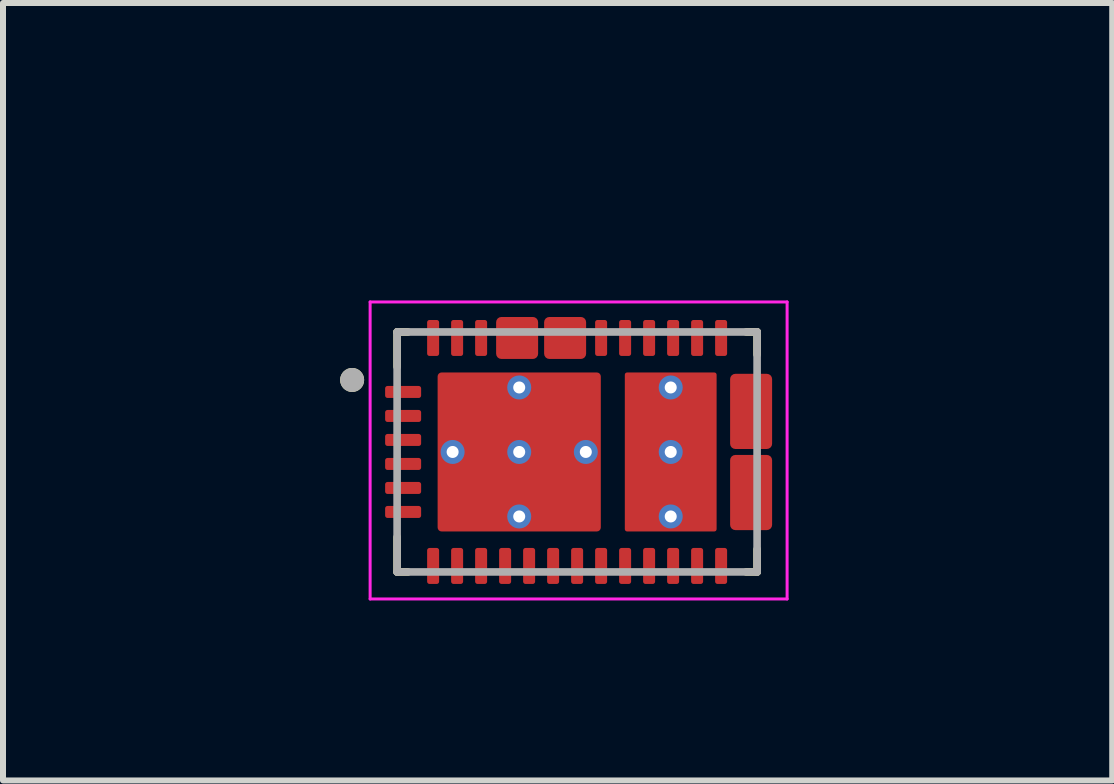
<source format=kicad_pcb>
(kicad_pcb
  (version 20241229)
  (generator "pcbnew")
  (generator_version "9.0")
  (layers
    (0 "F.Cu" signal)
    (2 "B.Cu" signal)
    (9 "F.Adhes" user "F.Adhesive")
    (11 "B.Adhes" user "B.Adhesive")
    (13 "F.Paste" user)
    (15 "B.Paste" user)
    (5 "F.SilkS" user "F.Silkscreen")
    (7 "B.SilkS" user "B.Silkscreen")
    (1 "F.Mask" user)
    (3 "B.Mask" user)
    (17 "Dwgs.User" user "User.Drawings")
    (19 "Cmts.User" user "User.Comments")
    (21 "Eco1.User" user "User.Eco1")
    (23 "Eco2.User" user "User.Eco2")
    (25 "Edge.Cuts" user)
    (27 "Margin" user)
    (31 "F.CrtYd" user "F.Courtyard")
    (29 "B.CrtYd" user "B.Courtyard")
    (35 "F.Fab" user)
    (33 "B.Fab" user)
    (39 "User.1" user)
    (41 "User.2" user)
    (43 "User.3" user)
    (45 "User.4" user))
  (footprint "TPS25750DRJKR"
    (layer "F.Cu")
    (at 6.569 4.483)
    (property "Reference" "TPS25750DRJKR" (at -0.325 -3.635 0) (layer "User.2") (effects (font (size 1 1) (thickness 0.15))))
    (attr smd)
    (fp_poly (pts (xy -2.65 -0.85) (xy -3.15 -0.85) (xy -3.155 -0.85) (xy -3.16 -0.851) (xy -3.166 -0.851) (xy -3.171 -0.852) (xy -3.176 -0.853) (xy -3.181 -0.855) (xy -3.186 -0.857) (xy -3.191 -0.859) (xy -3.195 -0.861) (xy -3.2 -0.863) (xy -3.204 -0.866) (xy -3.209 -0.869) (xy -3.213 -0.872) (xy -3.217 -0.876) (xy -3.221 -0.879) (xy -3.224 -0.883) (xy -3.228 -0.887) (xy -3.231 -0.891) (xy -3.234 -0.896) (xy -3.237 -0.9) (xy -3.239 -0.905) (xy -3.241 -0.909) (xy -3.243 -0.914) (xy -3.245 -0.919) (xy -3.247 -0.924) (xy -3.248 -0.929) (xy -3.249 -0.934) (xy -3.249 -0.94) (xy -3.25 -0.945) (xy -3.25 -0.95) (xy -3.25 -1.05) (xy -3.25 -1.055) (xy -3.249 -1.06) (xy -3.249 -1.066) (xy -3.248 -1.071) (xy -3.247 -1.076) (xy -3.245 -1.081) (xy -3.243 -1.086) (xy -3.241 -1.091) (xy -3.239 -1.095) (xy -3.237 -1.1) (xy -3.234 -1.104) (xy -3.231 -1.109) (xy -3.228 -1.113) (xy -3.224 -1.117) (xy -3.221 -1.121) (xy -3.217 -1.124) (xy -3.213 -1.128) (xy -3.209 -1.131) (xy -3.204 -1.134) (xy -3.2 -1.137) (xy -3.195 -1.139) (xy -3.191 -1.141) (xy -3.186 -1.143) (xy -3.181 -1.145) (xy -3.176 -1.147) (xy -3.171 -1.148) (xy -3.166 -1.149) (xy -3.16 -1.149) (xy -3.155 -1.15) (xy -3.15 -1.15) (xy -2.65 -1.15) (xy -2.645 -1.15) (xy -2.64 -1.149) (xy -2.634 -1.149) (xy -2.629 -1.148) (xy -2.624 -1.147) (xy -2.619 -1.145) (xy -2.614 -1.143) (xy -2.609 -1.141) (xy -2.605 -1.139) (xy -2.6 -1.137) (xy -2.596 -1.134) (xy -2.591 -1.131) (xy -2.587 -1.128) (xy -2.583 -1.124) (xy -2.579 -1.121) (xy -2.576 -1.117) (xy -2.572 -1.113) (xy -2.569 -1.109) (xy -2.566 -1.104) (xy -2.563 -1.1) (xy -2.561 -1.095) (xy -2.559 -1.091) (xy -2.557 -1.086) (xy -2.555 -1.081) (xy -2.553 -1.076) (xy -2.552 -1.071) (xy -2.551 -1.066) (xy -2.551 -1.06) (xy -2.55 -1.055) (xy -2.55 -1.05) (xy -2.55 -0.95) (xy -2.55 -0.945) (xy -2.551 -0.94) (xy -2.551 -0.934) (xy -2.552 -0.929) (xy -2.553 -0.924) (xy -2.555 -0.919) (xy -2.557 -0.914) (xy -2.559 -0.909) (xy -2.561 -0.905) (xy -2.563 -0.9) (xy -2.566 -0.896) (xy -2.569 -0.891) (xy -2.572 -0.887) (xy -2.576 -0.883) (xy -2.579 -0.879) (xy -2.583 -0.876) (xy -2.587 -0.872) (xy -2.591 -0.869) (xy -2.596 -0.866) (xy -2.6 -0.863) (xy -2.605 -0.861) (xy -2.609 -0.859) (xy -2.614 -0.857) (xy -2.619 -0.855) (xy -2.624 -0.853) (xy -2.629 -0.852) (xy -2.634 -0.851) (xy -2.64 -0.851) (xy -2.645 -0.85) (xy -2.65 -0.85)) (stroke (width 0.01) (type solid)) (fill yes) (layer "F.Mask"))
    (fp_poly (pts (xy -2.65 -0.45) (xy -3.15 -0.45) (xy -3.155 -0.45) (xy -3.16 -0.451) (xy -3.166 -0.451) (xy -3.171 -0.452) (xy -3.176 -0.453) (xy -3.181 -0.455) (xy -3.186 -0.457) (xy -3.191 -0.459) (xy -3.195 -0.461) (xy -3.2 -0.463) (xy -3.204 -0.466) (xy -3.209 -0.469) (xy -3.213 -0.472) (xy -3.217 -0.476) (xy -3.221 -0.479) (xy -3.224 -0.483) (xy -3.228 -0.487) (xy -3.231 -0.491) (xy -3.234 -0.496) (xy -3.237 -0.5) (xy -3.239 -0.505) (xy -3.241 -0.509) (xy -3.243 -0.514) (xy -3.245 -0.519) (xy -3.247 -0.524) (xy -3.248 -0.529) (xy -3.249 -0.534) (xy -3.249 -0.54) (xy -3.25 -0.545) (xy -3.25 -0.55) (xy -3.25 -0.65) (xy -3.25 -0.655) (xy -3.249 -0.66) (xy -3.249 -0.666) (xy -3.248 -0.671) (xy -3.247 -0.676) (xy -3.245 -0.681) (xy -3.243 -0.686) (xy -3.241 -0.691) (xy -3.239 -0.695) (xy -3.237 -0.7) (xy -3.234 -0.704) (xy -3.231 -0.709) (xy -3.228 -0.713) (xy -3.224 -0.717) (xy -3.221 -0.721) (xy -3.217 -0.724) (xy -3.213 -0.728) (xy -3.209 -0.731) (xy -3.204 -0.734) (xy -3.2 -0.737) (xy -3.195 -0.739) (xy -3.191 -0.741) (xy -3.186 -0.743) (xy -3.181 -0.745) (xy -3.176 -0.747) (xy -3.171 -0.748) (xy -3.166 -0.749) (xy -3.16 -0.749) (xy -3.155 -0.75) (xy -3.15 -0.75) (xy -2.65 -0.75) (xy -2.645 -0.75) (xy -2.64 -0.749) (xy -2.634 -0.749) (xy -2.629 -0.748) (xy -2.624 -0.747) (xy -2.619 -0.745) (xy -2.614 -0.743) (xy -2.609 -0.741) (xy -2.605 -0.739) (xy -2.6 -0.737) (xy -2.596 -0.734) (xy -2.591 -0.731) (xy -2.587 -0.728) (xy -2.583 -0.724) (xy -2.579 -0.721) (xy -2.576 -0.717) (xy -2.572 -0.713) (xy -2.569 -0.709) (xy -2.566 -0.704) (xy -2.563 -0.7) (xy -2.561 -0.695) (xy -2.559 -0.691) (xy -2.557 -0.686) (xy -2.555 -0.681) (xy -2.553 -0.676) (xy -2.552 -0.671) (xy -2.551 -0.666) (xy -2.551 -0.66) (xy -2.55 -0.655) (xy -2.55 -0.65) (xy -2.55 -0.55) (xy -2.55 -0.545) (xy -2.551 -0.54) (xy -2.551 -0.534) (xy -2.552 -0.529) (xy -2.553 -0.524) (xy -2.555 -0.519) (xy -2.557 -0.514) (xy -2.559 -0.509) (xy -2.561 -0.505) (xy -2.563 -0.5) (xy -2.566 -0.496) (xy -2.569 -0.491) (xy -2.572 -0.487) (xy -2.576 -0.483) (xy -2.579 -0.479) (xy -2.583 -0.476) (xy -2.587 -0.472) (xy -2.591 -0.469) (xy -2.596 -0.466) (xy -2.6 -0.463) (xy -2.605 -0.461) (xy -2.609 -0.459) (xy -2.614 -0.457) (xy -2.619 -0.455) (xy -2.624 -0.453) (xy -2.629 -0.452) (xy -2.634 -0.451) (xy -2.64 -0.451) (xy -2.645 -0.45) (xy -2.65 -0.45)) (stroke (width 0.01) (type solid)) (fill yes) (layer "F.Mask"))
    (fp_poly (pts (xy -2.65 -0.05) (xy -3.15 -0.05) (xy -3.155 -0.05) (xy -3.16 -0.051) (xy -3.166 -0.051) (xy -3.171 -0.052) (xy -3.176 -0.053) (xy -3.181 -0.055) (xy -3.186 -0.057) (xy -3.191 -0.059) (xy -3.195 -0.061) (xy -3.2 -0.063) (xy -3.204 -0.066) (xy -3.209 -0.069) (xy -3.213 -0.072) (xy -3.217 -0.076) (xy -3.221 -0.079) (xy -3.224 -0.083) (xy -3.228 -0.087) (xy -3.231 -0.091) (xy -3.234 -0.096) (xy -3.237 -0.1) (xy -3.239 -0.105) (xy -3.241 -0.109) (xy -3.243 -0.114) (xy -3.245 -0.119) (xy -3.247 -0.124) (xy -3.248 -0.129) (xy -3.249 -0.134) (xy -3.249 -0.14) (xy -3.25 -0.145) (xy -3.25 -0.15) (xy -3.25 -0.25) (xy -3.25 -0.255) (xy -3.249 -0.26) (xy -3.249 -0.266) (xy -3.248 -0.271) (xy -3.247 -0.276) (xy -3.245 -0.281) (xy -3.243 -0.286) (xy -3.241 -0.291) (xy -3.239 -0.295) (xy -3.237 -0.3) (xy -3.234 -0.304) (xy -3.231 -0.309) (xy -3.228 -0.313) (xy -3.224 -0.317) (xy -3.221 -0.321) (xy -3.217 -0.324) (xy -3.213 -0.328) (xy -3.209 -0.331) (xy -3.204 -0.334) (xy -3.2 -0.337) (xy -3.195 -0.339) (xy -3.191 -0.341) (xy -3.186 -0.343) (xy -3.181 -0.345) (xy -3.176 -0.347) (xy -3.171 -0.348) (xy -3.166 -0.349) (xy -3.16 -0.349) (xy -3.155 -0.35) (xy -3.15 -0.35) (xy -2.65 -0.35) (xy -2.645 -0.35) (xy -2.64 -0.349) (xy -2.634 -0.349) (xy -2.629 -0.348) (xy -2.624 -0.347) (xy -2.619 -0.345) (xy -2.614 -0.343) (xy -2.609 -0.341) (xy -2.605 -0.339) (xy -2.6 -0.337) (xy -2.596 -0.334) (xy -2.591 -0.331) (xy -2.587 -0.328) (xy -2.583 -0.324) (xy -2.579 -0.321) (xy -2.576 -0.317) (xy -2.572 -0.313) (xy -2.569 -0.309) (xy -2.566 -0.304) (xy -2.563 -0.3) (xy -2.561 -0.295) (xy -2.559 -0.291) (xy -2.557 -0.286) (xy -2.555 -0.281) (xy -2.553 -0.276) (xy -2.552 -0.271) (xy -2.551 -0.266) (xy -2.551 -0.26) (xy -2.55 -0.255) (xy -2.55 -0.25) (xy -2.55 -0.15) (xy -2.55 -0.145) (xy -2.551 -0.14) (xy -2.551 -0.134) (xy -2.552 -0.129) (xy -2.553 -0.124) (xy -2.555 -0.119) (xy -2.557 -0.114) (xy -2.559 -0.109) (xy -2.561 -0.105) (xy -2.563 -0.1) (xy -2.566 -0.096) (xy -2.569 -0.091) (xy -2.572 -0.087) (xy -2.576 -0.083) (xy -2.579 -0.079) (xy -2.583 -0.076) (xy -2.587 -0.072) (xy -2.591 -0.069) (xy -2.596 -0.066) (xy -2.6 -0.063) (xy -2.605 -0.061) (xy -2.609 -0.059) (xy -2.614 -0.057) (xy -2.619 -0.055) (xy -2.624 -0.053) (xy -2.629 -0.052) (xy -2.634 -0.051) (xy -2.64 -0.051) (xy -2.645 -0.05) (xy -2.65 -0.05)) (stroke (width 0.01) (type solid)) (fill yes) (layer "F.Mask"))
    (fp_poly (pts (xy -2.65 0.35) (xy -3.15 0.35) (xy -3.155 0.35) (xy -3.16 0.349) (xy -3.166 0.349) (xy -3.171 0.348) (xy -3.176 0.347) (xy -3.181 0.345) (xy -3.186 0.343) (xy -3.191 0.341) (xy -3.195 0.339) (xy -3.2 0.337) (xy -3.204 0.334) (xy -3.209 0.331) (xy -3.213 0.328) (xy -3.217 0.324) (xy -3.221 0.321) (xy -3.224 0.317) (xy -3.228 0.313) (xy -3.231 0.309) (xy -3.234 0.304) (xy -3.237 0.3) (xy -3.239 0.295) (xy -3.241 0.291) (xy -3.243 0.286) (xy -3.245 0.281) (xy -3.247 0.276) (xy -3.248 0.271) (xy -3.249 0.266) (xy -3.249 0.26) (xy -3.25 0.255) (xy -3.25 0.25) (xy -3.25 0.15) (xy -3.25 0.145) (xy -3.249 0.14) (xy -3.249 0.134) (xy -3.248 0.129) (xy -3.247 0.124) (xy -3.245 0.119) (xy -3.243 0.114) (xy -3.241 0.109) (xy -3.239 0.105) (xy -3.237 0.1) (xy -3.234 0.096) (xy -3.231 0.091) (xy -3.228 0.087) (xy -3.224 0.083) (xy -3.221 0.079) (xy -3.217 0.076) (xy -3.213 0.072) (xy -3.209 0.069) (xy -3.204 0.066) (xy -3.2 0.063) (xy -3.195 0.061) (xy -3.191 0.059) (xy -3.186 0.057) (xy -3.181 0.055) (xy -3.176 0.053) (xy -3.171 0.052) (xy -3.166 0.051) (xy -3.16 0.051) (xy -3.155 0.05) (xy -3.15 0.05) (xy -2.65 0.05) (xy -2.645 0.05) (xy -2.64 0.051) (xy -2.634 0.051) (xy -2.629 0.052) (xy -2.624 0.053) (xy -2.619 0.055) (xy -2.614 0.057) (xy -2.609 0.059) (xy -2.605 0.061) (xy -2.6 0.063) (xy -2.596 0.066) (xy -2.591 0.069) (xy -2.587 0.072) (xy -2.583 0.076) (xy -2.579 0.079) (xy -2.576 0.083) (xy -2.572 0.087) (xy -2.569 0.091) (xy -2.566 0.096) (xy -2.563 0.1) (xy -2.561 0.105) (xy -2.559 0.109) (xy -2.557 0.114) (xy -2.555 0.119) (xy -2.553 0.124) (xy -2.552 0.129) (xy -2.551 0.134) (xy -2.551 0.14) (xy -2.55 0.145) (xy -2.55 0.15) (xy -2.55 0.25) (xy -2.55 0.255) (xy -2.551 0.26) (xy -2.551 0.266) (xy -2.552 0.271) (xy -2.553 0.276) (xy -2.555 0.281) (xy -2.557 0.286) (xy -2.559 0.291) (xy -2.561 0.295) (xy -2.563 0.3) (xy -2.566 0.304) (xy -2.569 0.309) (xy -2.572 0.313) (xy -2.576 0.317) (xy -2.579 0.321) (xy -2.583 0.324) (xy -2.587 0.328) (xy -2.591 0.331) (xy -2.596 0.334) (xy -2.6 0.337) (xy -2.605 0.339) (xy -2.609 0.341) (xy -2.614 0.343) (xy -2.619 0.345) (xy -2.624 0.347) (xy -2.629 0.348) (xy -2.634 0.349) (xy -2.64 0.349) (xy -2.645 0.35) (xy -2.65 0.35)) (stroke (width 0.01) (type solid)) (fill yes) (layer "F.Mask"))
    (fp_poly (pts (xy -2.65 0.75) (xy -3.15 0.75) (xy -3.155 0.75) (xy -3.16 0.749) (xy -3.166 0.749) (xy -3.171 0.748) (xy -3.176 0.747) (xy -3.181 0.745) (xy -3.186 0.743) (xy -3.191 0.741) (xy -3.195 0.739) (xy -3.2 0.737) (xy -3.204 0.734) (xy -3.209 0.731) (xy -3.213 0.728) (xy -3.217 0.724) (xy -3.221 0.721) (xy -3.224 0.717) (xy -3.228 0.713) (xy -3.231 0.709) (xy -3.234 0.704) (xy -3.237 0.7) (xy -3.239 0.695) (xy -3.241 0.691) (xy -3.243 0.686) (xy -3.245 0.681) (xy -3.247 0.676) (xy -3.248 0.671) (xy -3.249 0.666) (xy -3.249 0.66) (xy -3.25 0.655) (xy -3.25 0.65) (xy -3.25 0.55) (xy -3.25 0.545) (xy -3.249 0.54) (xy -3.249 0.534) (xy -3.248 0.529) (xy -3.247 0.524) (xy -3.245 0.519) (xy -3.243 0.514) (xy -3.241 0.509) (xy -3.239 0.505) (xy -3.237 0.5) (xy -3.234 0.496) (xy -3.231 0.491) (xy -3.228 0.487) (xy -3.224 0.483) (xy -3.221 0.479) (xy -3.217 0.476) (xy -3.213 0.472) (xy -3.209 0.469) (xy -3.204 0.466) (xy -3.2 0.463) (xy -3.195 0.461) (xy -3.191 0.459) (xy -3.186 0.457) (xy -3.181 0.455) (xy -3.176 0.453) (xy -3.171 0.452) (xy -3.166 0.451) (xy -3.16 0.451) (xy -3.155 0.45) (xy -3.15 0.45) (xy -2.65 0.45) (xy -2.645 0.45) (xy -2.64 0.451) (xy -2.634 0.451) (xy -2.629 0.452) (xy -2.624 0.453) (xy -2.619 0.455) (xy -2.614 0.457) (xy -2.609 0.459) (xy -2.605 0.461) (xy -2.6 0.463) (xy -2.596 0.466) (xy -2.591 0.469) (xy -2.587 0.472) (xy -2.583 0.476) (xy -2.579 0.479) (xy -2.576 0.483) (xy -2.572 0.487) (xy -2.569 0.491) (xy -2.566 0.496) (xy -2.563 0.5) (xy -2.561 0.505) (xy -2.559 0.509) (xy -2.557 0.514) (xy -2.555 0.519) (xy -2.553 0.524) (xy -2.552 0.529) (xy -2.551 0.534) (xy -2.551 0.54) (xy -2.55 0.545) (xy -2.55 0.55) (xy -2.55 0.65) (xy -2.55 0.655) (xy -2.551 0.66) (xy -2.551 0.666) (xy -2.552 0.671) (xy -2.553 0.676) (xy -2.555 0.681) (xy -2.557 0.686) (xy -2.559 0.691) (xy -2.561 0.695) (xy -2.563 0.7) (xy -2.566 0.704) (xy -2.569 0.709) (xy -2.572 0.713) (xy -2.576 0.717) (xy -2.579 0.721) (xy -2.583 0.724) (xy -2.587 0.728) (xy -2.591 0.731) (xy -2.596 0.734) (xy -2.6 0.737) (xy -2.605 0.739) (xy -2.609 0.741) (xy -2.614 0.743) (xy -2.619 0.745) (xy -2.624 0.747) (xy -2.629 0.748) (xy -2.634 0.749) (xy -2.64 0.749) (xy -2.645 0.75) (xy -2.65 0.75)) (stroke (width 0.01) (type solid)) (fill yes) (layer "F.Mask"))
    (fp_poly (pts (xy -2.65 1.15) (xy -3.15 1.15) (xy -3.155 1.15) (xy -3.16 1.149) (xy -3.166 1.149) (xy -3.171 1.148) (xy -3.176 1.147) (xy -3.181 1.145) (xy -3.186 1.143) (xy -3.191 1.141) (xy -3.195 1.139) (xy -3.2 1.137) (xy -3.204 1.134) (xy -3.209 1.131) (xy -3.213 1.128) (xy -3.217 1.124) (xy -3.221 1.121) (xy -3.224 1.117) (xy -3.228 1.113) (xy -3.231 1.109) (xy -3.234 1.104) (xy -3.237 1.1) (xy -3.239 1.095) (xy -3.241 1.091) (xy -3.243 1.086) (xy -3.245 1.081) (xy -3.247 1.076) (xy -3.248 1.071) (xy -3.249 1.066) (xy -3.249 1.06) (xy -3.25 1.055) (xy -3.25 1.05) (xy -3.25 0.95) (xy -3.25 0.945) (xy -3.249 0.94) (xy -3.249 0.934) (xy -3.248 0.929) (xy -3.247 0.924) (xy -3.245 0.919) (xy -3.243 0.914) (xy -3.241 0.909) (xy -3.239 0.905) (xy -3.237 0.9) (xy -3.234 0.896) (xy -3.231 0.891) (xy -3.228 0.887) (xy -3.224 0.883) (xy -3.221 0.879) (xy -3.217 0.876) (xy -3.213 0.872) (xy -3.209 0.869) (xy -3.204 0.866) (xy -3.2 0.863) (xy -3.195 0.861) (xy -3.191 0.859) (xy -3.186 0.857) (xy -3.181 0.855) (xy -3.176 0.853) (xy -3.171 0.852) (xy -3.166 0.851) (xy -3.16 0.851) (xy -3.155 0.85) (xy -3.15 0.85) (xy -2.65 0.85) (xy -2.645 0.85) (xy -2.64 0.851) (xy -2.634 0.851) (xy -2.629 0.852) (xy -2.624 0.853) (xy -2.619 0.855) (xy -2.614 0.857) (xy -2.609 0.859) (xy -2.605 0.861) (xy -2.6 0.863) (xy -2.596 0.866) (xy -2.591 0.869) (xy -2.587 0.872) (xy -2.583 0.876) (xy -2.579 0.879) (xy -2.576 0.883) (xy -2.572 0.887) (xy -2.569 0.891) (xy -2.566 0.896) (xy -2.563 0.9) (xy -2.561 0.905) (xy -2.559 0.909) (xy -2.557 0.914) (xy -2.555 0.919) (xy -2.553 0.924) (xy -2.552 0.929) (xy -2.551 0.934) (xy -2.551 0.94) (xy -2.55 0.945) (xy -2.55 0.95) (xy -2.55 1.05) (xy -2.55 1.055) (xy -2.551 1.06) (xy -2.551 1.066) (xy -2.552 1.071) (xy -2.553 1.076) (xy -2.555 1.081) (xy -2.557 1.086) (xy -2.559 1.091) (xy -2.561 1.095) (xy -2.563 1.1) (xy -2.566 1.104) (xy -2.569 1.109) (xy -2.572 1.113) (xy -2.576 1.117) (xy -2.579 1.121) (xy -2.583 1.124) (xy -2.587 1.128) (xy -2.591 1.131) (xy -2.596 1.134) (xy -2.6 1.137) (xy -2.605 1.139) (xy -2.609 1.141) (xy -2.614 1.143) (xy -2.619 1.145) (xy -2.624 1.147) (xy -2.629 1.148) (xy -2.634 1.149) (xy -2.64 1.149) (xy -2.645 1.15) (xy -2.65 1.15)) (stroke (width 0.01) (type solid)) (fill yes) (layer "F.Mask"))
    (fp_poly (pts (xy -2.55 -1.65) (xy -2.55 -2.15) (xy -2.55 -2.155) (xy -2.549 -2.16) (xy -2.549 -2.166) (xy -2.548 -2.171) (xy -2.547 -2.176) (xy -2.545 -2.181) (xy -2.543 -2.186) (xy -2.541 -2.191) (xy -2.539 -2.195) (xy -2.537 -2.2) (xy -2.534 -2.204) (xy -2.531 -2.209) (xy -2.528 -2.213) (xy -2.524 -2.217) (xy -2.521 -2.221) (xy -2.517 -2.224) (xy -2.513 -2.228) (xy -2.509 -2.231) (xy -2.504 -2.234) (xy -2.5 -2.237) (xy -2.495 -2.239) (xy -2.491 -2.241) (xy -2.486 -2.243) (xy -2.481 -2.245) (xy -2.476 -2.247) (xy -2.471 -2.248) (xy -2.466 -2.249) (xy -2.46 -2.249) (xy -2.455 -2.25) (xy -2.45 -2.25) (xy -2.35 -2.25) (xy -2.345 -2.25) (xy -2.34 -2.249) (xy -2.334 -2.249) (xy -2.329 -2.248) (xy -2.324 -2.247) (xy -2.319 -2.245) (xy -2.314 -2.243) (xy -2.309 -2.241) (xy -2.305 -2.239) (xy -2.3 -2.237) (xy -2.296 -2.234) (xy -2.291 -2.231) (xy -2.287 -2.228) (xy -2.283 -2.224) (xy -2.279 -2.221) (xy -2.276 -2.217) (xy -2.272 -2.213) (xy -2.269 -2.209) (xy -2.266 -2.204) (xy -2.263 -2.2) (xy -2.261 -2.195) (xy -2.259 -2.191) (xy -2.257 -2.186) (xy -2.255 -2.181) (xy -2.253 -2.176) (xy -2.252 -2.171) (xy -2.251 -2.166) (xy -2.251 -2.16) (xy -2.25 -2.155) (xy -2.25 -2.15) (xy -2.25 -1.65) (xy -2.25 -1.645) (xy -2.251 -1.64) (xy -2.251 -1.634) (xy -2.252 -1.629) (xy -2.253 -1.624) (xy -2.255 -1.619) (xy -2.257 -1.614) (xy -2.259 -1.609) (xy -2.261 -1.605) (xy -2.263 -1.6) (xy -2.266 -1.596) (xy -2.269 -1.591) (xy -2.272 -1.587) (xy -2.276 -1.583) (xy -2.279 -1.579) (xy -2.283 -1.576) (xy -2.287 -1.572) (xy -2.291 -1.569) (xy -2.296 -1.566) (xy -2.3 -1.563) (xy -2.305 -1.561) (xy -2.309 -1.559) (xy -2.314 -1.557) (xy -2.319 -1.555) (xy -2.324 -1.553) (xy -2.329 -1.552) (xy -2.334 -1.551) (xy -2.34 -1.551) (xy -2.345 -1.55) (xy -2.35 -1.55) (xy -2.45 -1.55) (xy -2.455 -1.55) (xy -2.46 -1.551) (xy -2.466 -1.551) (xy -2.471 -1.552) (xy -2.476 -1.553) (xy -2.481 -1.555) (xy -2.486 -1.557) (xy -2.491 -1.559) (xy -2.495 -1.561) (xy -2.5 -1.563) (xy -2.504 -1.566) (xy -2.509 -1.569) (xy -2.513 -1.572) (xy -2.517 -1.576) (xy -2.521 -1.579) (xy -2.524 -1.583) (xy -2.528 -1.587) (xy -2.531 -1.591) (xy -2.534 -1.596) (xy -2.537 -1.6) (xy -2.539 -1.605) (xy -2.541 -1.609) (xy -2.543 -1.614) (xy -2.545 -1.619) (xy -2.547 -1.624) (xy -2.548 -1.629) (xy -2.549 -1.634) (xy -2.549 -1.64) (xy -2.55 -1.645) (xy -2.55 -1.65)) (stroke (width 0.01) (type solid)) (fill yes) (layer "F.Mask"))
    (fp_poly (pts (xy -2.25 1.65) (xy -2.25 2.15) (xy -2.25 2.155) (xy -2.251 2.16) (xy -2.251 2.166) (xy -2.252 2.171) (xy -2.253 2.176) (xy -2.255 2.181) (xy -2.257 2.186) (xy -2.259 2.191) (xy -2.261 2.195) (xy -2.263 2.2) (xy -2.266 2.204) (xy -2.269 2.209) (xy -2.272 2.213) (xy -2.276 2.217) (xy -2.279 2.221) (xy -2.283 2.224) (xy -2.287 2.228) (xy -2.291 2.231) (xy -2.296 2.234) (xy -2.3 2.237) (xy -2.305 2.239) (xy -2.309 2.241) (xy -2.314 2.243) (xy -2.319 2.245) (xy -2.324 2.247) (xy -2.329 2.248) (xy -2.334 2.249) (xy -2.34 2.249) (xy -2.345 2.25) (xy -2.35 2.25) (xy -2.45 2.25) (xy -2.455 2.25) (xy -2.46 2.249) (xy -2.466 2.249) (xy -2.471 2.248) (xy -2.476 2.247) (xy -2.481 2.245) (xy -2.486 2.243) (xy -2.491 2.241) (xy -2.495 2.239) (xy -2.5 2.237) (xy -2.504 2.234) (xy -2.509 2.231) (xy -2.513 2.228) (xy -2.517 2.224) (xy -2.521 2.221) (xy -2.524 2.217) (xy -2.528 2.213) (xy -2.531 2.209) (xy -2.534 2.204) (xy -2.537 2.2) (xy -2.539 2.195) (xy -2.541 2.191) (xy -2.543 2.186) (xy -2.545 2.181) (xy -2.547 2.176) (xy -2.548 2.171) (xy -2.549 2.166) (xy -2.549 2.16) (xy -2.55 2.155) (xy -2.55 2.15) (xy -2.55 1.65) (xy -2.55 1.645) (xy -2.549 1.64) (xy -2.549 1.634) (xy -2.548 1.629) (xy -2.547 1.624) (xy -2.545 1.619) (xy -2.543 1.614) (xy -2.541 1.609) (xy -2.539 1.605) (xy -2.537 1.6) (xy -2.534 1.596) (xy -2.531 1.591) (xy -2.528 1.587) (xy -2.524 1.583) (xy -2.521 1.579) (xy -2.517 1.576) (xy -2.513 1.572) (xy -2.509 1.569) (xy -2.504 1.566) (xy -2.5 1.563) (xy -2.495 1.561) (xy -2.491 1.559) (xy -2.486 1.557) (xy -2.481 1.555) (xy -2.476 1.553) (xy -2.471 1.552) (xy -2.466 1.551) (xy -2.46 1.551) (xy -2.455 1.55) (xy -2.45 1.55) (xy -2.35 1.55) (xy -2.345 1.55) (xy -2.34 1.551) (xy -2.334 1.551) (xy -2.329 1.552) (xy -2.324 1.553) (xy -2.319 1.555) (xy -2.314 1.557) (xy -2.309 1.559) (xy -2.305 1.561) (xy -2.3 1.563) (xy -2.296 1.566) (xy -2.291 1.569) (xy -2.287 1.572) (xy -2.283 1.576) (xy -2.279 1.579) (xy -2.276 1.583) (xy -2.272 1.587) (xy -2.269 1.591) (xy -2.266 1.596) (xy -2.263 1.6) (xy -2.261 1.605) (xy -2.259 1.609) (xy -2.257 1.614) (xy -2.255 1.619) (xy -2.253 1.624) (xy -2.252 1.629) (xy -2.251 1.634) (xy -2.251 1.64) (xy -2.25 1.645) (xy -2.25 1.65)) (stroke (width 0.01) (type solid)) (fill yes) (layer "F.Mask"))
    (fp_poly (pts (xy -2.15 -1.65) (xy -2.15 -2.15) (xy -2.15 -2.155) (xy -2.149 -2.16) (xy -2.149 -2.166) (xy -2.148 -2.171) (xy -2.147 -2.176) (xy -2.145 -2.181) (xy -2.143 -2.186) (xy -2.141 -2.191) (xy -2.139 -2.195) (xy -2.137 -2.2) (xy -2.134 -2.204) (xy -2.131 -2.209) (xy -2.128 -2.213) (xy -2.124 -2.217) (xy -2.121 -2.221) (xy -2.117 -2.224) (xy -2.113 -2.228) (xy -2.109 -2.231) (xy -2.104 -2.234) (xy -2.1 -2.237) (xy -2.095 -2.239) (xy -2.091 -2.241) (xy -2.086 -2.243) (xy -2.081 -2.245) (xy -2.076 -2.247) (xy -2.071 -2.248) (xy -2.066 -2.249) (xy -2.06 -2.249) (xy -2.055 -2.25) (xy -2.05 -2.25) (xy -1.95 -2.25) (xy -1.945 -2.25) (xy -1.94 -2.249) (xy -1.934 -2.249) (xy -1.929 -2.248) (xy -1.924 -2.247) (xy -1.919 -2.245) (xy -1.914 -2.243) (xy -1.909 -2.241) (xy -1.905 -2.239) (xy -1.9 -2.237) (xy -1.896 -2.234) (xy -1.891 -2.231) (xy -1.887 -2.228) (xy -1.883 -2.224) (xy -1.879 -2.221) (xy -1.876 -2.217) (xy -1.872 -2.213) (xy -1.869 -2.209) (xy -1.866 -2.204) (xy -1.863 -2.2) (xy -1.861 -2.195) (xy -1.859 -2.191) (xy -1.857 -2.186) (xy -1.855 -2.181) (xy -1.853 -2.176) (xy -1.852 -2.171) (xy -1.851 -2.166) (xy -1.851 -2.16) (xy -1.85 -2.155) (xy -1.85 -2.15) (xy -1.85 -1.65) (xy -1.85 -1.645) (xy -1.851 -1.64) (xy -1.851 -1.634) (xy -1.852 -1.629) (xy -1.853 -1.624) (xy -1.855 -1.619) (xy -1.857 -1.614) (xy -1.859 -1.609) (xy -1.861 -1.605) (xy -1.863 -1.6) (xy -1.866 -1.596) (xy -1.869 -1.591) (xy -1.872 -1.587) (xy -1.876 -1.583) (xy -1.879 -1.579) (xy -1.883 -1.576) (xy -1.887 -1.572) (xy -1.891 -1.569) (xy -1.896 -1.566) (xy -1.9 -1.563) (xy -1.905 -1.561) (xy -1.909 -1.559) (xy -1.914 -1.557) (xy -1.919 -1.555) (xy -1.924 -1.553) (xy -1.929 -1.552) (xy -1.934 -1.551) (xy -1.94 -1.551) (xy -1.945 -1.55) (xy -1.95 -1.55) (xy -2.05 -1.55) (xy -2.055 -1.55) (xy -2.06 -1.551) (xy -2.066 -1.551) (xy -2.071 -1.552) (xy -2.076 -1.553) (xy -2.081 -1.555) (xy -2.086 -1.557) (xy -2.091 -1.559) (xy -2.095 -1.561) (xy -2.1 -1.563) (xy -2.104 -1.566) (xy -2.109 -1.569) (xy -2.113 -1.572) (xy -2.117 -1.576) (xy -2.121 -1.579) (xy -2.124 -1.583) (xy -2.128 -1.587) (xy -2.131 -1.591) (xy -2.134 -1.596) (xy -2.137 -1.6) (xy -2.139 -1.605) (xy -2.141 -1.609) (xy -2.143 -1.614) (xy -2.145 -1.619) (xy -2.147 -1.624) (xy -2.148 -1.629) (xy -2.149 -1.634) (xy -2.149 -1.64) (xy -2.15 -1.645) (xy -2.15 -1.65)) (stroke (width 0.01) (type solid)) (fill yes) (layer "F.Mask"))
    (fp_poly (pts (xy -1.85 1.65) (xy -1.85 2.15) (xy -1.85 2.155) (xy -1.851 2.16) (xy -1.851 2.166) (xy -1.852 2.171) (xy -1.853 2.176) (xy -1.855 2.181) (xy -1.857 2.186) (xy -1.859 2.191) (xy -1.861 2.195) (xy -1.863 2.2) (xy -1.866 2.204) (xy -1.869 2.209) (xy -1.872 2.213) (xy -1.876 2.217) (xy -1.879 2.221) (xy -1.883 2.224) (xy -1.887 2.228) (xy -1.891 2.231) (xy -1.896 2.234) (xy -1.9 2.237) (xy -1.905 2.239) (xy -1.909 2.241) (xy -1.914 2.243) (xy -1.919 2.245) (xy -1.924 2.247) (xy -1.929 2.248) (xy -1.934 2.249) (xy -1.94 2.249) (xy -1.945 2.25) (xy -1.95 2.25) (xy -2.05 2.25) (xy -2.055 2.25) (xy -2.06 2.249) (xy -2.066 2.249) (xy -2.071 2.248) (xy -2.076 2.247) (xy -2.081 2.245) (xy -2.086 2.243) (xy -2.091 2.241) (xy -2.095 2.239) (xy -2.1 2.237) (xy -2.104 2.234) (xy -2.109 2.231) (xy -2.113 2.228) (xy -2.117 2.224) (xy -2.121 2.221) (xy -2.124 2.217) (xy -2.128 2.213) (xy -2.131 2.209) (xy -2.134 2.204) (xy -2.137 2.2) (xy -2.139 2.195) (xy -2.141 2.191) (xy -2.143 2.186) (xy -2.145 2.181) (xy -2.147 2.176) (xy -2.148 2.171) (xy -2.149 2.166) (xy -2.149 2.16) (xy -2.15 2.155) (xy -2.15 2.15) (xy -2.15 1.65) (xy -2.15 1.645) (xy -2.149 1.64) (xy -2.149 1.634) (xy -2.148 1.629) (xy -2.147 1.624) (xy -2.145 1.619) (xy -2.143 1.614) (xy -2.141 1.609) (xy -2.139 1.605) (xy -2.137 1.6) (xy -2.134 1.596) (xy -2.131 1.591) (xy -2.128 1.587) (xy -2.124 1.583) (xy -2.121 1.579) (xy -2.117 1.576) (xy -2.113 1.572) (xy -2.109 1.569) (xy -2.104 1.566) (xy -2.1 1.563) (xy -2.095 1.561) (xy -2.091 1.559) (xy -2.086 1.557) (xy -2.081 1.555) (xy -2.076 1.553) (xy -2.071 1.552) (xy -2.066 1.551) (xy -2.06 1.551) (xy -2.055 1.55) (xy -2.05 1.55) (xy -1.95 1.55) (xy -1.945 1.55) (xy -1.94 1.551) (xy -1.934 1.551) (xy -1.929 1.552) (xy -1.924 1.553) (xy -1.919 1.555) (xy -1.914 1.557) (xy -1.909 1.559) (xy -1.905 1.561) (xy -1.9 1.563) (xy -1.896 1.566) (xy -1.891 1.569) (xy -1.887 1.572) (xy -1.883 1.576) (xy -1.879 1.579) (xy -1.876 1.583) (xy -1.872 1.587) (xy -1.869 1.591) (xy -1.866 1.596) (xy -1.863 1.6) (xy -1.861 1.605) (xy -1.859 1.609) (xy -1.857 1.614) (xy -1.855 1.619) (xy -1.853 1.624) (xy -1.852 1.629) (xy -1.851 1.634) (xy -1.851 1.64) (xy -1.85 1.645) (xy -1.85 1.65)) (stroke (width 0.01) (type solid)) (fill yes) (layer "F.Mask"))
    (fp_poly (pts (xy -1.75 -1.65) (xy -1.75 -2.15) (xy -1.75 -2.155) (xy -1.749 -2.16) (xy -1.749 -2.166) (xy -1.748 -2.171) (xy -1.747 -2.176) (xy -1.745 -2.181) (xy -1.743 -2.186) (xy -1.741 -2.191) (xy -1.739 -2.195) (xy -1.737 -2.2) (xy -1.734 -2.204) (xy -1.731 -2.209) (xy -1.728 -2.213) (xy -1.724 -2.217) (xy -1.721 -2.221) (xy -1.717 -2.224) (xy -1.713 -2.228) (xy -1.709 -2.231) (xy -1.704 -2.234) (xy -1.7 -2.237) (xy -1.695 -2.239) (xy -1.691 -2.241) (xy -1.686 -2.243) (xy -1.681 -2.245) (xy -1.676 -2.247) (xy -1.671 -2.248) (xy -1.666 -2.249) (xy -1.66 -2.249) (xy -1.655 -2.25) (xy -1.65 -2.25) (xy -1.55 -2.25) (xy -1.545 -2.25) (xy -1.54 -2.249) (xy -1.534 -2.249) (xy -1.529 -2.248) (xy -1.524 -2.247) (xy -1.519 -2.245) (xy -1.514 -2.243) (xy -1.509 -2.241) (xy -1.505 -2.239) (xy -1.5 -2.237) (xy -1.496 -2.234) (xy -1.491 -2.231) (xy -1.487 -2.228) (xy -1.483 -2.224) (xy -1.479 -2.221) (xy -1.476 -2.217) (xy -1.472 -2.213) (xy -1.469 -2.209) (xy -1.466 -2.204) (xy -1.463 -2.2) (xy -1.461 -2.195) (xy -1.459 -2.191) (xy -1.457 -2.186) (xy -1.455 -2.181) (xy -1.453 -2.176) (xy -1.452 -2.171) (xy -1.451 -2.166) (xy -1.451 -2.16) (xy -1.45 -2.155) (xy -1.45 -2.15) (xy -1.45 -1.65) (xy -1.45 -1.645) (xy -1.451 -1.64) (xy -1.451 -1.634) (xy -1.452 -1.629) (xy -1.453 -1.624) (xy -1.455 -1.619) (xy -1.457 -1.614) (xy -1.459 -1.609) (xy -1.461 -1.605) (xy -1.463 -1.6) (xy -1.466 -1.596) (xy -1.469 -1.591) (xy -1.472 -1.587) (xy -1.476 -1.583) (xy -1.479 -1.579) (xy -1.483 -1.576) (xy -1.487 -1.572) (xy -1.491 -1.569) (xy -1.496 -1.566) (xy -1.5 -1.563) (xy -1.505 -1.561) (xy -1.509 -1.559) (xy -1.514 -1.557) (xy -1.519 -1.555) (xy -1.524 -1.553) (xy -1.529 -1.552) (xy -1.534 -1.551) (xy -1.54 -1.551) (xy -1.545 -1.55) (xy -1.55 -1.55) (xy -1.65 -1.55) (xy -1.655 -1.55) (xy -1.66 -1.551) (xy -1.666 -1.551) (xy -1.671 -1.552) (xy -1.676 -1.553) (xy -1.681 -1.555) (xy -1.686 -1.557) (xy -1.691 -1.559) (xy -1.695 -1.561) (xy -1.7 -1.563) (xy -1.704 -1.566) (xy -1.709 -1.569) (xy -1.713 -1.572) (xy -1.717 -1.576) (xy -1.721 -1.579) (xy -1.724 -1.583) (xy -1.728 -1.587) (xy -1.731 -1.591) (xy -1.734 -1.596) (xy -1.737 -1.6) (xy -1.739 -1.605) (xy -1.741 -1.609) (xy -1.743 -1.614) (xy -1.745 -1.619) (xy -1.747 -1.624) (xy -1.748 -1.629) (xy -1.749 -1.634) (xy -1.749 -1.64) (xy -1.75 -1.645) (xy -1.75 -1.65)) (stroke (width 0.01) (type solid)) (fill yes) (layer "F.Mask"))
    (fp_poly (pts (xy -1.45 1.65) (xy -1.45 2.15) (xy -1.45 2.155) (xy -1.451 2.16) (xy -1.451 2.166) (xy -1.452 2.171) (xy -1.453 2.176) (xy -1.455 2.181) (xy -1.457 2.186) (xy -1.459 2.191) (xy -1.461 2.195) (xy -1.463 2.2) (xy -1.466 2.204) (xy -1.469 2.209) (xy -1.472 2.213) (xy -1.476 2.217) (xy -1.479 2.221) (xy -1.483 2.224) (xy -1.487 2.228) (xy -1.491 2.231) (xy -1.496 2.234) (xy -1.5 2.237) (xy -1.505 2.239) (xy -1.509 2.241) (xy -1.514 2.243) (xy -1.519 2.245) (xy -1.524 2.247) (xy -1.529 2.248) (xy -1.534 2.249) (xy -1.54 2.249) (xy -1.545 2.25) (xy -1.55 2.25) (xy -1.65 2.25) (xy -1.655 2.25) (xy -1.66 2.249) (xy -1.666 2.249) (xy -1.671 2.248) (xy -1.676 2.247) (xy -1.681 2.245) (xy -1.686 2.243) (xy -1.691 2.241) (xy -1.695 2.239) (xy -1.7 2.237) (xy -1.704 2.234) (xy -1.709 2.231) (xy -1.713 2.228) (xy -1.717 2.224) (xy -1.721 2.221) (xy -1.724 2.217) (xy -1.728 2.213) (xy -1.731 2.209) (xy -1.734 2.204) (xy -1.737 2.2) (xy -1.739 2.195) (xy -1.741 2.191) (xy -1.743 2.186) (xy -1.745 2.181) (xy -1.747 2.176) (xy -1.748 2.171) (xy -1.749 2.166) (xy -1.749 2.16) (xy -1.75 2.155) (xy -1.75 2.15) (xy -1.75 1.65) (xy -1.75 1.645) (xy -1.749 1.64) (xy -1.749 1.634) (xy -1.748 1.629) (xy -1.747 1.624) (xy -1.745 1.619) (xy -1.743 1.614) (xy -1.741 1.609) (xy -1.739 1.605) (xy -1.737 1.6) (xy -1.734 1.596) (xy -1.731 1.591) (xy -1.728 1.587) (xy -1.724 1.583) (xy -1.721 1.579) (xy -1.717 1.576) (xy -1.713 1.572) (xy -1.709 1.569) (xy -1.704 1.566) (xy -1.7 1.563) (xy -1.695 1.561) (xy -1.691 1.559) (xy -1.686 1.557) (xy -1.681 1.555) (xy -1.676 1.553) (xy -1.671 1.552) (xy -1.666 1.551) (xy -1.66 1.551) (xy -1.655 1.55) (xy -1.65 1.55) (xy -1.55 1.55) (xy -1.545 1.55) (xy -1.54 1.551) (xy -1.534 1.551) (xy -1.529 1.552) (xy -1.524 1.553) (xy -1.519 1.555) (xy -1.514 1.557) (xy -1.509 1.559) (xy -1.505 1.561) (xy -1.5 1.563) (xy -1.496 1.566) (xy -1.491 1.569) (xy -1.487 1.572) (xy -1.483 1.576) (xy -1.479 1.579) (xy -1.476 1.583) (xy -1.472 1.587) (xy -1.469 1.591) (xy -1.466 1.596) (xy -1.463 1.6) (xy -1.461 1.605) (xy -1.459 1.609) (xy -1.457 1.614) (xy -1.455 1.619) (xy -1.453 1.624) (xy -1.452 1.629) (xy -1.451 1.634) (xy -1.451 1.64) (xy -1.45 1.645) (xy -1.45 1.65)) (stroke (width 0.01) (type solid)) (fill yes) (layer "F.Mask"))
    (fp_poly (pts (xy -1.05 1.65) (xy -1.05 2.15) (xy -1.05 2.155) (xy -1.051 2.16) (xy -1.051 2.166) (xy -1.052 2.171) (xy -1.053 2.176) (xy -1.055 2.181) (xy -1.057 2.186) (xy -1.059 2.191) (xy -1.061 2.195) (xy -1.063 2.2) (xy -1.066 2.204) (xy -1.069 2.209) (xy -1.072 2.213) (xy -1.076 2.217) (xy -1.079 2.221) (xy -1.083 2.224) (xy -1.087 2.228) (xy -1.091 2.231) (xy -1.096 2.234) (xy -1.1 2.237) (xy -1.105 2.239) (xy -1.109 2.241) (xy -1.114 2.243) (xy -1.119 2.245) (xy -1.124 2.247) (xy -1.129 2.248) (xy -1.134 2.249) (xy -1.14 2.249) (xy -1.145 2.25) (xy -1.15 2.25) (xy -1.25 2.25) (xy -1.255 2.25) (xy -1.26 2.249) (xy -1.266 2.249) (xy -1.271 2.248) (xy -1.276 2.247) (xy -1.281 2.245) (xy -1.286 2.243) (xy -1.291 2.241) (xy -1.295 2.239) (xy -1.3 2.237) (xy -1.304 2.234) (xy -1.309 2.231) (xy -1.313 2.228) (xy -1.317 2.224) (xy -1.321 2.221) (xy -1.324 2.217) (xy -1.328 2.213) (xy -1.331 2.209) (xy -1.334 2.204) (xy -1.337 2.2) (xy -1.339 2.195) (xy -1.341 2.191) (xy -1.343 2.186) (xy -1.345 2.181) (xy -1.347 2.176) (xy -1.348 2.171) (xy -1.349 2.166) (xy -1.349 2.16) (xy -1.35 2.155) (xy -1.35 2.15) (xy -1.35 1.65) (xy -1.35 1.645) (xy -1.349 1.64) (xy -1.349 1.634) (xy -1.348 1.629) (xy -1.347 1.624) (xy -1.345 1.619) (xy -1.343 1.614) (xy -1.341 1.609) (xy -1.339 1.605) (xy -1.337 1.6) (xy -1.334 1.596) (xy -1.331 1.591) (xy -1.328 1.587) (xy -1.324 1.583) (xy -1.321 1.579) (xy -1.317 1.576) (xy -1.313 1.572) (xy -1.309 1.569) (xy -1.304 1.566) (xy -1.3 1.563) (xy -1.295 1.561) (xy -1.291 1.559) (xy -1.286 1.557) (xy -1.281 1.555) (xy -1.276 1.553) (xy -1.271 1.552) (xy -1.266 1.551) (xy -1.26 1.551) (xy -1.255 1.55) (xy -1.25 1.55) (xy -1.15 1.55) (xy -1.145 1.55) (xy -1.14 1.551) (xy -1.134 1.551) (xy -1.129 1.552) (xy -1.124 1.553) (xy -1.119 1.555) (xy -1.114 1.557) (xy -1.109 1.559) (xy -1.105 1.561) (xy -1.1 1.563) (xy -1.096 1.566) (xy -1.091 1.569) (xy -1.087 1.572) (xy -1.083 1.576) (xy -1.079 1.579) (xy -1.076 1.583) (xy -1.072 1.587) (xy -1.069 1.591) (xy -1.066 1.596) (xy -1.063 1.6) (xy -1.061 1.605) (xy -1.059 1.609) (xy -1.057 1.614) (xy -1.055 1.619) (xy -1.053 1.624) (xy -1.052 1.629) (xy -1.051 1.634) (xy -1.051 1.64) (xy -1.05 1.645) (xy -1.05 1.65)) (stroke (width 0.01) (type solid)) (fill yes) (layer "F.Mask"))
    (fp_poly (pts (xy -0.65 1.65) (xy -0.65 2.15) (xy -0.65 2.155) (xy -0.651 2.16) (xy -0.651 2.166) (xy -0.652 2.171) (xy -0.653 2.176) (xy -0.655 2.181) (xy -0.657 2.186) (xy -0.659 2.191) (xy -0.661 2.195) (xy -0.663 2.2) (xy -0.666 2.204) (xy -0.669 2.209) (xy -0.672 2.213) (xy -0.676 2.217) (xy -0.679 2.221) (xy -0.683 2.224) (xy -0.687 2.228) (xy -0.691 2.231) (xy -0.696 2.234) (xy -0.7 2.237) (xy -0.705 2.239) (xy -0.709 2.241) (xy -0.714 2.243) (xy -0.719 2.245) (xy -0.724 2.247) (xy -0.729 2.248) (xy -0.734 2.249) (xy -0.74 2.249) (xy -0.745 2.25) (xy -0.75 2.25) (xy -0.85 2.25) (xy -0.855 2.25) (xy -0.86 2.249) (xy -0.866 2.249) (xy -0.871 2.248) (xy -0.876 2.247) (xy -0.881 2.245) (xy -0.886 2.243) (xy -0.891 2.241) (xy -0.895 2.239) (xy -0.9 2.237) (xy -0.904 2.234) (xy -0.909 2.231) (xy -0.913 2.228) (xy -0.917 2.224) (xy -0.921 2.221) (xy -0.924 2.217) (xy -0.928 2.213) (xy -0.931 2.209) (xy -0.934 2.204) (xy -0.937 2.2) (xy -0.939 2.195) (xy -0.941 2.191) (xy -0.943 2.186) (xy -0.945 2.181) (xy -0.947 2.176) (xy -0.948 2.171) (xy -0.949 2.166) (xy -0.949 2.16) (xy -0.95 2.155) (xy -0.95 2.15) (xy -0.95 1.65) (xy -0.95 1.645) (xy -0.949 1.64) (xy -0.949 1.634) (xy -0.948 1.629) (xy -0.947 1.624) (xy -0.945 1.619) (xy -0.943 1.614) (xy -0.941 1.609) (xy -0.939 1.605) (xy -0.937 1.6) (xy -0.934 1.596) (xy -0.931 1.591) (xy -0.928 1.587) (xy -0.924 1.583) (xy -0.921 1.579) (xy -0.917 1.576) (xy -0.913 1.572) (xy -0.909 1.569) (xy -0.904 1.566) (xy -0.9 1.563) (xy -0.895 1.561) (xy -0.891 1.559) (xy -0.886 1.557) (xy -0.881 1.555) (xy -0.876 1.553) (xy -0.871 1.552) (xy -0.866 1.551) (xy -0.86 1.551) (xy -0.855 1.55) (xy -0.85 1.55) (xy -0.75 1.55) (xy -0.745 1.55) (xy -0.74 1.551) (xy -0.734 1.551) (xy -0.729 1.552) (xy -0.724 1.553) (xy -0.719 1.555) (xy -0.714 1.557) (xy -0.709 1.559) (xy -0.705 1.561) (xy -0.7 1.563) (xy -0.696 1.566) (xy -0.691 1.569) (xy -0.687 1.572) (xy -0.683 1.576) (xy -0.679 1.579) (xy -0.676 1.583) (xy -0.672 1.587) (xy -0.669 1.591) (xy -0.666 1.596) (xy -0.663 1.6) (xy -0.661 1.605) (xy -0.659 1.609) (xy -0.657 1.614) (xy -0.655 1.619) (xy -0.653 1.624) (xy -0.652 1.629) (xy -0.651 1.634) (xy -0.651 1.64) (xy -0.65 1.645) (xy -0.65 1.65)) (stroke (width 0.01) (type solid)) (fill yes) (layer "F.Mask"))
    (fp_poly (pts (xy -0.25 1.65) (xy -0.25 2.15) (xy -0.25 2.155) (xy -0.251 2.16) (xy -0.251 2.166) (xy -0.252 2.171) (xy -0.253 2.176) (xy -0.255 2.181) (xy -0.257 2.186) (xy -0.259 2.191) (xy -0.261 2.195) (xy -0.263 2.2) (xy -0.266 2.204) (xy -0.269 2.209) (xy -0.272 2.213) (xy -0.276 2.217) (xy -0.279 2.221) (xy -0.283 2.224) (xy -0.287 2.228) (xy -0.291 2.231) (xy -0.296 2.234) (xy -0.3 2.237) (xy -0.305 2.239) (xy -0.309 2.241) (xy -0.314 2.243) (xy -0.319 2.245) (xy -0.324 2.247) (xy -0.329 2.248) (xy -0.334 2.249) (xy -0.34 2.249) (xy -0.345 2.25) (xy -0.35 2.25) (xy -0.45 2.25) (xy -0.455 2.25) (xy -0.46 2.249) (xy -0.466 2.249) (xy -0.471 2.248) (xy -0.476 2.247) (xy -0.481 2.245) (xy -0.486 2.243) (xy -0.491 2.241) (xy -0.495 2.239) (xy -0.5 2.237) (xy -0.504 2.234) (xy -0.509 2.231) (xy -0.513 2.228) (xy -0.517 2.224) (xy -0.521 2.221) (xy -0.524 2.217) (xy -0.528 2.213) (xy -0.531 2.209) (xy -0.534 2.204) (xy -0.537 2.2) (xy -0.539 2.195) (xy -0.541 2.191) (xy -0.543 2.186) (xy -0.545 2.181) (xy -0.547 2.176) (xy -0.548 2.171) (xy -0.549 2.166) (xy -0.549 2.16) (xy -0.55 2.155) (xy -0.55 2.15) (xy -0.55 1.65) (xy -0.55 1.645) (xy -0.549 1.64) (xy -0.549 1.634) (xy -0.548 1.629) (xy -0.547 1.624) (xy -0.545 1.619) (xy -0.543 1.614) (xy -0.541 1.609) (xy -0.539 1.605) (xy -0.537 1.6) (xy -0.534 1.596) (xy -0.531 1.591) (xy -0.528 1.587) (xy -0.524 1.583) (xy -0.521 1.579) (xy -0.517 1.576) (xy -0.513 1.572) (xy -0.509 1.569) (xy -0.504 1.566) (xy -0.5 1.563) (xy -0.495 1.561) (xy -0.491 1.559) (xy -0.486 1.557) (xy -0.481 1.555) (xy -0.476 1.553) (xy -0.471 1.552) (xy -0.466 1.551) (xy -0.46 1.551) (xy -0.455 1.55) (xy -0.45 1.55) (xy -0.35 1.55) (xy -0.345 1.55) (xy -0.34 1.551) (xy -0.334 1.551) (xy -0.329 1.552) (xy -0.324 1.553) (xy -0.319 1.555) (xy -0.314 1.557) (xy -0.309 1.559) (xy -0.305 1.561) (xy -0.3 1.563) (xy -0.296 1.566) (xy -0.291 1.569) (xy -0.287 1.572) (xy -0.283 1.576) (xy -0.279 1.579) (xy -0.276 1.583) (xy -0.272 1.587) (xy -0.269 1.591) (xy -0.266 1.596) (xy -0.263 1.6) (xy -0.261 1.605) (xy -0.259 1.609) (xy -0.257 1.614) (xy -0.255 1.619) (xy -0.253 1.624) (xy -0.252 1.629) (xy -0.251 1.634) (xy -0.251 1.64) (xy -0.25 1.645) (xy -0.25 1.65)) (stroke (width 0.01) (type solid)) (fill yes) (layer "F.Mask"))
    (fp_poly (pts (xy 0.15 1.65) (xy 0.15 2.15) (xy 0.15 2.155) (xy 0.149 2.16) (xy 0.149 2.166) (xy 0.148 2.171) (xy 0.147 2.176) (xy 0.145 2.181) (xy 0.143 2.186) (xy 0.141 2.191) (xy 0.139 2.195) (xy 0.137 2.2) (xy 0.134 2.204) (xy 0.131 2.209) (xy 0.128 2.213) (xy 0.124 2.217) (xy 0.121 2.221) (xy 0.117 2.224) (xy 0.113 2.228) (xy 0.109 2.231) (xy 0.104 2.234) (xy 0.1 2.237) (xy 0.095 2.239) (xy 0.091 2.241) (xy 0.086 2.243) (xy 0.081 2.245) (xy 0.076 2.247) (xy 0.071 2.248) (xy 0.066 2.249) (xy 0.06 2.249) (xy 0.055 2.25) (xy 0.05 2.25) (xy -0.05 2.25) (xy -0.055 2.25) (xy -0.06 2.249) (xy -0.066 2.249) (xy -0.071 2.248) (xy -0.076 2.247) (xy -0.081 2.245) (xy -0.086 2.243) (xy -0.091 2.241) (xy -0.095 2.239) (xy -0.1 2.237) (xy -0.104 2.234) (xy -0.109 2.231) (xy -0.113 2.228) (xy -0.117 2.224) (xy -0.121 2.221) (xy -0.124 2.217) (xy -0.128 2.213) (xy -0.131 2.209) (xy -0.134 2.204) (xy -0.137 2.2) (xy -0.139 2.195) (xy -0.141 2.191) (xy -0.143 2.186) (xy -0.145 2.181) (xy -0.147 2.176) (xy -0.148 2.171) (xy -0.149 2.166) (xy -0.149 2.16) (xy -0.15 2.155) (xy -0.15 2.15) (xy -0.15 1.65) (xy -0.15 1.645) (xy -0.149 1.64) (xy -0.149 1.634) (xy -0.148 1.629) (xy -0.147 1.624) (xy -0.145 1.619) (xy -0.143 1.614) (xy -0.141 1.609) (xy -0.139 1.605) (xy -0.137 1.6) (xy -0.134 1.596) (xy -0.131 1.591) (xy -0.128 1.587) (xy -0.124 1.583) (xy -0.121 1.579) (xy -0.117 1.576) (xy -0.113 1.572) (xy -0.109 1.569) (xy -0.104 1.566) (xy -0.1 1.563) (xy -0.095 1.561) (xy -0.091 1.559) (xy -0.086 1.557) (xy -0.081 1.555) (xy -0.076 1.553) (xy -0.071 1.552) (xy -0.066 1.551) (xy -0.06 1.551) (xy -0.055 1.55) (xy -0.05 1.55) (xy 0.05 1.55) (xy 0.055 1.55) (xy 0.06 1.551) (xy 0.066 1.551) (xy 0.071 1.552) (xy 0.076 1.553) (xy 0.081 1.555) (xy 0.086 1.557) (xy 0.091 1.559) (xy 0.095 1.561) (xy 0.1 1.563) (xy 0.104 1.566) (xy 0.109 1.569) (xy 0.113 1.572) (xy 0.117 1.576) (xy 0.121 1.579) (xy 0.124 1.583) (xy 0.128 1.587) (xy 0.131 1.591) (xy 0.134 1.596) (xy 0.137 1.6) (xy 0.139 1.605) (xy 0.141 1.609) (xy 0.143 1.614) (xy 0.145 1.619) (xy 0.147 1.624) (xy 0.148 1.629) (xy 0.149 1.634) (xy 0.149 1.64) (xy 0.15 1.645) (xy 0.15 1.65)) (stroke (width 0.01) (type solid)) (fill yes) (layer "F.Mask"))
    (fp_poly (pts (xy 0.25 -1.65) (xy 0.25 -2.15) (xy 0.25 -2.155) (xy 0.251 -2.16) (xy 0.251 -2.166) (xy 0.252 -2.171) (xy 0.253 -2.176) (xy 0.255 -2.181) (xy 0.257 -2.186) (xy 0.259 -2.191) (xy 0.261 -2.195) (xy 0.263 -2.2) (xy 0.266 -2.204) (xy 0.269 -2.209) (xy 0.272 -2.213) (xy 0.276 -2.217) (xy 0.279 -2.221) (xy 0.283 -2.224) (xy 0.287 -2.228) (xy 0.291 -2.231) (xy 0.296 -2.234) (xy 0.3 -2.237) (xy 0.305 -2.239) (xy 0.309 -2.241) (xy 0.314 -2.243) (xy 0.319 -2.245) (xy 0.324 -2.247) (xy 0.329 -2.248) (xy 0.334 -2.249) (xy 0.34 -2.249) (xy 0.345 -2.25) (xy 0.35 -2.25) (xy 0.45 -2.25) (xy 0.455 -2.25) (xy 0.46 -2.249) (xy 0.466 -2.249) (xy 0.471 -2.248) (xy 0.476 -2.247) (xy 0.481 -2.245) (xy 0.486 -2.243) (xy 0.491 -2.241) (xy 0.495 -2.239) (xy 0.5 -2.237) (xy 0.504 -2.234) (xy 0.509 -2.231) (xy 0.513 -2.228) (xy 0.517 -2.224) (xy 0.521 -2.221) (xy 0.524 -2.217) (xy 0.528 -2.213) (xy 0.531 -2.209) (xy 0.534 -2.204) (xy 0.537 -2.2) (xy 0.539 -2.195) (xy 0.541 -2.191) (xy 0.543 -2.186) (xy 0.545 -2.181) (xy 0.547 -2.176) (xy 0.548 -2.171) (xy 0.549 -2.166) (xy 0.549 -2.16) (xy 0.55 -2.155) (xy 0.55 -2.15) (xy 0.55 -1.65) (xy 0.55 -1.645) (xy 0.549 -1.64) (xy 0.549 -1.634) (xy 0.548 -1.629) (xy 0.547 -1.624) (xy 0.545 -1.619) (xy 0.543 -1.614) (xy 0.541 -1.609) (xy 0.539 -1.605) (xy 0.537 -1.6) (xy 0.534 -1.596) (xy 0.531 -1.591) (xy 0.528 -1.587) (xy 0.524 -1.583) (xy 0.521 -1.579) (xy 0.517 -1.576) (xy 0.513 -1.572) (xy 0.509 -1.569) (xy 0.504 -1.566) (xy 0.5 -1.563) (xy 0.495 -1.561) (xy 0.491 -1.559) (xy 0.486 -1.557) (xy 0.481 -1.555) (xy 0.476 -1.553) (xy 0.471 -1.552) (xy 0.466 -1.551) (xy 0.46 -1.551) (xy 0.455 -1.55) (xy 0.45 -1.55) (xy 0.35 -1.55) (xy 0.345 -1.55) (xy 0.34 -1.551) (xy 0.334 -1.551) (xy 0.329 -1.552) (xy 0.324 -1.553) (xy 0.319 -1.555) (xy 0.314 -1.557) (xy 0.309 -1.559) (xy 0.305 -1.561) (xy 0.3 -1.563) (xy 0.296 -1.566) (xy 0.291 -1.569) (xy 0.287 -1.572) (xy 0.283 -1.576) (xy 0.279 -1.579) (xy 0.276 -1.583) (xy 0.272 -1.587) (xy 0.269 -1.591) (xy 0.266 -1.596) (xy 0.263 -1.6) (xy 0.261 -1.605) (xy 0.259 -1.609) (xy 0.257 -1.614) (xy 0.255 -1.619) (xy 0.253 -1.624) (xy 0.252 -1.629) (xy 0.251 -1.634) (xy 0.251 -1.64) (xy 0.25 -1.645) (xy 0.25 -1.65)) (stroke (width 0.01) (type solid)) (fill yes) (layer "F.Mask"))
    (fp_poly (pts (xy 0.55 1.65) (xy 0.55 2.15) (xy 0.55 2.155) (xy 0.549 2.16) (xy 0.549 2.166) (xy 0.548 2.171) (xy 0.547 2.176) (xy 0.545 2.181) (xy 0.543 2.186) (xy 0.541 2.191) (xy 0.539 2.195) (xy 0.537 2.2) (xy 0.534 2.204) (xy 0.531 2.209) (xy 0.528 2.213) (xy 0.524 2.217) (xy 0.521 2.221) (xy 0.517 2.224) (xy 0.513 2.228) (xy 0.509 2.231) (xy 0.504 2.234) (xy 0.5 2.237) (xy 0.495 2.239) (xy 0.491 2.241) (xy 0.486 2.243) (xy 0.481 2.245) (xy 0.476 2.247) (xy 0.471 2.248) (xy 0.466 2.249) (xy 0.46 2.249) (xy 0.455 2.25) (xy 0.45 2.25) (xy 0.35 2.25) (xy 0.345 2.25) (xy 0.34 2.249) (xy 0.334 2.249) (xy 0.329 2.248) (xy 0.324 2.247) (xy 0.319 2.245) (xy 0.314 2.243) (xy 0.309 2.241) (xy 0.305 2.239) (xy 0.3 2.237) (xy 0.296 2.234) (xy 0.291 2.231) (xy 0.287 2.228) (xy 0.283 2.224) (xy 0.279 2.221) (xy 0.276 2.217) (xy 0.272 2.213) (xy 0.269 2.209) (xy 0.266 2.204) (xy 0.263 2.2) (xy 0.261 2.195) (xy 0.259 2.191) (xy 0.257 2.186) (xy 0.255 2.181) (xy 0.253 2.176) (xy 0.252 2.171) (xy 0.251 2.166) (xy 0.251 2.16) (xy 0.25 2.155) (xy 0.25 2.15) (xy 0.25 1.65) (xy 0.25 1.645) (xy 0.251 1.64) (xy 0.251 1.634) (xy 0.252 1.629) (xy 0.253 1.624) (xy 0.255 1.619) (xy 0.257 1.614) (xy 0.259 1.609) (xy 0.261 1.605) (xy 0.263 1.6) (xy 0.266 1.596) (xy 0.269 1.591) (xy 0.272 1.587) (xy 0.276 1.583) (xy 0.279 1.579) (xy 0.283 1.576) (xy 0.287 1.572) (xy 0.291 1.569) (xy 0.296 1.566) (xy 0.3 1.563) (xy 0.305 1.561) (xy 0.309 1.559) (xy 0.314 1.557) (xy 0.319 1.555) (xy 0.324 1.553) (xy 0.329 1.552) (xy 0.334 1.551) (xy 0.34 1.551) (xy 0.345 1.55) (xy 0.35 1.55) (xy 0.45 1.55) (xy 0.455 1.55) (xy 0.46 1.551) (xy 0.466 1.551) (xy 0.471 1.552) (xy 0.476 1.553) (xy 0.481 1.555) (xy 0.486 1.557) (xy 0.491 1.559) (xy 0.495 1.561) (xy 0.5 1.563) (xy 0.504 1.566) (xy 0.509 1.569) (xy 0.513 1.572) (xy 0.517 1.576) (xy 0.521 1.579) (xy 0.524 1.583) (xy 0.528 1.587) (xy 0.531 1.591) (xy 0.534 1.596) (xy 0.537 1.6) (xy 0.539 1.605) (xy 0.541 1.609) (xy 0.543 1.614) (xy 0.545 1.619) (xy 0.547 1.624) (xy 0.548 1.629) (xy 0.549 1.634) (xy 0.549 1.64) (xy 0.55 1.645) (xy 0.55 1.65)) (stroke (width 0.01) (type solid)) (fill yes) (layer "F.Mask"))
    (fp_poly (pts (xy 0.65 -1.65) (xy 0.65 -2.15) (xy 0.65 -2.155) (xy 0.651 -2.16) (xy 0.651 -2.166) (xy 0.652 -2.171) (xy 0.653 -2.176) (xy 0.655 -2.181) (xy 0.657 -2.186) (xy 0.659 -2.191) (xy 0.661 -2.195) (xy 0.663 -2.2) (xy 0.666 -2.204) (xy 0.669 -2.209) (xy 0.672 -2.213) (xy 0.676 -2.217) (xy 0.679 -2.221) (xy 0.683 -2.224) (xy 0.687 -2.228) (xy 0.691 -2.231) (xy 0.696 -2.234) (xy 0.7 -2.237) (xy 0.705 -2.239) (xy 0.709 -2.241) (xy 0.714 -2.243) (xy 0.719 -2.245) (xy 0.724 -2.247) (xy 0.729 -2.248) (xy 0.734 -2.249) (xy 0.74 -2.249) (xy 0.745 -2.25) (xy 0.75 -2.25) (xy 0.85 -2.25) (xy 0.855 -2.25) (xy 0.86 -2.249) (xy 0.866 -2.249) (xy 0.871 -2.248) (xy 0.876 -2.247) (xy 0.881 -2.245) (xy 0.886 -2.243) (xy 0.891 -2.241) (xy 0.895 -2.239) (xy 0.9 -2.237) (xy 0.904 -2.234) (xy 0.909 -2.231) (xy 0.913 -2.228) (xy 0.917 -2.224) (xy 0.921 -2.221) (xy 0.924 -2.217) (xy 0.928 -2.213) (xy 0.931 -2.209) (xy 0.934 -2.204) (xy 0.937 -2.2) (xy 0.939 -2.195) (xy 0.941 -2.191) (xy 0.943 -2.186) (xy 0.945 -2.181) (xy 0.947 -2.176) (xy 0.948 -2.171) (xy 0.949 -2.166) (xy 0.949 -2.16) (xy 0.95 -2.155) (xy 0.95 -2.15) (xy 0.95 -1.65) (xy 0.95 -1.645) (xy 0.949 -1.64) (xy 0.949 -1.634) (xy 0.948 -1.629) (xy 0.947 -1.624) (xy 0.945 -1.619) (xy 0.943 -1.614) (xy 0.941 -1.609) (xy 0.939 -1.605) (xy 0.937 -1.6) (xy 0.934 -1.596) (xy 0.931 -1.591) (xy 0.928 -1.587) (xy 0.924 -1.583) (xy 0.921 -1.579) (xy 0.917 -1.576) (xy 0.913 -1.572) (xy 0.909 -1.569) (xy 0.904 -1.566) (xy 0.9 -1.563) (xy 0.895 -1.561) (xy 0.891 -1.559) (xy 0.886 -1.557) (xy 0.881 -1.555) (xy 0.876 -1.553) (xy 0.871 -1.552) (xy 0.866 -1.551) (xy 0.86 -1.551) (xy 0.855 -1.55) (xy 0.85 -1.55) (xy 0.75 -1.55) (xy 0.745 -1.55) (xy 0.74 -1.551) (xy 0.734 -1.551) (xy 0.729 -1.552) (xy 0.724 -1.553) (xy 0.719 -1.555) (xy 0.714 -1.557) (xy 0.709 -1.559) (xy 0.705 -1.561) (xy 0.7 -1.563) (xy 0.696 -1.566) (xy 0.691 -1.569) (xy 0.687 -1.572) (xy 0.683 -1.576) (xy 0.679 -1.579) (xy 0.676 -1.583) (xy 0.672 -1.587) (xy 0.669 -1.591) (xy 0.666 -1.596) (xy 0.663 -1.6) (xy 0.661 -1.605) (xy 0.659 -1.609) (xy 0.657 -1.614) (xy 0.655 -1.619) (xy 0.653 -1.624) (xy 0.652 -1.629) (xy 0.651 -1.634) (xy 0.651 -1.64) (xy 0.65 -1.645) (xy 0.65 -1.65)) (stroke (width 0.01) (type solid)) (fill yes) (layer "F.Mask"))
    (fp_poly (pts (xy 0.95 1.65) (xy 0.95 2.15) (xy 0.95 2.155) (xy 0.949 2.16) (xy 0.949 2.166) (xy 0.948 2.171) (xy 0.947 2.176) (xy 0.945 2.181) (xy 0.943 2.186) (xy 0.941 2.191) (xy 0.939 2.195) (xy 0.937 2.2) (xy 0.934 2.204) (xy 0.931 2.209) (xy 0.928 2.213) (xy 0.924 2.217) (xy 0.921 2.221) (xy 0.917 2.224) (xy 0.913 2.228) (xy 0.909 2.231) (xy 0.904 2.234) (xy 0.9 2.237) (xy 0.895 2.239) (xy 0.891 2.241) (xy 0.886 2.243) (xy 0.881 2.245) (xy 0.876 2.247) (xy 0.871 2.248) (xy 0.866 2.249) (xy 0.86 2.249) (xy 0.855 2.25) (xy 0.85 2.25) (xy 0.75 2.25) (xy 0.745 2.25) (xy 0.74 2.249) (xy 0.734 2.249) (xy 0.729 2.248) (xy 0.724 2.247) (xy 0.719 2.245) (xy 0.714 2.243) (xy 0.709 2.241) (xy 0.705 2.239) (xy 0.7 2.237) (xy 0.696 2.234) (xy 0.691 2.231) (xy 0.687 2.228) (xy 0.683 2.224) (xy 0.679 2.221) (xy 0.676 2.217) (xy 0.672 2.213) (xy 0.669 2.209) (xy 0.666 2.204) (xy 0.663 2.2) (xy 0.661 2.195) (xy 0.659 2.191) (xy 0.657 2.186) (xy 0.655 2.181) (xy 0.653 2.176) (xy 0.652 2.171) (xy 0.651 2.166) (xy 0.651 2.16) (xy 0.65 2.155) (xy 0.65 2.15) (xy 0.65 1.65) (xy 0.65 1.645) (xy 0.651 1.64) (xy 0.651 1.634) (xy 0.652 1.629) (xy 0.653 1.624) (xy 0.655 1.619) (xy 0.657 1.614) (xy 0.659 1.609) (xy 0.661 1.605) (xy 0.663 1.6) (xy 0.666 1.596) (xy 0.669 1.591) (xy 0.672 1.587) (xy 0.676 1.583) (xy 0.679 1.579) (xy 0.683 1.576) (xy 0.687 1.572) (xy 0.691 1.569) (xy 0.696 1.566) (xy 0.7 1.563) (xy 0.705 1.561) (xy 0.709 1.559) (xy 0.714 1.557) (xy 0.719 1.555) (xy 0.724 1.553) (xy 0.729 1.552) (xy 0.734 1.551) (xy 0.74 1.551) (xy 0.745 1.55) (xy 0.75 1.55) (xy 0.85 1.55) (xy 0.855 1.55) (xy 0.86 1.551) (xy 0.866 1.551) (xy 0.871 1.552) (xy 0.876 1.553) (xy 0.881 1.555) (xy 0.886 1.557) (xy 0.891 1.559) (xy 0.895 1.561) (xy 0.9 1.563) (xy 0.904 1.566) (xy 0.909 1.569) (xy 0.913 1.572) (xy 0.917 1.576) (xy 0.921 1.579) (xy 0.924 1.583) (xy 0.928 1.587) (xy 0.931 1.591) (xy 0.934 1.596) (xy 0.937 1.6) (xy 0.939 1.605) (xy 0.941 1.609) (xy 0.943 1.614) (xy 0.945 1.619) (xy 0.947 1.624) (xy 0.948 1.629) (xy 0.949 1.634) (xy 0.949 1.64) (xy 0.95 1.645) (xy 0.95 1.65)) (stroke (width 0.01) (type solid)) (fill yes) (layer "F.Mask"))
    (fp_poly (pts (xy 1.05 -1.65) (xy 1.05 -2.15) (xy 1.05 -2.155) (xy 1.051 -2.16) (xy 1.051 -2.166) (xy 1.052 -2.171) (xy 1.053 -2.176) (xy 1.055 -2.181) (xy 1.057 -2.186) (xy 1.059 -2.191) (xy 1.061 -2.195) (xy 1.063 -2.2) (xy 1.066 -2.204) (xy 1.069 -2.209) (xy 1.072 -2.213) (xy 1.076 -2.217) (xy 1.079 -2.221) (xy 1.083 -2.224) (xy 1.087 -2.228) (xy 1.091 -2.231) (xy 1.096 -2.234) (xy 1.1 -2.237) (xy 1.105 -2.239) (xy 1.109 -2.241) (xy 1.114 -2.243) (xy 1.119 -2.245) (xy 1.124 -2.247) (xy 1.129 -2.248) (xy 1.134 -2.249) (xy 1.14 -2.249) (xy 1.145 -2.25) (xy 1.15 -2.25) (xy 1.25 -2.25) (xy 1.255 -2.25) (xy 1.26 -2.249) (xy 1.266 -2.249) (xy 1.271 -2.248) (xy 1.276 -2.247) (xy 1.281 -2.245) (xy 1.286 -2.243) (xy 1.291 -2.241) (xy 1.295 -2.239) (xy 1.3 -2.237) (xy 1.304 -2.234) (xy 1.309 -2.231) (xy 1.313 -2.228) (xy 1.317 -2.224) (xy 1.321 -2.221) (xy 1.324 -2.217) (xy 1.328 -2.213) (xy 1.331 -2.209) (xy 1.334 -2.204) (xy 1.337 -2.2) (xy 1.339 -2.195) (xy 1.341 -2.191) (xy 1.343 -2.186) (xy 1.345 -2.181) (xy 1.347 -2.176) (xy 1.348 -2.171) (xy 1.349 -2.166) (xy 1.349 -2.16) (xy 1.35 -2.155) (xy 1.35 -2.15) (xy 1.35 -1.65) (xy 1.35 -1.645) (xy 1.349 -1.64) (xy 1.349 -1.634) (xy 1.348 -1.629) (xy 1.347 -1.624) (xy 1.345 -1.619) (xy 1.343 -1.614) (xy 1.341 -1.609) (xy 1.339 -1.605) (xy 1.337 -1.6) (xy 1.334 -1.596) (xy 1.331 -1.591) (xy 1.328 -1.587) (xy 1.324 -1.583) (xy 1.321 -1.579) (xy 1.317 -1.576) (xy 1.313 -1.572) (xy 1.309 -1.569) (xy 1.304 -1.566) (xy 1.3 -1.563) (xy 1.295 -1.561) (xy 1.291 -1.559) (xy 1.286 -1.557) (xy 1.281 -1.555) (xy 1.276 -1.553) (xy 1.271 -1.552) (xy 1.266 -1.551) (xy 1.26 -1.551) (xy 1.255 -1.55) (xy 1.25 -1.55) (xy 1.15 -1.55) (xy 1.145 -1.55) (xy 1.14 -1.551) (xy 1.134 -1.551) (xy 1.129 -1.552) (xy 1.124 -1.553) (xy 1.119 -1.555) (xy 1.114 -1.557) (xy 1.109 -1.559) (xy 1.105 -1.561) (xy 1.1 -1.563) (xy 1.096 -1.566) (xy 1.091 -1.569) (xy 1.087 -1.572) (xy 1.083 -1.576) (xy 1.079 -1.579) (xy 1.076 -1.583) (xy 1.072 -1.587) (xy 1.069 -1.591) (xy 1.066 -1.596) (xy 1.063 -1.6) (xy 1.061 -1.605) (xy 1.059 -1.609) (xy 1.057 -1.614) (xy 1.055 -1.619) (xy 1.053 -1.624) (xy 1.052 -1.629) (xy 1.051 -1.634) (xy 1.051 -1.64) (xy 1.05 -1.645) (xy 1.05 -1.65)) (stroke (width 0.01) (type solid)) (fill yes) (layer "F.Mask"))
    (fp_poly (pts (xy 1.35 1.65) (xy 1.35 2.15) (xy 1.35 2.155) (xy 1.349 2.16) (xy 1.349 2.166) (xy 1.348 2.171) (xy 1.347 2.176) (xy 1.345 2.181) (xy 1.343 2.186) (xy 1.341 2.191) (xy 1.339 2.195) (xy 1.337 2.2) (xy 1.334 2.204) (xy 1.331 2.209) (xy 1.328 2.213) (xy 1.324 2.217) (xy 1.321 2.221) (xy 1.317 2.224) (xy 1.313 2.228) (xy 1.309 2.231) (xy 1.304 2.234) (xy 1.3 2.237) (xy 1.295 2.239) (xy 1.291 2.241) (xy 1.286 2.243) (xy 1.281 2.245) (xy 1.276 2.247) (xy 1.271 2.248) (xy 1.266 2.249) (xy 1.26 2.249) (xy 1.255 2.25) (xy 1.25 2.25) (xy 1.15 2.25) (xy 1.145 2.25) (xy 1.14 2.249) (xy 1.134 2.249) (xy 1.129 2.248) (xy 1.124 2.247) (xy 1.119 2.245) (xy 1.114 2.243) (xy 1.109 2.241) (xy 1.105 2.239) (xy 1.1 2.237) (xy 1.096 2.234) (xy 1.091 2.231) (xy 1.087 2.228) (xy 1.083 2.224) (xy 1.079 2.221) (xy 1.076 2.217) (xy 1.072 2.213) (xy 1.069 2.209) (xy 1.066 2.204) (xy 1.063 2.2) (xy 1.061 2.195) (xy 1.059 2.191) (xy 1.057 2.186) (xy 1.055 2.181) (xy 1.053 2.176) (xy 1.052 2.171) (xy 1.051 2.166) (xy 1.051 2.16) (xy 1.05 2.155) (xy 1.05 2.15) (xy 1.05 1.65) (xy 1.05 1.645) (xy 1.051 1.64) (xy 1.051 1.634) (xy 1.052 1.629) (xy 1.053 1.624) (xy 1.055 1.619) (xy 1.057 1.614) (xy 1.059 1.609) (xy 1.061 1.605) (xy 1.063 1.6) (xy 1.066 1.596) (xy 1.069 1.591) (xy 1.072 1.587) (xy 1.076 1.583) (xy 1.079 1.579) (xy 1.083 1.576) (xy 1.087 1.572) (xy 1.091 1.569) (xy 1.096 1.566) (xy 1.1 1.563) (xy 1.105 1.561) (xy 1.109 1.559) (xy 1.114 1.557) (xy 1.119 1.555) (xy 1.124 1.553) (xy 1.129 1.552) (xy 1.134 1.551) (xy 1.14 1.551) (xy 1.145 1.55) (xy 1.15 1.55) (xy 1.25 1.55) (xy 1.255 1.55) (xy 1.26 1.551) (xy 1.266 1.551) (xy 1.271 1.552) (xy 1.276 1.553) (xy 1.281 1.555) (xy 1.286 1.557) (xy 1.291 1.559) (xy 1.295 1.561) (xy 1.3 1.563) (xy 1.304 1.566) (xy 1.309 1.569) (xy 1.313 1.572) (xy 1.317 1.576) (xy 1.321 1.579) (xy 1.324 1.583) (xy 1.328 1.587) (xy 1.331 1.591) (xy 1.334 1.596) (xy 1.337 1.6) (xy 1.339 1.605) (xy 1.341 1.609) (xy 1.343 1.614) (xy 1.345 1.619) (xy 1.347 1.624) (xy 1.348 1.629) (xy 1.349 1.634) (xy 1.349 1.64) (xy 1.35 1.645) (xy 1.35 1.65)) (stroke (width 0.01) (type solid)) (fill yes) (layer "F.Mask"))
    (fp_poly (pts (xy 1.45 -1.65) (xy 1.45 -2.15) (xy 1.45 -2.155) (xy 1.451 -2.16) (xy 1.451 -2.166) (xy 1.452 -2.171) (xy 1.453 -2.176) (xy 1.455 -2.181) (xy 1.457 -2.186) (xy 1.459 -2.191) (xy 1.461 -2.195) (xy 1.463 -2.2) (xy 1.466 -2.204) (xy 1.469 -2.209) (xy 1.472 -2.213) (xy 1.476 -2.217) (xy 1.479 -2.221) (xy 1.483 -2.224) (xy 1.487 -2.228) (xy 1.491 -2.231) (xy 1.496 -2.234) (xy 1.5 -2.237) (xy 1.505 -2.239) (xy 1.509 -2.241) (xy 1.514 -2.243) (xy 1.519 -2.245) (xy 1.524 -2.247) (xy 1.529 -2.248) (xy 1.534 -2.249) (xy 1.54 -2.249) (xy 1.545 -2.25) (xy 1.55 -2.25) (xy 1.65 -2.25) (xy 1.655 -2.25) (xy 1.66 -2.249) (xy 1.666 -2.249) (xy 1.671 -2.248) (xy 1.676 -2.247) (xy 1.681 -2.245) (xy 1.686 -2.243) (xy 1.691 -2.241) (xy 1.695 -2.239) (xy 1.7 -2.237) (xy 1.704 -2.234) (xy 1.709 -2.231) (xy 1.713 -2.228) (xy 1.717 -2.224) (xy 1.721 -2.221) (xy 1.724 -2.217) (xy 1.728 -2.213) (xy 1.731 -2.209) (xy 1.734 -2.204) (xy 1.737 -2.2) (xy 1.739 -2.195) (xy 1.741 -2.191) (xy 1.743 -2.186) (xy 1.745 -2.181) (xy 1.747 -2.176) (xy 1.748 -2.171) (xy 1.749 -2.166) (xy 1.749 -2.16) (xy 1.75 -2.155) (xy 1.75 -2.15) (xy 1.75 -1.65) (xy 1.75 -1.645) (xy 1.749 -1.64) (xy 1.749 -1.634) (xy 1.748 -1.629) (xy 1.747 -1.624) (xy 1.745 -1.619) (xy 1.743 -1.614) (xy 1.741 -1.609) (xy 1.739 -1.605) (xy 1.737 -1.6) (xy 1.734 -1.596) (xy 1.731 -1.591) (xy 1.728 -1.587) (xy 1.724 -1.583) (xy 1.721 -1.579) (xy 1.717 -1.576) (xy 1.713 -1.572) (xy 1.709 -1.569) (xy 1.704 -1.566) (xy 1.7 -1.563) (xy 1.695 -1.561) (xy 1.691 -1.559) (xy 1.686 -1.557) (xy 1.681 -1.555) (xy 1.676 -1.553) (xy 1.671 -1.552) (xy 1.666 -1.551) (xy 1.66 -1.551) (xy 1.655 -1.55) (xy 1.65 -1.55) (xy 1.55 -1.55) (xy 1.545 -1.55) (xy 1.54 -1.551) (xy 1.534 -1.551) (xy 1.529 -1.552) (xy 1.524 -1.553) (xy 1.519 -1.555) (xy 1.514 -1.557) (xy 1.509 -1.559) (xy 1.505 -1.561) (xy 1.5 -1.563) (xy 1.496 -1.566) (xy 1.491 -1.569) (xy 1.487 -1.572) (xy 1.483 -1.576) (xy 1.479 -1.579) (xy 1.476 -1.583) (xy 1.472 -1.587) (xy 1.469 -1.591) (xy 1.466 -1.596) (xy 1.463 -1.6) (xy 1.461 -1.605) (xy 1.459 -1.609) (xy 1.457 -1.614) (xy 1.455 -1.619) (xy 1.453 -1.624) (xy 1.452 -1.629) (xy 1.451 -1.634) (xy 1.451 -1.64) (xy 1.45 -1.645) (xy 1.45 -1.65)) (stroke (width 0.01) (type solid)) (fill yes) (layer "F.Mask"))
    (fp_poly (pts (xy 1.75 1.65) (xy 1.75 2.15) (xy 1.75 2.155) (xy 1.749 2.16) (xy 1.749 2.166) (xy 1.748 2.171) (xy 1.747 2.176) (xy 1.745 2.181) (xy 1.743 2.186) (xy 1.741 2.191) (xy 1.739 2.195) (xy 1.737 2.2) (xy 1.734 2.204) (xy 1.731 2.209) (xy 1.728 2.213) (xy 1.724 2.217) (xy 1.721 2.221) (xy 1.717 2.224) (xy 1.713 2.228) (xy 1.709 2.231) (xy 1.704 2.234) (xy 1.7 2.237) (xy 1.695 2.239) (xy 1.691 2.241) (xy 1.686 2.243) (xy 1.681 2.245) (xy 1.676 2.247) (xy 1.671 2.248) (xy 1.666 2.249) (xy 1.66 2.249) (xy 1.655 2.25) (xy 1.65 2.25) (xy 1.55 2.25) (xy 1.545 2.25) (xy 1.54 2.249) (xy 1.534 2.249) (xy 1.529 2.248) (xy 1.524 2.247) (xy 1.519 2.245) (xy 1.514 2.243) (xy 1.509 2.241) (xy 1.505 2.239) (xy 1.5 2.237) (xy 1.496 2.234) (xy 1.491 2.231) (xy 1.487 2.228) (xy 1.483 2.224) (xy 1.479 2.221) (xy 1.476 2.217) (xy 1.472 2.213) (xy 1.469 2.209) (xy 1.466 2.204) (xy 1.463 2.2) (xy 1.461 2.195) (xy 1.459 2.191) (xy 1.457 2.186) (xy 1.455 2.181) (xy 1.453 2.176) (xy 1.452 2.171) (xy 1.451 2.166) (xy 1.451 2.16) (xy 1.45 2.155) (xy 1.45 2.15) (xy 1.45 1.65) (xy 1.45 1.645) (xy 1.451 1.64) (xy 1.451 1.634) (xy 1.452 1.629) (xy 1.453 1.624) (xy 1.455 1.619) (xy 1.457 1.614) (xy 1.459 1.609) (xy 1.461 1.605) (xy 1.463 1.6) (xy 1.466 1.596) (xy 1.469 1.591) (xy 1.472 1.587) (xy 1.476 1.583) (xy 1.479 1.579) (xy 1.483 1.576) (xy 1.487 1.572) (xy 1.491 1.569) (xy 1.496 1.566) (xy 1.5 1.563) (xy 1.505 1.561) (xy 1.509 1.559) (xy 1.514 1.557) (xy 1.519 1.555) (xy 1.524 1.553) (xy 1.529 1.552) (xy 1.534 1.551) (xy 1.54 1.551) (xy 1.545 1.55) (xy 1.55 1.55) (xy 1.65 1.55) (xy 1.655 1.55) (xy 1.66 1.551) (xy 1.666 1.551) (xy 1.671 1.552) (xy 1.676 1.553) (xy 1.681 1.555) (xy 1.686 1.557) (xy 1.691 1.559) (xy 1.695 1.561) (xy 1.7 1.563) (xy 1.704 1.566) (xy 1.709 1.569) (xy 1.713 1.572) (xy 1.717 1.576) (xy 1.721 1.579) (xy 1.724 1.583) (xy 1.728 1.587) (xy 1.731 1.591) (xy 1.734 1.596) (xy 1.737 1.6) (xy 1.739 1.605) (xy 1.741 1.609) (xy 1.743 1.614) (xy 1.745 1.619) (xy 1.747 1.624) (xy 1.748 1.629) (xy 1.749 1.634) (xy 1.749 1.64) (xy 1.75 1.645) (xy 1.75 1.65)) (stroke (width 0.01) (type solid)) (fill yes) (layer "F.Mask"))
    (fp_poly (pts (xy 1.85 -1.65) (xy 1.85 -2.15) (xy 1.85 -2.155) (xy 1.851 -2.16) (xy 1.851 -2.166) (xy 1.852 -2.171) (xy 1.853 -2.176) (xy 1.855 -2.181) (xy 1.857 -2.186) (xy 1.859 -2.191) (xy 1.861 -2.195) (xy 1.863 -2.2) (xy 1.866 -2.204) (xy 1.869 -2.209) (xy 1.872 -2.213) (xy 1.876 -2.217) (xy 1.879 -2.221) (xy 1.883 -2.224) (xy 1.887 -2.228) (xy 1.891 -2.231) (xy 1.896 -2.234) (xy 1.9 -2.237) (xy 1.905 -2.239) (xy 1.909 -2.241) (xy 1.914 -2.243) (xy 1.919 -2.245) (xy 1.924 -2.247) (xy 1.929 -2.248) (xy 1.934 -2.249) (xy 1.94 -2.249) (xy 1.945 -2.25) (xy 1.95 -2.25) (xy 2.05 -2.25) (xy 2.055 -2.25) (xy 2.06 -2.249) (xy 2.066 -2.249) (xy 2.071 -2.248) (xy 2.076 -2.247) (xy 2.081 -2.245) (xy 2.086 -2.243) (xy 2.091 -2.241) (xy 2.095 -2.239) (xy 2.1 -2.237) (xy 2.104 -2.234) (xy 2.109 -2.231) (xy 2.113 -2.228) (xy 2.117 -2.224) (xy 2.121 -2.221) (xy 2.124 -2.217) (xy 2.128 -2.213) (xy 2.131 -2.209) (xy 2.134 -2.204) (xy 2.137 -2.2) (xy 2.139 -2.195) (xy 2.141 -2.191) (xy 2.143 -2.186) (xy 2.145 -2.181) (xy 2.147 -2.176) (xy 2.148 -2.171) (xy 2.149 -2.166) (xy 2.149 -2.16) (xy 2.15 -2.155) (xy 2.15 -2.15) (xy 2.15 -1.65) (xy 2.15 -1.645) (xy 2.149 -1.64) (xy 2.149 -1.634) (xy 2.148 -1.629) (xy 2.147 -1.624) (xy 2.145 -1.619) (xy 2.143 -1.614) (xy 2.141 -1.609) (xy 2.139 -1.605) (xy 2.137 -1.6) (xy 2.134 -1.596) (xy 2.131 -1.591) (xy 2.128 -1.587) (xy 2.124 -1.583) (xy 2.121 -1.579) (xy 2.117 -1.576) (xy 2.113 -1.572) (xy 2.109 -1.569) (xy 2.104 -1.566) (xy 2.1 -1.563) (xy 2.095 -1.561) (xy 2.091 -1.559) (xy 2.086 -1.557) (xy 2.081 -1.555) (xy 2.076 -1.553) (xy 2.071 -1.552) (xy 2.066 -1.551) (xy 2.06 -1.551) (xy 2.055 -1.55) (xy 2.05 -1.55) (xy 1.95 -1.55) (xy 1.945 -1.55) (xy 1.94 -1.551) (xy 1.934 -1.551) (xy 1.929 -1.552) (xy 1.924 -1.553) (xy 1.919 -1.555) (xy 1.914 -1.557) (xy 1.909 -1.559) (xy 1.905 -1.561) (xy 1.9 -1.563) (xy 1.896 -1.566) (xy 1.891 -1.569) (xy 1.887 -1.572) (xy 1.883 -1.576) (xy 1.879 -1.579) (xy 1.876 -1.583) (xy 1.872 -1.587) (xy 1.869 -1.591) (xy 1.866 -1.596) (xy 1.863 -1.6) (xy 1.861 -1.605) (xy 1.859 -1.609) (xy 1.857 -1.614) (xy 1.855 -1.619) (xy 1.853 -1.624) (xy 1.852 -1.629) (xy 1.851 -1.634) (xy 1.851 -1.64) (xy 1.85 -1.645) (xy 1.85 -1.65)) (stroke (width 0.01) (type solid)) (fill yes) (layer "F.Mask"))
    (fp_poly (pts (xy 2.15 1.65) (xy 2.15 2.15) (xy 2.15 2.155) (xy 2.149 2.16) (xy 2.149 2.166) (xy 2.148 2.171) (xy 2.147 2.176) (xy 2.145 2.181) (xy 2.143 2.186) (xy 2.141 2.191) (xy 2.139 2.195) (xy 2.137 2.2) (xy 2.134 2.204) (xy 2.131 2.209) (xy 2.128 2.213) (xy 2.124 2.217) (xy 2.121 2.221) (xy 2.117 2.224) (xy 2.113 2.228) (xy 2.109 2.231) (xy 2.104 2.234) (xy 2.1 2.237) (xy 2.095 2.239) (xy 2.091 2.241) (xy 2.086 2.243) (xy 2.081 2.245) (xy 2.076 2.247) (xy 2.071 2.248) (xy 2.066 2.249) (xy 2.06 2.249) (xy 2.055 2.25) (xy 2.05 2.25) (xy 1.95 2.25) (xy 1.945 2.25) (xy 1.94 2.249) (xy 1.934 2.249) (xy 1.929 2.248) (xy 1.924 2.247) (xy 1.919 2.245) (xy 1.914 2.243) (xy 1.909 2.241) (xy 1.905 2.239) (xy 1.9 2.237) (xy 1.896 2.234) (xy 1.891 2.231) (xy 1.887 2.228) (xy 1.883 2.224) (xy 1.879 2.221) (xy 1.876 2.217) (xy 1.872 2.213) (xy 1.869 2.209) (xy 1.866 2.204) (xy 1.863 2.2) (xy 1.861 2.195) (xy 1.859 2.191) (xy 1.857 2.186) (xy 1.855 2.181) (xy 1.853 2.176) (xy 1.852 2.171) (xy 1.851 2.166) (xy 1.851 2.16) (xy 1.85 2.155) (xy 1.85 2.15) (xy 1.85 1.65) (xy 1.85 1.645) (xy 1.851 1.64) (xy 1.851 1.634) (xy 1.852 1.629) (xy 1.853 1.624) (xy 1.855 1.619) (xy 1.857 1.614) (xy 1.859 1.609) (xy 1.861 1.605) (xy 1.863 1.6) (xy 1.866 1.596) (xy 1.869 1.591) (xy 1.872 1.587) (xy 1.876 1.583) (xy 1.879 1.579) (xy 1.883 1.576) (xy 1.887 1.572) (xy 1.891 1.569) (xy 1.896 1.566) (xy 1.9 1.563) (xy 1.905 1.561) (xy 1.909 1.559) (xy 1.914 1.557) (xy 1.919 1.555) (xy 1.924 1.553) (xy 1.929 1.552) (xy 1.934 1.551) (xy 1.94 1.551) (xy 1.945 1.55) (xy 1.95 1.55) (xy 2.05 1.55) (xy 2.055 1.55) (xy 2.06 1.551) (xy 2.066 1.551) (xy 2.071 1.552) (xy 2.076 1.553) (xy 2.081 1.555) (xy 2.086 1.557) (xy 2.091 1.559) (xy 2.095 1.561) (xy 2.1 1.563) (xy 2.104 1.566) (xy 2.109 1.569) (xy 2.113 1.572) (xy 2.117 1.576) (xy 2.121 1.579) (xy 2.124 1.583) (xy 2.128 1.587) (xy 2.131 1.591) (xy 2.134 1.596) (xy 2.137 1.6) (xy 2.139 1.605) (xy 2.141 1.609) (xy 2.143 1.614) (xy 2.145 1.619) (xy 2.147 1.624) (xy 2.148 1.629) (xy 2.149 1.634) (xy 2.149 1.64) (xy 2.15 1.645) (xy 2.15 1.65)) (stroke (width 0.01) (type solid)) (fill yes) (layer "F.Mask"))
    (fp_poly (pts (xy 2.25 -1.65) (xy 2.25 -2.15) (xy 2.25 -2.155) (xy 2.251 -2.16) (xy 2.251 -2.166) (xy 2.252 -2.171) (xy 2.253 -2.176) (xy 2.255 -2.181) (xy 2.257 -2.186) (xy 2.259 -2.191) (xy 2.261 -2.195) (xy 2.263 -2.2) (xy 2.266 -2.204) (xy 2.269 -2.209) (xy 2.272 -2.213) (xy 2.276 -2.217) (xy 2.279 -2.221) (xy 2.283 -2.224) (xy 2.287 -2.228) (xy 2.291 -2.231) (xy 2.296 -2.234) (xy 2.3 -2.237) (xy 2.305 -2.239) (xy 2.309 -2.241) (xy 2.314 -2.243) (xy 2.319 -2.245) (xy 2.324 -2.247) (xy 2.329 -2.248) (xy 2.334 -2.249) (xy 2.34 -2.249) (xy 2.345 -2.25) (xy 2.35 -2.25) (xy 2.45 -2.25) (xy 2.455 -2.25) (xy 2.46 -2.249) (xy 2.466 -2.249) (xy 2.471 -2.248) (xy 2.476 -2.247) (xy 2.481 -2.245) (xy 2.486 -2.243) (xy 2.491 -2.241) (xy 2.495 -2.239) (xy 2.5 -2.237) (xy 2.504 -2.234) (xy 2.509 -2.231) (xy 2.513 -2.228) (xy 2.517 -2.224) (xy 2.521 -2.221) (xy 2.524 -2.217) (xy 2.528 -2.213) (xy 2.531 -2.209) (xy 2.534 -2.204) (xy 2.537 -2.2) (xy 2.539 -2.195) (xy 2.541 -2.191) (xy 2.543 -2.186) (xy 2.545 -2.181) (xy 2.547 -2.176) (xy 2.548 -2.171) (xy 2.549 -2.166) (xy 2.549 -2.16) (xy 2.55 -2.155) (xy 2.55 -2.15) (xy 2.55 -1.65) (xy 2.55 -1.645) (xy 2.549 -1.64) (xy 2.549 -1.634) (xy 2.548 -1.629) (xy 2.547 -1.624) (xy 2.545 -1.619) (xy 2.543 -1.614) (xy 2.541 -1.609) (xy 2.539 -1.605) (xy 2.537 -1.6) (xy 2.534 -1.596) (xy 2.531 -1.591) (xy 2.528 -1.587) (xy 2.524 -1.583) (xy 2.521 -1.579) (xy 2.517 -1.576) (xy 2.513 -1.572) (xy 2.509 -1.569) (xy 2.504 -1.566) (xy 2.5 -1.563) (xy 2.495 -1.561) (xy 2.491 -1.559) (xy 2.486 -1.557) (xy 2.481 -1.555) (xy 2.476 -1.553) (xy 2.471 -1.552) (xy 2.466 -1.551) (xy 2.46 -1.551) (xy 2.455 -1.55) (xy 2.45 -1.55) (xy 2.35 -1.55) (xy 2.345 -1.55) (xy 2.34 -1.551) (xy 2.334 -1.551) (xy 2.329 -1.552) (xy 2.324 -1.553) (xy 2.319 -1.555) (xy 2.314 -1.557) (xy 2.309 -1.559) (xy 2.305 -1.561) (xy 2.3 -1.563) (xy 2.296 -1.566) (xy 2.291 -1.569) (xy 2.287 -1.572) (xy 2.283 -1.576) (xy 2.279 -1.579) (xy 2.276 -1.583) (xy 2.272 -1.587) (xy 2.269 -1.591) (xy 2.266 -1.596) (xy 2.263 -1.6) (xy 2.261 -1.605) (xy 2.259 -1.609) (xy 2.257 -1.614) (xy 2.255 -1.619) (xy 2.253 -1.624) (xy 2.252 -1.629) (xy 2.251 -1.634) (xy 2.251 -1.64) (xy 2.25 -1.645) (xy 2.25 -1.65)) (stroke (width 0.01) (type solid)) (fill yes) (layer "F.Mask"))
    (fp_poly (pts (xy 2.55 1.65) (xy 2.55 2.15) (xy 2.55 2.155) (xy 2.549 2.16) (xy 2.549 2.166) (xy 2.548 2.171) (xy 2.547 2.176) (xy 2.545 2.181) (xy 2.543 2.186) (xy 2.541 2.191) (xy 2.539 2.195) (xy 2.537 2.2) (xy 2.534 2.204) (xy 2.531 2.209) (xy 2.528 2.213) (xy 2.524 2.217) (xy 2.521 2.221) (xy 2.517 2.224) (xy 2.513 2.228) (xy 2.509 2.231) (xy 2.504 2.234) (xy 2.5 2.237) (xy 2.495 2.239) (xy 2.491 2.241) (xy 2.486 2.243) (xy 2.481 2.245) (xy 2.476 2.247) (xy 2.471 2.248) (xy 2.466 2.249) (xy 2.46 2.249) (xy 2.455 2.25) (xy 2.45 2.25) (xy 2.35 2.25) (xy 2.345 2.25) (xy 2.34 2.249) (xy 2.334 2.249) (xy 2.329 2.248) (xy 2.324 2.247) (xy 2.319 2.245) (xy 2.314 2.243) (xy 2.309 2.241) (xy 2.305 2.239) (xy 2.3 2.237) (xy 2.296 2.234) (xy 2.291 2.231) (xy 2.287 2.228) (xy 2.283 2.224) (xy 2.279 2.221) (xy 2.276 2.217) (xy 2.272 2.213) (xy 2.269 2.209) (xy 2.266 2.204) (xy 2.263 2.2) (xy 2.261 2.195) (xy 2.259 2.191) (xy 2.257 2.186) (xy 2.255 2.181) (xy 2.253 2.176) (xy 2.252 2.171) (xy 2.251 2.166) (xy 2.251 2.16) (xy 2.25 2.155) (xy 2.25 2.15) (xy 2.25 1.65) (xy 2.25 1.645) (xy 2.251 1.64) (xy 2.251 1.634) (xy 2.252 1.629) (xy 2.253 1.624) (xy 2.255 1.619) (xy 2.257 1.614) (xy 2.259 1.609) (xy 2.261 1.605) (xy 2.263 1.6) (xy 2.266 1.596) (xy 2.269 1.591) (xy 2.272 1.587) (xy 2.276 1.583) (xy 2.279 1.579) (xy 2.283 1.576) (xy 2.287 1.572) (xy 2.291 1.569) (xy 2.296 1.566) (xy 2.3 1.563) (xy 2.305 1.561) (xy 2.309 1.559) (xy 2.314 1.557) (xy 2.319 1.555) (xy 2.324 1.553) (xy 2.329 1.552) (xy 2.334 1.551) (xy 2.34 1.551) (xy 2.345 1.55) (xy 2.35 1.55) (xy 2.45 1.55) (xy 2.455 1.55) (xy 2.46 1.551) (xy 2.466 1.551) (xy 2.471 1.552) (xy 2.476 1.553) (xy 2.481 1.555) (xy 2.486 1.557) (xy 2.491 1.559) (xy 2.495 1.561) (xy 2.5 1.563) (xy 2.504 1.566) (xy 2.509 1.569) (xy 2.513 1.572) (xy 2.517 1.576) (xy 2.521 1.579) (xy 2.524 1.583) (xy 2.528 1.587) (xy 2.531 1.591) (xy 2.534 1.596) (xy 2.537 1.6) (xy 2.539 1.605) (xy 2.541 1.609) (xy 2.543 1.614) (xy 2.545 1.619) (xy 2.547 1.624) (xy 2.548 1.629) (xy 2.549 1.634) (xy 2.549 1.64) (xy 2.55 1.645) (xy 2.55 1.65)) (stroke (width 0.01) (type solid)) (fill yes) (layer "F.Mask"))
    (fp_poly (pts (xy -1.05 -1.875) (xy -0.95 -1.875) (xy -0.947 -1.875) (xy -0.945 -1.875) (xy -0.942 -1.876) (xy -0.94 -1.876) (xy -0.937 -1.877) (xy -0.935 -1.877) (xy -0.932 -1.878) (xy -0.93 -1.879) (xy -0.927 -1.88) (xy -0.925 -1.882) (xy -0.923 -1.883) (xy -0.921 -1.885) (xy -0.919 -1.886) (xy -0.917 -1.888) (xy -0.915 -1.89) (xy -0.913 -1.892) (xy -0.911 -1.894) (xy -0.91 -1.896) (xy -0.908 -1.898) (xy -0.907 -1.9) (xy -0.905 -1.902) (xy -0.904 -1.905) (xy -0.903 -1.907) (xy -0.902 -1.91) (xy -0.902 -1.912) (xy -0.901 -1.915) (xy -0.901 -1.917) (xy -0.9 -1.92) (xy -0.9 -1.922) (xy -0.9 -1.925) (xy -0.9 -2.15) (xy -0.9 -2.153) (xy -0.9 -2.155) (xy -0.899 -2.158) (xy -0.899 -2.16) (xy -0.898 -2.163) (xy -0.898 -2.165) (xy -0.897 -2.168) (xy -0.896 -2.17) (xy -0.895 -2.173) (xy -0.893 -2.175) (xy -0.892 -2.177) (xy -0.89 -2.179) (xy -0.889 -2.181) (xy -0.887 -2.183) (xy -0.885 -2.185) (xy -0.883 -2.187) (xy -0.881 -2.189) (xy -0.879 -2.19) (xy -0.877 -2.192) (xy -0.875 -2.193) (xy -0.873 -2.195) (xy -0.87 -2.196) (xy -0.868 -2.197) (xy -0.865 -2.198) (xy -0.863 -2.198) (xy -0.86 -2.199) (xy -0.858 -2.199) (xy -0.855 -2.2) (xy -0.853 -2.2) (xy -0.85 -2.2) (xy -0.75 -2.2) (xy -0.747 -2.2) (xy -0.745 -2.2) (xy -0.742 -2.199) (xy -0.74 -2.199) (xy -0.737 -2.198) (xy -0.735 -2.198) (xy -0.732 -2.197) (xy -0.73 -2.196) (xy -0.727 -2.195) (xy -0.725 -2.193) (xy -0.723 -2.192) (xy -0.721 -2.19) (xy -0.719 -2.189) (xy -0.717 -2.187) (xy -0.715 -2.185) (xy -0.713 -2.183) (xy -0.711 -2.181) (xy -0.71 -2.179) (xy -0.708 -2.177) (xy -0.707 -2.175) (xy -0.705 -2.173) (xy -0.704 -2.17) (xy -0.703 -2.168) (xy -0.702 -2.165) (xy -0.702 -2.163) (xy -0.701 -2.16) (xy -0.701 -2.158) (xy -0.7 -2.155) (xy -0.7 -2.153) (xy -0.7 -2.15) (xy -0.7 -1.65) (xy -0.7 -1.647) (xy -0.7 -1.645) (xy -0.701 -1.642) (xy -0.701 -1.64) (xy -0.702 -1.637) (xy -0.702 -1.635) (xy -0.703 -1.632) (xy -0.704 -1.63) (xy -0.705 -1.627) (xy -0.707 -1.625) (xy -0.708 -1.623) (xy -0.71 -1.621) (xy -0.711 -1.619) (xy -0.713 -1.617) (xy -0.715 -1.615) (xy -0.717 -1.613) (xy -0.719 -1.611) (xy -0.721 -1.61) (xy -0.723 -1.608) (xy -0.725 -1.607) (xy -0.727 -1.605) (xy -0.73 -1.604) (xy -0.732 -1.603) (xy -0.735 -1.602) (xy -0.737 -1.602) (xy -0.74 -1.601) (xy -0.742 -1.601) (xy -0.745 -1.6) (xy -0.747 -1.6) (xy -0.75 -1.6) (xy -1.25 -1.6) (xy -1.253 -1.6) (xy -1.255 -1.6) (xy -1.258 -1.601) (xy -1.26 -1.601) (xy -1.263 -1.602) (xy -1.265 -1.602) (xy -1.268 -1.603) (xy -1.27 -1.604) (xy -1.273 -1.605) (xy -1.275 -1.607) (xy -1.277 -1.608) (xy -1.279 -1.61) (xy -1.281 -1.611) (xy -1.283 -1.613) (xy -1.285 -1.615) (xy -1.287 -1.617) (xy -1.289 -1.619) (xy -1.29 -1.621) (xy -1.292 -1.623) (xy -1.293 -1.625) (xy -1.295 -1.627) (xy -1.296 -1.63) (xy -1.297 -1.632) (xy -1.298 -1.635) (xy -1.298 -1.637) (xy -1.299 -1.64) (xy -1.299 -1.642) (xy -1.3 -1.645) (xy -1.3 -1.647) (xy -1.3 -1.65) (xy -1.3 -2.15) (xy -1.3 -2.153) (xy -1.3 -2.155) (xy -1.299 -2.158) (xy -1.299 -2.16) (xy -1.298 -2.163) (xy -1.298 -2.165) (xy -1.297 -2.168) (xy -1.296 -2.17) (xy -1.295 -2.173) (xy -1.293 -2.175) (xy -1.292 -2.177) (xy -1.29 -2.179) (xy -1.289 -2.181) (xy -1.287 -2.183) (xy -1.285 -2.185) (xy -1.283 -2.187) (xy -1.281 -2.189) (xy -1.279 -2.19) (xy -1.277 -2.192) (xy -1.275 -2.193) (xy -1.273 -2.195) (xy -1.27 -2.196) (xy -1.268 -2.197) (xy -1.265 -2.198) (xy -1.263 -2.198) (xy -1.26 -2.199) (xy -1.258 -2.199) (xy -1.255 -2.2) (xy -1.253 -2.2) (xy -1.25 -2.2) (xy -1.15 -2.2) (xy -1.147 -2.2) (xy -1.145 -2.2) (xy -1.142 -2.199) (xy -1.14 -2.199) (xy -1.137 -2.198) (xy -1.135 -2.198) (xy -1.132 -2.197) (xy -1.13 -2.196) (xy -1.127 -2.195) (xy -1.125 -2.193) (xy -1.123 -2.192) (xy -1.121 -2.19) (xy -1.119 -2.189) (xy -1.117 -2.187) (xy -1.115 -2.185) (xy -1.113 -2.183) (xy -1.111 -2.181) (xy -1.11 -2.179) (xy -1.108 -2.177) (xy -1.107 -2.175) (xy -1.105 -2.173) (xy -1.104 -2.17) (xy -1.103 -2.168) (xy -1.102 -2.165) (xy -1.102 -2.163) (xy -1.101 -2.16) (xy -1.101 -2.158) (xy -1.1 -2.155) (xy -1.1 -2.153) (xy -1.1 -2.15) (xy -1.1 -1.925) (xy -1.1 -1.922) (xy -1.1 -1.92) (xy -1.099 -1.917) (xy -1.099 -1.915) (xy -1.098 -1.912) (xy -1.098 -1.91) (xy -1.097 -1.907) (xy -1.096 -1.905) (xy -1.095 -1.902) (xy -1.093 -1.9) (xy -1.092 -1.898) (xy -1.09 -1.896) (xy -1.089 -1.894) (xy -1.087 -1.892) (xy -1.085 -1.89) (xy -1.083 -1.888) (xy -1.081 -1.886) (xy -1.079 -1.885) (xy -1.077 -1.883) (xy -1.075 -1.882) (xy -1.073 -1.88) (xy -1.07 -1.879) (xy -1.068 -1.878) (xy -1.065 -1.877) (xy -1.063 -1.877) (xy -1.06 -1.876) (xy -1.058 -1.876) (xy -1.055 -1.875) (xy -1.053 -1.875) (xy -1.05 -1.875)) (stroke (width 0.01) (type solid)) (fill yes) (layer "F.Mask"))
    (fp_poly (pts (xy -0.1 -1.925) (xy -0.1 -2.15) (xy -0.1 -2.153) (xy -0.1 -2.155) (xy -0.099 -2.158) (xy -0.099 -2.16) (xy -0.098 -2.163) (xy -0.098 -2.165) (xy -0.097 -2.168) (xy -0.096 -2.17) (xy -0.095 -2.173) (xy -0.093 -2.175) (xy -0.092 -2.177) (xy -0.09 -2.179) (xy -0.089 -2.181) (xy -0.087 -2.183) (xy -0.085 -2.185) (xy -0.083 -2.187) (xy -0.081 -2.189) (xy -0.079 -2.19) (xy -0.077 -2.192) (xy -0.075 -2.193) (xy -0.073 -2.195) (xy -0.07 -2.196) (xy -0.068 -2.197) (xy -0.065 -2.198) (xy -0.063 -2.198) (xy -0.06 -2.199) (xy -0.058 -2.199) (xy -0.055 -2.2) (xy -0.053 -2.2) (xy -0.05 -2.2) (xy 0.05 -2.2) (xy 0.053 -2.2) (xy 0.055 -2.2) (xy 0.058 -2.199) (xy 0.06 -2.199) (xy 0.063 -2.198) (xy 0.065 -2.198) (xy 0.068 -2.197) (xy 0.07 -2.196) (xy 0.073 -2.195) (xy 0.075 -2.193) (xy 0.077 -2.192) (xy 0.079 -2.19) (xy 0.081 -2.189) (xy 0.083 -2.187) (xy 0.085 -2.185) (xy 0.087 -2.183) (xy 0.089 -2.181) (xy 0.09 -2.179) (xy 0.092 -2.177) (xy 0.093 -2.175) (xy 0.095 -2.173) (xy 0.096 -2.17) (xy 0.097 -2.168) (xy 0.098 -2.165) (xy 0.098 -2.163) (xy 0.099 -2.16) (xy 0.099 -2.158) (xy 0.1 -2.155) (xy 0.1 -2.153) (xy 0.1 -2.15) (xy 0.1 -1.65) (xy 0.1 -1.647) (xy 0.1 -1.645) (xy 0.099 -1.642) (xy 0.099 -1.64) (xy 0.098 -1.637) (xy 0.098 -1.635) (xy 0.097 -1.632) (xy 0.096 -1.63) (xy 0.095 -1.627) (xy 0.093 -1.625) (xy 0.092 -1.623) (xy 0.09 -1.621) (xy 0.089 -1.619) (xy 0.087 -1.617) (xy 0.085 -1.615) (xy 0.083 -1.613) (xy 0.081 -1.611) (xy 0.079 -1.61) (xy 0.077 -1.608) (xy 0.075 -1.607) (xy 0.073 -1.605) (xy 0.07 -1.604) (xy 0.068 -1.603) (xy 0.065 -1.602) (xy 0.063 -1.602) (xy 0.06 -1.601) (xy 0.058 -1.601) (xy 0.055 -1.6) (xy 0.053 -1.6) (xy 0.05 -1.6) (xy -0.45 -1.6) (xy -0.453 -1.6) (xy -0.455 -1.6) (xy -0.458 -1.601) (xy -0.46 -1.601) (xy -0.463 -1.602) (xy -0.465 -1.602) (xy -0.468 -1.603) (xy -0.47 -1.604) (xy -0.473 -1.605) (xy -0.475 -1.607) (xy -0.477 -1.608) (xy -0.479 -1.61) (xy -0.481 -1.611) (xy -0.483 -1.613) (xy -0.485 -1.615) (xy -0.487 -1.617) (xy -0.489 -1.619) (xy -0.49 -1.621) (xy -0.492 -1.623) (xy -0.493 -1.625) (xy -0.495 -1.627) (xy -0.496 -1.63) (xy -0.497 -1.632) (xy -0.498 -1.635) (xy -0.498 -1.637) (xy -0.499 -1.64) (xy -0.499 -1.642) (xy -0.5 -1.645) (xy -0.5 -1.647) (xy -0.5 -1.65) (xy -0.5 -2.15) (xy -0.5 -2.153) (xy -0.5 -2.155) (xy -0.499 -2.158) (xy -0.499 -2.16) (xy -0.498 -2.163) (xy -0.498 -2.165) (xy -0.497 -2.168) (xy -0.496 -2.17) (xy -0.495 -2.173) (xy -0.493 -2.175) (xy -0.492 -2.177) (xy -0.49 -2.179) (xy -0.489 -2.181) (xy -0.487 -2.183) (xy -0.485 -2.185) (xy -0.483 -2.187) (xy -0.481 -2.189) (xy -0.479 -2.19) (xy -0.477 -2.192) (xy -0.475 -2.193) (xy -0.473 -2.195) (xy -0.47 -2.196) (xy -0.468 -2.197) (xy -0.465 -2.198) (xy -0.463 -2.198) (xy -0.46 -2.199) (xy -0.458 -2.199) (xy -0.455 -2.2) (xy -0.453 -2.2) (xy -0.45 -2.2) (xy -0.35 -2.2) (xy -0.347 -2.2) (xy -0.345 -2.2) (xy -0.342 -2.199) (xy -0.34 -2.199) (xy -0.337 -2.198) (xy -0.335 -2.198) (xy -0.332 -2.197) (xy -0.33 -2.196) (xy -0.327 -2.195) (xy -0.325 -2.193) (xy -0.323 -2.192) (xy -0.321 -2.19) (xy -0.319 -2.189) (xy -0.317 -2.187) (xy -0.315 -2.185) (xy -0.313 -2.183) (xy -0.311 -2.181) (xy -0.31 -2.179) (xy -0.308 -2.177) (xy -0.307 -2.175) (xy -0.305 -2.173) (xy -0.304 -2.17) (xy -0.303 -2.168) (xy -0.302 -2.165) (xy -0.302 -2.163) (xy -0.301 -2.16) (xy -0.301 -2.158) (xy -0.3 -2.155) (xy -0.3 -2.153) (xy -0.3 -2.15) (xy -0.3 -1.925) (xy -0.3 -1.922) (xy -0.3 -1.92) (xy -0.299 -1.917) (xy -0.299 -1.915) (xy -0.298 -1.912) (xy -0.298 -1.91) (xy -0.297 -1.907) (xy -0.296 -1.905) (xy -0.295 -1.902) (xy -0.293 -1.9) (xy -0.292 -1.898) (xy -0.29 -1.896) (xy -0.289 -1.894) (xy -0.287 -1.892) (xy -0.285 -1.89) (xy -0.283 -1.888) (xy -0.281 -1.886) (xy -0.279 -1.885) (xy -0.277 -1.883) (xy -0.275 -1.882) (xy -0.273 -1.88) (xy -0.27 -1.879) (xy -0.268 -1.878) (xy -0.265 -1.877) (xy -0.263 -1.877) (xy -0.26 -1.876) (xy -0.258 -1.876) (xy -0.255 -1.875) (xy -0.253 -1.875) (xy -0.25 -1.875) (xy -0.15 -1.875) (xy -0.147 -1.875) (xy -0.145 -1.875) (xy -0.142 -1.876) (xy -0.14 -1.876) (xy -0.137 -1.877) (xy -0.135 -1.877) (xy -0.132 -1.878) (xy -0.13 -1.879) (xy -0.127 -1.88) (xy -0.125 -1.882) (xy -0.123 -1.883) (xy -0.121 -1.885) (xy -0.119 -1.886) (xy -0.117 -1.888) (xy -0.115 -1.89) (xy -0.113 -1.892) (xy -0.111 -1.894) (xy -0.11 -1.896) (xy -0.108 -1.898) (xy -0.107 -1.9) (xy -0.105 -1.902) (xy -0.104 -1.905) (xy -0.103 -1.907) (xy -0.102 -1.91) (xy -0.102 -1.912) (xy -0.101 -1.915) (xy -0.101 -1.917) (xy -0.1 -1.92) (xy -0.1 -1.922) (xy -0.1 -1.925)) (stroke (width 0.01) (type solid)) (fill yes) (layer "F.Mask"))
    (fp_poly (pts (xy 3.15 -0.1) (xy 2.65 -0.1) (xy 2.647 -0.1) (xy 2.645 -0.1) (xy 2.642 -0.101) (xy 2.64 -0.101) (xy 2.637 -0.102) (xy 2.635 -0.102) (xy 2.632 -0.103) (xy 2.63 -0.104) (xy 2.627 -0.105) (xy 2.625 -0.107) (xy 2.623 -0.108) (xy 2.621 -0.11) (xy 2.619 -0.111) (xy 2.617 -0.113) (xy 2.615 -0.115) (xy 2.613 -0.117) (xy 2.611 -0.119) (xy 2.61 -0.121) (xy 2.608 -0.123) (xy 2.607 -0.125) (xy 2.605 -0.127) (xy 2.604 -0.13) (xy 2.603 -0.132) (xy 2.602 -0.135) (xy 2.602 -0.137) (xy 2.601 -0.14) (xy 2.601 -0.142) (xy 2.6 -0.145) (xy 2.6 -0.147) (xy 2.6 -0.15) (xy 2.6 -1.203) (xy 2.6 -1.206) (xy 2.6 -1.208) (xy 2.601 -1.211) (xy 2.601 -1.213) (xy 2.602 -1.216) (xy 2.602 -1.218) (xy 2.603 -1.221) (xy 2.604 -1.223) (xy 2.605 -1.226) (xy 2.607 -1.228) (xy 2.608 -1.23) (xy 2.61 -1.232) (xy 2.611 -1.234) (xy 2.613 -1.236) (xy 2.615 -1.238) (xy 2.617 -1.24) (xy 2.619 -1.242) (xy 2.621 -1.243) (xy 2.623 -1.245) (xy 2.625 -1.246) (xy 2.627 -1.248) (xy 2.63 -1.249) (xy 2.632 -1.25) (xy 2.635 -1.251) (xy 2.637 -1.251) (xy 2.64 -1.252) (xy 2.642 -1.252) (xy 2.645 -1.253) (xy 2.647 -1.253) (xy 2.65 -1.253) (xy 3.15 -1.253) (xy 3.153 -1.253) (xy 3.155 -1.253) (xy 3.158 -1.252) (xy 3.16 -1.252) (xy 3.163 -1.251) (xy 3.165 -1.251) (xy 3.168 -1.25) (xy 3.17 -1.249) (xy 3.173 -1.248) (xy 3.175 -1.246) (xy 3.177 -1.245) (xy 3.179 -1.243) (xy 3.181 -1.242) (xy 3.183 -1.24) (xy 3.185 -1.238) (xy 3.187 -1.236) (xy 3.189 -1.234) (xy 3.19 -1.232) (xy 3.192 -1.23) (xy 3.193 -1.228) (xy 3.195 -1.226) (xy 3.196 -1.223) (xy 3.197 -1.221) (xy 3.198 -1.218) (xy 3.198 -1.216) (xy 3.199 -1.213) (xy 3.199 -1.211) (xy 3.2 -1.208) (xy 3.2 -1.206) (xy 3.2 -1.203) (xy 3.2 -1.05) (xy 3.2 -1.047) (xy 3.2 -1.045) (xy 3.199 -1.042) (xy 3.199 -1.04) (xy 3.198 -1.037) (xy 3.198 -1.035) (xy 3.197 -1.032) (xy 3.196 -1.03) (xy 3.195 -1.027) (xy 3.193 -1.025) (xy 3.192 -1.023) (xy 3.19 -1.021) (xy 3.189 -1.019) (xy 3.187 -1.017) (xy 3.185 -1.015) (xy 3.183 -1.013) (xy 3.181 -1.011) (xy 3.179 -1.01) (xy 3.177 -1.008) (xy 3.175 -1.007) (xy 3.173 -1.005) (xy 3.17 -1.004) (xy 3.168 -1.003) (xy 3.165 -1.002) (xy 3.163 -1.002) (xy 3.16 -1.001) (xy 3.158 -1.001) (xy 3.155 -1) (xy 3.153 -1) (xy 3.15 -1) (xy 2.925 -1) (xy 2.922 -1) (xy 2.92 -1) (xy 2.917 -0.999) (xy 2.915 -0.999) (xy 2.912 -0.998) (xy 2.91 -0.998) (xy 2.907 -0.997) (xy 2.905 -0.996) (xy 2.902 -0.995) (xy 2.9 -0.993) (xy 2.898 -0.992) (xy 2.896 -0.99) (xy 2.894 -0.989) (xy 2.892 -0.987) (xy 2.89 -0.985) (xy 2.888 -0.983) (xy 2.886 -0.981) (xy 2.885 -0.979) (xy 2.883 -0.977) (xy 2.882 -0.975) (xy 2.88 -0.973) (xy 2.879 -0.97) (xy 2.878 -0.968) (xy 2.877 -0.965) (xy 2.877 -0.963) (xy 2.876 -0.96) (xy 2.876 -0.958) (xy 2.875 -0.955) (xy 2.875 -0.953) (xy 2.875 -0.95) (xy 2.875 -0.8) (xy 2.875 -0.797) (xy 2.875 -0.795) (xy 2.876 -0.792) (xy 2.876 -0.79) (xy 2.877 -0.787) (xy 2.877 -0.785) (xy 2.878 -0.782) (xy 2.879 -0.78) (xy 2.88 -0.777) (xy 2.882 -0.775) (xy 2.883 -0.773) (xy 2.885 -0.771) (xy 2.886 -0.769) (xy 2.888 -0.767) (xy 2.89 -0.765) (xy 2.892 -0.763) (xy 2.894 -0.761) (xy 2.896 -0.76) (xy 2.898 -0.758) (xy 2.9 -0.757) (xy 2.902 -0.755) (xy 2.905 -0.754) (xy 2.907 -0.753) (xy 2.91 -0.752) (xy 2.912 -0.752) (xy 2.915 -0.751) (xy 2.917 -0.751) (xy 2.92 -0.75) (xy 2.922 -0.75) (xy 2.925 -0.75) (xy 3.15 -0.75) (xy 3.153 -0.75) (xy 3.155 -0.75) (xy 3.158 -0.749) (xy 3.16 -0.749) (xy 3.163 -0.748) (xy 3.165 -0.748) (xy 3.168 -0.747) (xy 3.17 -0.746) (xy 3.173 -0.745) (xy 3.175 -0.743) (xy 3.177 -0.742) (xy 3.179 -0.74) (xy 3.181 -0.739) (xy 3.183 -0.737) (xy 3.185 -0.735) (xy 3.187 -0.733) (xy 3.189 -0.731) (xy 3.19 -0.729) (xy 3.192 -0.727) (xy 3.193 -0.725) (xy 3.195 -0.723) (xy 3.196 -0.72) (xy 3.197 -0.718) (xy 3.198 -0.715) (xy 3.198 -0.713) (xy 3.199 -0.71) (xy 3.199 -0.708) (xy 3.2 -0.705) (xy 3.2 -0.703) (xy 3.2 -0.7) (xy 3.2 -0.6) (xy 3.2 -0.597) (xy 3.2 -0.595) (xy 3.199 -0.592) (xy 3.199 -0.59) (xy 3.198 -0.587) (xy 3.198 -0.585) (xy 3.197 -0.582) (xy 3.196 -0.58) (xy 3.195 -0.577) (xy 3.193 -0.575) (xy 3.192 -0.573) (xy 3.19 -0.571) (xy 3.189 -0.569) (xy 3.187 -0.567) (xy 3.185 -0.565) (xy 3.183 -0.563) (xy 3.181 -0.561) (xy 3.179 -0.56) (xy 3.177 -0.558) (xy 3.175 -0.557) (xy 3.173 -0.555) (xy 3.17 -0.554) (xy 3.168 -0.553) (xy 3.165 -0.552) (xy 3.163 -0.552) (xy 3.16 -0.551) (xy 3.158 -0.551) (xy 3.155 -0.55) (xy 3.153 -0.55) (xy 3.15 -0.55) (xy 2.925 -0.55) (xy 2.922 -0.55) (xy 2.92 -0.55) (xy 2.917 -0.549) (xy 2.915 -0.549) (xy 2.912 -0.548) (xy 2.91 -0.548) (xy 2.907 -0.547) (xy 2.905 -0.546) (xy 2.902 -0.545) (xy 2.9 -0.543) (xy 2.898 -0.542) (xy 2.896 -0.54) (xy 2.894 -0.539) (xy 2.892 -0.537) (xy 2.89 -0.535) (xy 2.888 -0.533) (xy 2.886 -0.531) (xy 2.885 -0.529) (xy 2.883 -0.527) (xy 2.882 -0.525) (xy 2.88 -0.523) (xy 2.879 -0.52) (xy 2.878 -0.518) (xy 2.877 -0.515) (xy 2.877 -0.513) (xy 2.876 -0.51) (xy 2.876 -0.508) (xy 2.875 -0.505) (xy 2.875 -0.503) (xy 2.875 -0.5) (xy 2.875 -0.35) (xy 2.875 -0.347) (xy 2.875 -0.345) (xy 2.876 -0.342) (xy 2.876 -0.34) (xy 2.877 -0.337) (xy 2.877 -0.335) (xy 2.878 -0.332) (xy 2.879 -0.33) (xy 2.88 -0.327) (xy 2.882 -0.325) (xy 2.883 -0.323) (xy 2.885 -0.321) (xy 2.886 -0.319) (xy 2.888 -0.317) (xy 2.89 -0.315) (xy 2.892 -0.313) (xy 2.894 -0.311) (xy 2.896 -0.31) (xy 2.898 -0.308) (xy 2.9 -0.307) (xy 2.902 -0.305) (xy 2.905 -0.304) (xy 2.907 -0.303) (xy 2.91 -0.302) (xy 2.912 -0.302) (xy 2.915 -0.301) (xy 2.917 -0.301) (xy 2.92 -0.3) (xy 2.922 -0.3) (xy 2.925 -0.3) (xy 3.15 -0.3) (xy 3.153 -0.3) (xy 3.155 -0.3) (xy 3.158 -0.299) (xy 3.16 -0.299) (xy 3.163 -0.298) (xy 3.165 -0.298) (xy 3.168 -0.297) (xy 3.17 -0.296) (xy 3.173 -0.295) (xy 3.175 -0.293) (xy 3.177 -0.292) (xy 3.179 -0.29) (xy 3.181 -0.289) (xy 3.183 -0.287) (xy 3.185 -0.285) (xy 3.187 -0.283) (xy 3.189 -0.281) (xy 3.19 -0.279) (xy 3.192 -0.277) (xy 3.193 -0.275) (xy 3.195 -0.273) (xy 3.196 -0.27) (xy 3.197 -0.268) (xy 3.198 -0.265) (xy 3.198 -0.263) (xy 3.199 -0.26) (xy 3.199 -0.258) (xy 3.2 -0.255) (xy 3.2 -0.253) (xy 3.2 -0.25) (xy 3.2 -0.15) (xy 3.2 -0.147) (xy 3.2 -0.145) (xy 3.199 -0.142) (xy 3.199 -0.14) (xy 3.198 -0.137) (xy 3.198 -0.135) (xy 3.197 -0.132) (xy 3.196 -0.13) (xy 3.195 -0.127) (xy 3.193 -0.125) (xy 3.192 -0.123) (xy 3.19 -0.121) (xy 3.189 -0.119) (xy 3.187 -0.117) (xy 3.185 -0.115) (xy 3.183 -0.113) (xy 3.181 -0.111) (xy 3.179 -0.11) (xy 3.177 -0.108) (xy 3.175 -0.107) (xy 3.173 -0.105) (xy 3.17 -0.104) (xy 3.168 -0.103) (xy 3.165 -0.102) (xy 3.163 -0.102) (xy 3.16 -0.101) (xy 3.158 -0.101) (xy 3.155 -0.1) (xy 3.153 -0.1) (xy 3.15 -0.1)) (stroke (width 0.01) (type solid)) (fill yes) (layer "F.Mask"))
    (fp_poly (pts (xy 3.15 1.253) (xy 2.65 1.253) (xy 2.647 1.253) (xy 2.645 1.253) (xy 2.642 1.252) (xy 2.64 1.252) (xy 2.637 1.251) (xy 2.635 1.251) (xy 2.632 1.25) (xy 2.63 1.249) (xy 2.627 1.248) (xy 2.625 1.246) (xy 2.623 1.245) (xy 2.621 1.243) (xy 2.619 1.242) (xy 2.617 1.24) (xy 2.615 1.238) (xy 2.613 1.236) (xy 2.611 1.234) (xy 2.61 1.232) (xy 2.608 1.23) (xy 2.607 1.228) (xy 2.605 1.226) (xy 2.604 1.223) (xy 2.603 1.221) (xy 2.602 1.218) (xy 2.602 1.216) (xy 2.601 1.213) (xy 2.601 1.211) (xy 2.6 1.208) (xy 2.6 1.206) (xy 2.6 1.203) (xy 2.6 0.15) (xy 2.6 0.147) (xy 2.6 0.145) (xy 2.601 0.142) (xy 2.601 0.14) (xy 2.602 0.137) (xy 2.602 0.135) (xy 2.603 0.132) (xy 2.604 0.13) (xy 2.605 0.127) (xy 2.607 0.125) (xy 2.608 0.123) (xy 2.61 0.121) (xy 2.611 0.119) (xy 2.613 0.117) (xy 2.615 0.115) (xy 2.617 0.113) (xy 2.619 0.111) (xy 2.621 0.11) (xy 2.623 0.108) (xy 2.625 0.107) (xy 2.627 0.105) (xy 2.63 0.104) (xy 2.632 0.103) (xy 2.635 0.102) (xy 2.637 0.102) (xy 2.64 0.101) (xy 2.642 0.101) (xy 2.645 0.1) (xy 2.647 0.1) (xy 2.65 0.1) (xy 3.15 0.1) (xy 3.153 0.1) (xy 3.155 0.1) (xy 3.158 0.101) (xy 3.16 0.101) (xy 3.163 0.102) (xy 3.165 0.102) (xy 3.168 0.103) (xy 3.17 0.104) (xy 3.173 0.105) (xy 3.175 0.107) (xy 3.177 0.108) (xy 3.179 0.11) (xy 3.181 0.111) (xy 3.183 0.113) (xy 3.185 0.115) (xy 3.187 0.117) (xy 3.189 0.119) (xy 3.19 0.121) (xy 3.192 0.123) (xy 3.193 0.125) (xy 3.195 0.127) (xy 3.196 0.13) (xy 3.197 0.132) (xy 3.198 0.135) (xy 3.198 0.137) (xy 3.199 0.14) (xy 3.199 0.142) (xy 3.2 0.145) (xy 3.2 0.147) (xy 3.2 0.15) (xy 3.2 0.25) (xy 3.2 0.253) (xy 3.2 0.255) (xy 3.199 0.258) (xy 3.199 0.26) (xy 3.198 0.263) (xy 3.198 0.265) (xy 3.197 0.268) (xy 3.196 0.27) (xy 3.195 0.273) (xy 3.193 0.275) (xy 3.192 0.277) (xy 3.19 0.279) (xy 3.189 0.281) (xy 3.187 0.283) (xy 3.185 0.285) (xy 3.183 0.287) (xy 3.181 0.289) (xy 3.179 0.29) (xy 3.177 0.292) (xy 3.175 0.293) (xy 3.173 0.295) (xy 3.17 0.296) (xy 3.168 0.297) (xy 3.165 0.298) (xy 3.163 0.298) (xy 3.16 0.299) (xy 3.158 0.299) (xy 3.155 0.3) (xy 3.153 0.3) (xy 3.15 0.3) (xy 2.925 0.3) (xy 2.922 0.3) (xy 2.92 0.3) (xy 2.917 0.301) (xy 2.915 0.301) (xy 2.912 0.302) (xy 2.91 0.302) (xy 2.907 0.303) (xy 2.905 0.304) (xy 2.902 0.305) (xy 2.9 0.307) (xy 2.898 0.308) (xy 2.896 0.31) (xy 2.894 0.311) (xy 2.892 0.313) (xy 2.89 0.315) (xy 2.888 0.317) (xy 2.886 0.319) (xy 2.885 0.321) (xy 2.883 0.323) (xy 2.882 0.325) (xy 2.88 0.327) (xy 2.879 0.33) (xy 2.878 0.332) (xy 2.877 0.335) (xy 2.877 0.337) (xy 2.876 0.34) (xy 2.876 0.342) (xy 2.875 0.345) (xy 2.875 0.347) (xy 2.875 0.35) (xy 2.875 0.5) (xy 2.875 0.503) (xy 2.875 0.505) (xy 2.876 0.508) (xy 2.876 0.51) (xy 2.877 0.513) (xy 2.877 0.515) (xy 2.878 0.518) (xy 2.879 0.52) (xy 2.88 0.523) (xy 2.882 0.525) (xy 2.883 0.527) (xy 2.885 0.529) (xy 2.886 0.531) (xy 2.888 0.533) (xy 2.89 0.535) (xy 2.892 0.537) (xy 2.894 0.539) (xy 2.896 0.54) (xy 2.898 0.542) (xy 2.9 0.543) (xy 2.902 0.545) (xy 2.905 0.546) (xy 2.907 0.547) (xy 2.91 0.548) (xy 2.912 0.548) (xy 2.915 0.549) (xy 2.917 0.549) (xy 2.92 0.55) (xy 2.922 0.55) (xy 2.925 0.55) (xy 3.15 0.55) (xy 3.153 0.55) (xy 3.155 0.55) (xy 3.158 0.551) (xy 3.16 0.551) (xy 3.163 0.552) (xy 3.165 0.552) (xy 3.168 0.553) (xy 3.17 0.554) (xy 3.173 0.555) (xy 3.175 0.557) (xy 3.177 0.558) (xy 3.179 0.56) (xy 3.181 0.561) (xy 3.183 0.563) (xy 3.185 0.565) (xy 3.187 0.567) (xy 3.189 0.569) (xy 3.19 0.571) (xy 3.192 0.573) (xy 3.193 0.575) (xy 3.195 0.577) (xy 3.196 0.58) (xy 3.197 0.582) (xy 3.198 0.585) (xy 3.198 0.587) (xy 3.199 0.59) (xy 3.199 0.592) (xy 3.2 0.595) (xy 3.2 0.597) (xy 3.2 0.6) (xy 3.2 0.7) (xy 3.2 0.703) (xy 3.2 0.705) (xy 3.199 0.708) (xy 3.199 0.71) (xy 3.198 0.713) (xy 3.198 0.715) (xy 3.197 0.718) (xy 3.196 0.72) (xy 3.195 0.723) (xy 3.193 0.725) (xy 3.192 0.727) (xy 3.19 0.729) (xy 3.189 0.731) (xy 3.187 0.733) (xy 3.185 0.735) (xy 3.183 0.737) (xy 3.181 0.739) (xy 3.179 0.74) (xy 3.177 0.742) (xy 3.175 0.743) (xy 3.173 0.745) (xy 3.17 0.746) (xy 3.168 0.747) (xy 3.165 0.748) (xy 3.163 0.748) (xy 3.16 0.749) (xy 3.158 0.749) (xy 3.155 0.75) (xy 3.153 0.75) (xy 3.15 0.75) (xy 2.925 0.75) (xy 2.922 0.75) (xy 2.92 0.75) (xy 2.917 0.751) (xy 2.915 0.751) (xy 2.912 0.752) (xy 2.91 0.752) (xy 2.907 0.753) (xy 2.905 0.754) (xy 2.902 0.755) (xy 2.9 0.757) (xy 2.898 0.758) (xy 2.896 0.76) (xy 2.894 0.761) (xy 2.892 0.763) (xy 2.89 0.765) (xy 2.888 0.767) (xy 2.886 0.769) (xy 2.885 0.771) (xy 2.883 0.773) (xy 2.882 0.775) (xy 2.88 0.777) (xy 2.879 0.78) (xy 2.878 0.782) (xy 2.877 0.785) (xy 2.877 0.787) (xy 2.876 0.79) (xy 2.876 0.792) (xy 2.875 0.795) (xy 2.875 0.797) (xy 2.875 0.8) (xy 2.875 0.95) (xy 2.875 0.953) (xy 2.875 0.955) (xy 2.876 0.958) (xy 2.876 0.96) (xy 2.877 0.963) (xy 2.877 0.965) (xy 2.878 0.968) (xy 2.879 0.97) (xy 2.88 0.973) (xy 2.882 0.975) (xy 2.883 0.977) (xy 2.885 0.979) (xy 2.886 0.981) (xy 2.888 0.983) (xy 2.89 0.985) (xy 2.892 0.987) (xy 2.894 0.989) (xy 2.896 0.99) (xy 2.898 0.992) (xy 2.9 0.993) (xy 2.902 0.995) (xy 2.905 0.996) (xy 2.907 0.997) (xy 2.91 0.998) (xy 2.912 0.998) (xy 2.915 0.999) (xy 2.917 0.999) (xy 2.92 1) (xy 2.922 1) (xy 2.925 1) (xy 3.15 1) (xy 3.153 1) (xy 3.155 1) (xy 3.158 1.001) (xy 3.16 1.001) (xy 3.163 1.002) (xy 3.165 1.002) (xy 3.168 1.003) (xy 3.17 1.004) (xy 3.173 1.005) (xy 3.175 1.007) (xy 3.177 1.008) (xy 3.179 1.01) (xy 3.181 1.011) (xy 3.183 1.013) (xy 3.185 1.015) (xy 3.187 1.017) (xy 3.189 1.019) (xy 3.19 1.021) (xy 3.192 1.023) (xy 3.193 1.025) (xy 3.195 1.027) (xy 3.196 1.03) (xy 3.197 1.032) (xy 3.198 1.035) (xy 3.198 1.037) (xy 3.199 1.04) (xy 3.199 1.042) (xy 3.2 1.045) (xy 3.2 1.047) (xy 3.2 1.05) (xy 3.2 1.203) (xy 3.2 1.206) (xy 3.2 1.208) (xy 3.199 1.211) (xy 3.199 1.213) (xy 3.198 1.216) (xy 3.198 1.218) (xy 3.197 1.221) (xy 3.196 1.223) (xy 3.195 1.226) (xy 3.193 1.228) (xy 3.192 1.23) (xy 3.19 1.232) (xy 3.189 1.234) (xy 3.187 1.236) (xy 3.185 1.238) (xy 3.183 1.24) (xy 3.181 1.242) (xy 3.179 1.243) (xy 3.177 1.245) (xy 3.175 1.246) (xy 3.173 1.248) (xy 3.17 1.249) (xy 3.168 1.25) (xy 3.165 1.251) (xy 3.163 1.251) (xy 3.16 1.252) (xy 3.158 1.252) (xy 3.155 1.253) (xy 3.153 1.253) (xy 3.15 1.253)) (stroke (width 0.01) (type solid)) (fill yes) (layer "F.Mask"))
    (fp_line (start -3 -2) (end -2.82 -2) (stroke (width 0.127) (type solid)) (layer "F.SilkS"))
    (fp_line (start -3 -1.42) (end -3 -2) (stroke (width 0.127) (type solid)) (layer "F.SilkS"))
    (fp_line (start -3 2) (end -3 1.42) (stroke (width 0.127) (type solid)) (layer "F.SilkS"))
    (fp_line (start -2.82 2) (end -3 2) (stroke (width 0.127) (type solid)) (layer "F.SilkS"))
    (fp_line (start 2.82 -2) (end 3 -2) (stroke (width 0.127) (type solid)) (layer "F.SilkS"))
    (fp_line (start 3 -2) (end 3 -1.623) (stroke (width 0.127) (type solid)) (layer "F.SilkS"))
    (fp_line (start 3 2) (end 2.82 2) (stroke (width 0.127) (type solid)) (layer "F.SilkS"))
    (fp_line (start 3 2) (end 3 1.623) (stroke (width 0.127) (type solid)) (layer "F.SilkS"))
    (fp_circle (center -3.75 -1.2) (end -3.65 -1.2) (stroke (width 0.2) (type solid)) (fill no) (layer "F.SilkS"))
    (fp_poly (pts (xy -1.065 -1.225) (xy -1.065 -0.155) (xy -1.065 -0.152) (xy -1.065 -0.15) (xy -1.066 -0.147) (xy -1.066 -0.145) (xy -1.067 -0.142) (xy -1.067 -0.14) (xy -1.068 -0.137) (xy -1.069 -0.135) (xy -1.07 -0.132) (xy -1.072 -0.13) (xy -1.073 -0.128) (xy -1.075 -0.126) (xy -1.076 -0.124) (xy -1.078 -0.122) (xy -1.08 -0.12) (xy -1.082 -0.118) (xy -1.084 -0.116) (xy -1.086 -0.115) (xy -1.088 -0.113) (xy -1.09 -0.112) (xy -1.092 -0.11) (xy -1.095 -0.109) (xy -1.097 -0.108) (xy -1.1 -0.107) (xy -1.102 -0.107) (xy -1.105 -0.106) (xy -1.107 -0.106) (xy -1.11 -0.105) (xy -1.112 -0.105) (xy -1.115 -0.105) (xy -2.215 -0.105) (xy -2.218 -0.105) (xy -2.22 -0.105) (xy -2.223 -0.106) (xy -2.225 -0.106) (xy -2.228 -0.107) (xy -2.23 -0.107) (xy -2.233 -0.108) (xy -2.235 -0.109) (xy -2.238 -0.11) (xy -2.24 -0.112) (xy -2.242 -0.113) (xy -2.244 -0.115) (xy -2.246 -0.116) (xy -2.248 -0.118) (xy -2.25 -0.12) (xy -2.252 -0.122) (xy -2.254 -0.124) (xy -2.255 -0.126) (xy -2.257 -0.128) (xy -2.258 -0.13) (xy -2.26 -0.132) (xy -2.261 -0.135) (xy -2.262 -0.137) (xy -2.263 -0.14) (xy -2.263 -0.142) (xy -2.264 -0.145) (xy -2.264 -0.147) (xy -2.265 -0.15) (xy -2.265 -0.152) (xy -2.265 -0.155) (xy -2.265 -1.225) (xy -2.265 -1.228) (xy -2.265 -1.23) (xy -2.264 -1.233) (xy -2.264 -1.235) (xy -2.263 -1.238) (xy -2.263 -1.24) (xy -2.262 -1.243) (xy -2.261 -1.245) (xy -2.26 -1.248) (xy -2.258 -1.25) (xy -2.257 -1.252) (xy -2.255 -1.254) (xy -2.254 -1.256) (xy -2.252 -1.258) (xy -2.25 -1.26) (xy -2.248 -1.262) (xy -2.246 -1.264) (xy -2.244 -1.265) (xy -2.242 -1.267) (xy -2.24 -1.268) (xy -2.238 -1.27) (xy -2.235 -1.271) (xy -2.233 -1.272) (xy -2.23 -1.273) (xy -2.228 -1.273) (xy -2.225 -1.274) (xy -2.223 -1.274) (xy -2.22 -1.275) (xy -2.218 -1.275) (xy -2.215 -1.275) (xy -1.115 -1.275) (xy -1.112 -1.275) (xy -1.11 -1.275) (xy -1.107 -1.274) (xy -1.105 -1.274) (xy -1.102 -1.273) (xy -1.1 -1.273) (xy -1.097 -1.272) (xy -1.095 -1.271) (xy -1.092 -1.27) (xy -1.09 -1.268) (xy -1.088 -1.267) (xy -1.086 -1.265) (xy -1.084 -1.264) (xy -1.082 -1.262) (xy -1.08 -1.26) (xy -1.078 -1.258) (xy -1.076 -1.256) (xy -1.075 -1.254) (xy -1.073 -1.252) (xy -1.072 -1.25) (xy -1.07 -1.248) (xy -1.069 -1.245) (xy -1.068 -1.243) (xy -1.067 -1.24) (xy -1.067 -1.238) (xy -1.066 -1.235) (xy -1.066 -1.233) (xy -1.065 -1.23) (xy -1.065 -1.228) (xy -1.065 -1.225)) (stroke (width 0.01) (type solid)) (fill yes) (layer "F.Paste"))
    (fp_poly (pts (xy -1.065 0.155) (xy -1.065 1.225) (xy -1.065 1.228) (xy -1.065 1.23) (xy -1.066 1.233) (xy -1.066 1.235) (xy -1.067 1.238) (xy -1.067 1.24) (xy -1.068 1.243) (xy -1.069 1.245) (xy -1.07 1.248) (xy -1.072 1.25) (xy -1.073 1.252) (xy -1.075 1.254) (xy -1.076 1.256) (xy -1.078 1.258) (xy -1.08 1.26) (xy -1.082 1.262) (xy -1.084 1.264) (xy -1.086 1.265) (xy -1.088 1.267) (xy -1.09 1.268) (xy -1.092 1.27) (xy -1.095 1.271) (xy -1.097 1.272) (xy -1.1 1.273) (xy -1.102 1.273) (xy -1.105 1.274) (xy -1.107 1.274) (xy -1.11 1.275) (xy -1.112 1.275) (xy -1.115 1.275) (xy -2.215 1.275) (xy -2.218 1.275) (xy -2.22 1.275) (xy -2.223 1.274) (xy -2.225 1.274) (xy -2.228 1.273) (xy -2.23 1.273) (xy -2.233 1.272) (xy -2.235 1.271) (xy -2.238 1.27) (xy -2.24 1.268) (xy -2.242 1.267) (xy -2.244 1.265) (xy -2.246 1.264) (xy -2.248 1.262) (xy -2.25 1.26) (xy -2.252 1.258) (xy -2.254 1.256) (xy -2.255 1.254) (xy -2.257 1.252) (xy -2.258 1.25) (xy -2.26 1.248) (xy -2.261 1.245) (xy -2.262 1.243) (xy -2.263 1.24) (xy -2.263 1.238) (xy -2.264 1.235) (xy -2.264 1.233) (xy -2.265 1.23) (xy -2.265 1.228) (xy -2.265 1.225) (xy -2.265 0.155) (xy -2.265 0.152) (xy -2.265 0.15) (xy -2.264 0.147) (xy -2.264 0.145) (xy -2.263 0.142) (xy -2.263 0.14) (xy -2.262 0.137) (xy -2.261 0.135) (xy -2.26 0.132) (xy -2.258 0.13) (xy -2.257 0.128) (xy -2.255 0.126) (xy -2.254 0.124) (xy -2.252 0.122) (xy -2.25 0.12) (xy -2.248 0.118) (xy -2.246 0.116) (xy -2.244 0.115) (xy -2.242 0.113) (xy -2.24 0.112) (xy -2.238 0.11) (xy -2.235 0.109) (xy -2.233 0.108) (xy -2.23 0.107) (xy -2.228 0.107) (xy -2.225 0.106) (xy -2.223 0.106) (xy -2.22 0.105) (xy -2.218 0.105) (xy -2.215 0.105) (xy -1.115 0.105) (xy -1.112 0.105) (xy -1.11 0.105) (xy -1.107 0.106) (xy -1.105 0.106) (xy -1.102 0.107) (xy -1.1 0.107) (xy -1.097 0.108) (xy -1.095 0.109) (xy -1.092 0.11) (xy -1.09 0.112) (xy -1.088 0.113) (xy -1.086 0.115) (xy -1.084 0.116) (xy -1.082 0.118) (xy -1.08 0.12) (xy -1.078 0.122) (xy -1.076 0.124) (xy -1.075 0.126) (xy -1.073 0.128) (xy -1.072 0.13) (xy -1.07 0.132) (xy -1.069 0.135) (xy -1.068 0.137) (xy -1.067 0.14) (xy -1.067 0.142) (xy -1.066 0.145) (xy -1.066 0.147) (xy -1.065 0.15) (xy -1.065 0.152) (xy -1.065 0.155)) (stroke (width 0.01) (type solid)) (fill yes) (layer "F.Paste"))
    (fp_poly (pts (xy 0.335 -1.225) (xy 0.335 -0.155) (xy 0.335 -0.152) (xy 0.335 -0.15) (xy 0.334 -0.147) (xy 0.334 -0.145) (xy 0.333 -0.142) (xy 0.333 -0.14) (xy 0.332 -0.137) (xy 0.331 -0.135) (xy 0.33 -0.132) (xy 0.328 -0.13) (xy 0.327 -0.128) (xy 0.325 -0.126) (xy 0.324 -0.124) (xy 0.322 -0.122) (xy 0.32 -0.12) (xy 0.318 -0.118) (xy 0.316 -0.116) (xy 0.314 -0.115) (xy 0.312 -0.113) (xy 0.31 -0.112) (xy 0.308 -0.11) (xy 0.305 -0.109) (xy 0.303 -0.108) (xy 0.3 -0.107) (xy 0.298 -0.107) (xy 0.295 -0.106) (xy 0.293 -0.106) (xy 0.29 -0.105) (xy 0.288 -0.105) (xy 0.285 -0.105) (xy -0.815 -0.105) (xy -0.818 -0.105) (xy -0.82 -0.105) (xy -0.823 -0.106) (xy -0.825 -0.106) (xy -0.828 -0.107) (xy -0.83 -0.107) (xy -0.833 -0.108) (xy -0.835 -0.109) (xy -0.838 -0.11) (xy -0.84 -0.112) (xy -0.842 -0.113) (xy -0.844 -0.115) (xy -0.846 -0.116) (xy -0.848 -0.118) (xy -0.85 -0.12) (xy -0.852 -0.122) (xy -0.854 -0.124) (xy -0.855 -0.126) (xy -0.857 -0.128) (xy -0.858 -0.13) (xy -0.86 -0.132) (xy -0.861 -0.135) (xy -0.862 -0.137) (xy -0.863 -0.14) (xy -0.863 -0.142) (xy -0.864 -0.145) (xy -0.864 -0.147) (xy -0.865 -0.15) (xy -0.865 -0.152) (xy -0.865 -0.155) (xy -0.865 -1.225) (xy -0.865 -1.228) (xy -0.865 -1.23) (xy -0.864 -1.233) (xy -0.864 -1.235) (xy -0.863 -1.238) (xy -0.863 -1.24) (xy -0.862 -1.243) (xy -0.861 -1.245) (xy -0.86 -1.248) (xy -0.858 -1.25) (xy -0.857 -1.252) (xy -0.855 -1.254) (xy -0.854 -1.256) (xy -0.852 -1.258) (xy -0.85 -1.26) (xy -0.848 -1.262) (xy -0.846 -1.264) (xy -0.844 -1.265) (xy -0.842 -1.267) (xy -0.84 -1.268) (xy -0.838 -1.27) (xy -0.835 -1.271) (xy -0.833 -1.272) (xy -0.83 -1.273) (xy -0.828 -1.273) (xy -0.825 -1.274) (xy -0.823 -1.274) (xy -0.82 -1.275) (xy -0.818 -1.275) (xy -0.815 -1.275) (xy 0.285 -1.275) (xy 0.288 -1.275) (xy 0.29 -1.275) (xy 0.293 -1.274) (xy 0.295 -1.274) (xy 0.298 -1.273) (xy 0.3 -1.273) (xy 0.303 -1.272) (xy 0.305 -1.271) (xy 0.308 -1.27) (xy 0.31 -1.268) (xy 0.312 -1.267) (xy 0.314 -1.265) (xy 0.316 -1.264) (xy 0.318 -1.262) (xy 0.32 -1.26) (xy 0.322 -1.258) (xy 0.324 -1.256) (xy 0.325 -1.254) (xy 0.327 -1.252) (xy 0.328 -1.25) (xy 0.33 -1.248) (xy 0.331 -1.245) (xy 0.332 -1.243) (xy 0.333 -1.24) (xy 0.333 -1.238) (xy 0.334 -1.235) (xy 0.334 -1.233) (xy 0.335 -1.23) (xy 0.335 -1.228) (xy 0.335 -1.225)) (stroke (width 0.01) (type solid)) (fill yes) (layer "F.Paste"))
    (fp_poly (pts (xy 0.335 0.155) (xy 0.335 1.225) (xy 0.335 1.228) (xy 0.335 1.23) (xy 0.334 1.233) (xy 0.334 1.235) (xy 0.333 1.238) (xy 0.333 1.24) (xy 0.332 1.243) (xy 0.331 1.245) (xy 0.33 1.248) (xy 0.328 1.25) (xy 0.327 1.252) (xy 0.325 1.254) (xy 0.324 1.256) (xy 0.322 1.258) (xy 0.32 1.26) (xy 0.318 1.262) (xy 0.316 1.264) (xy 0.314 1.265) (xy 0.312 1.267) (xy 0.31 1.268) (xy 0.308 1.27) (xy 0.305 1.271) (xy 0.303 1.272) (xy 0.3 1.273) (xy 0.298 1.273) (xy 0.295 1.274) (xy 0.293 1.274) (xy 0.29 1.275) (xy 0.288 1.275) (xy 0.285 1.275) (xy -0.815 1.275) (xy -0.818 1.275) (xy -0.82 1.275) (xy -0.823 1.274) (xy -0.825 1.274) (xy -0.828 1.273) (xy -0.83 1.273) (xy -0.833 1.272) (xy -0.835 1.271) (xy -0.838 1.27) (xy -0.84 1.268) (xy -0.842 1.267) (xy -0.844 1.265) (xy -0.846 1.264) (xy -0.848 1.262) (xy -0.85 1.26) (xy -0.852 1.258) (xy -0.854 1.256) (xy -0.855 1.254) (xy -0.857 1.252) (xy -0.858 1.25) (xy -0.86 1.248) (xy -0.861 1.245) (xy -0.862 1.243) (xy -0.863 1.24) (xy -0.863 1.238) (xy -0.864 1.235) (xy -0.864 1.233) (xy -0.865 1.23) (xy -0.865 1.228) (xy -0.865 1.225) (xy -0.865 0.155) (xy -0.865 0.152) (xy -0.865 0.15) (xy -0.864 0.147) (xy -0.864 0.145) (xy -0.863 0.142) (xy -0.863 0.14) (xy -0.862 0.137) (xy -0.861 0.135) (xy -0.86 0.132) (xy -0.858 0.13) (xy -0.857 0.128) (xy -0.855 0.126) (xy -0.854 0.124) (xy -0.852 0.122) (xy -0.85 0.12) (xy -0.848 0.118) (xy -0.846 0.116) (xy -0.844 0.115) (xy -0.842 0.113) (xy -0.84 0.112) (xy -0.838 0.11) (xy -0.835 0.109) (xy -0.833 0.108) (xy -0.83 0.107) (xy -0.828 0.107) (xy -0.825 0.106) (xy -0.823 0.106) (xy -0.82 0.105) (xy -0.818 0.105) (xy -0.815 0.105) (xy 0.285 0.105) (xy 0.288 0.105) (xy 0.29 0.105) (xy 0.293 0.106) (xy 0.295 0.106) (xy 0.298 0.107) (xy 0.3 0.107) (xy 0.303 0.108) (xy 0.305 0.109) (xy 0.308 0.11) (xy 0.31 0.112) (xy 0.312 0.113) (xy 0.314 0.115) (xy 0.316 0.116) (xy 0.318 0.118) (xy 0.32 0.12) (xy 0.322 0.122) (xy 0.324 0.124) (xy 0.325 0.126) (xy 0.327 0.128) (xy 0.328 0.13) (xy 0.33 0.132) (xy 0.331 0.135) (xy 0.332 0.137) (xy 0.333 0.14) (xy 0.333 0.142) (xy 0.334 0.145) (xy 0.334 0.147) (xy 0.335 0.15) (xy 0.335 0.152) (xy 0.335 0.155)) (stroke (width 0.01) (type solid)) (fill yes) (layer "F.Paste"))
    (fp_poly (pts (xy 2.185 -0.105) (xy 0.935 -0.105) (xy 0.932 -0.105) (xy 0.93 -0.105) (xy 0.927 -0.106) (xy 0.925 -0.106) (xy 0.922 -0.107) (xy 0.92 -0.107) (xy 0.917 -0.108) (xy 0.915 -0.109) (xy 0.912 -0.11) (xy 0.91 -0.112) (xy 0.908 -0.113) (xy 0.906 -0.115) (xy 0.904 -0.116) (xy 0.902 -0.118) (xy 0.9 -0.12) (xy 0.898 -0.122) (xy 0.896 -0.124) (xy 0.895 -0.126) (xy 0.893 -0.128) (xy 0.892 -0.13) (xy 0.89 -0.132) (xy 0.889 -0.135) (xy 0.888 -0.137) (xy 0.887 -0.14) (xy 0.887 -0.142) (xy 0.886 -0.145) (xy 0.886 -0.147) (xy 0.885 -0.15) (xy 0.885 -0.152) (xy 0.885 -0.155) (xy 0.885 -1.225) (xy 0.885 -1.228) (xy 0.885 -1.23) (xy 0.886 -1.233) (xy 0.886 -1.235) (xy 0.887 -1.238) (xy 0.887 -1.24) (xy 0.888 -1.243) (xy 0.889 -1.245) (xy 0.89 -1.248) (xy 0.892 -1.25) (xy 0.893 -1.252) (xy 0.895 -1.254) (xy 0.896 -1.256) (xy 0.898 -1.258) (xy 0.9 -1.26) (xy 0.902 -1.262) (xy 0.904 -1.264) (xy 0.906 -1.265) (xy 0.908 -1.267) (xy 0.91 -1.268) (xy 0.912 -1.27) (xy 0.915 -1.271) (xy 0.917 -1.272) (xy 0.92 -1.273) (xy 0.922 -1.273) (xy 0.925 -1.274) (xy 0.927 -1.274) (xy 0.93 -1.275) (xy 0.932 -1.275) (xy 0.935 -1.275) (xy 2.185 -1.275) (xy 2.188 -1.275) (xy 2.19 -1.275) (xy 2.193 -1.274) (xy 2.195 -1.274) (xy 2.198 -1.273) (xy 2.2 -1.273) (xy 2.203 -1.272) (xy 2.205 -1.271) (xy 2.208 -1.27) (xy 2.21 -1.268) (xy 2.212 -1.267) (xy 2.214 -1.265) (xy 2.216 -1.264) (xy 2.218 -1.262) (xy 2.22 -1.26) (xy 2.222 -1.258) (xy 2.224 -1.256) (xy 2.225 -1.254) (xy 2.227 -1.252) (xy 2.228 -1.25) (xy 2.23 -1.248) (xy 2.231 -1.245) (xy 2.232 -1.243) (xy 2.233 -1.24) (xy 2.233 -1.238) (xy 2.234 -1.235) (xy 2.234 -1.233) (xy 2.235 -1.23) (xy 2.235 -1.228) (xy 2.235 -1.225) (xy 2.235 -0.155) (xy 2.235 -0.152) (xy 2.235 -0.15) (xy 2.234 -0.147) (xy 2.234 -0.145) (xy 2.233 -0.142) (xy 2.233 -0.14) (xy 2.232 -0.137) (xy 2.231 -0.135) (xy 2.23 -0.132) (xy 2.228 -0.13) (xy 2.227 -0.128) (xy 2.225 -0.126) (xy 2.224 -0.124) (xy 2.222 -0.122) (xy 2.22 -0.12) (xy 2.218 -0.118) (xy 2.216 -0.116) (xy 2.214 -0.115) (xy 2.212 -0.113) (xy 2.21 -0.112) (xy 2.208 -0.11) (xy 2.205 -0.109) (xy 2.203 -0.108) (xy 2.2 -0.107) (xy 2.198 -0.107) (xy 2.195 -0.106) (xy 2.193 -0.106) (xy 2.19 -0.105) (xy 2.188 -0.105) (xy 2.185 -0.105)) (stroke (width 0.01) (type solid)) (fill yes) (layer "F.Paste"))
    (fp_poly (pts (xy 2.185 1.275) (xy 0.935 1.275) (xy 0.932 1.275) (xy 0.93 1.275) (xy 0.927 1.274) (xy 0.925 1.274) (xy 0.922 1.273) (xy 0.92 1.273) (xy 0.917 1.272) (xy 0.915 1.271) (xy 0.912 1.27) (xy 0.91 1.268) (xy 0.908 1.267) (xy 0.906 1.265) (xy 0.904 1.264) (xy 0.902 1.262) (xy 0.9 1.26) (xy 0.898 1.258) (xy 0.896 1.256) (xy 0.895 1.254) (xy 0.893 1.252) (xy 0.892 1.25) (xy 0.89 1.248) (xy 0.889 1.245) (xy 0.888 1.243) (xy 0.887 1.24) (xy 0.887 1.238) (xy 0.886 1.235) (xy 0.886 1.233) (xy 0.885 1.23) (xy 0.885 1.228) (xy 0.885 1.225) (xy 0.885 0.155) (xy 0.885 0.152) (xy 0.885 0.15) (xy 0.886 0.147) (xy 0.886 0.145) (xy 0.887 0.142) (xy 0.887 0.14) (xy 0.888 0.137) (xy 0.889 0.135) (xy 0.89 0.132) (xy 0.892 0.13) (xy 0.893 0.128) (xy 0.895 0.126) (xy 0.896 0.124) (xy 0.898 0.122) (xy 0.9 0.12) (xy 0.902 0.118) (xy 0.904 0.116) (xy 0.906 0.115) (xy 0.908 0.113) (xy 0.91 0.112) (xy 0.912 0.11) (xy 0.915 0.109) (xy 0.917 0.108) (xy 0.92 0.107) (xy 0.922 0.107) (xy 0.925 0.106) (xy 0.927 0.106) (xy 0.93 0.105) (xy 0.932 0.105) (xy 0.935 0.105) (xy 2.185 0.105) (xy 2.188 0.105) (xy 2.19 0.105) (xy 2.193 0.106) (xy 2.195 0.106) (xy 2.198 0.107) (xy 2.2 0.107) (xy 2.203 0.108) (xy 2.205 0.109) (xy 2.208 0.11) (xy 2.21 0.112) (xy 2.212 0.113) (xy 2.214 0.115) (xy 2.216 0.116) (xy 2.218 0.118) (xy 2.22 0.12) (xy 2.222 0.122) (xy 2.224 0.124) (xy 2.225 0.126) (xy 2.227 0.128) (xy 2.228 0.13) (xy 2.23 0.132) (xy 2.231 0.135) (xy 2.232 0.137) (xy 2.233 0.14) (xy 2.233 0.142) (xy 2.234 0.145) (xy 2.234 0.147) (xy 2.235 0.15) (xy 2.235 0.152) (xy 2.235 0.155) (xy 2.235 1.225) (xy 2.235 1.228) (xy 2.235 1.23) (xy 2.234 1.233) (xy 2.234 1.235) (xy 2.233 1.238) (xy 2.233 1.24) (xy 2.232 1.243) (xy 2.231 1.245) (xy 2.23 1.248) (xy 2.228 1.25) (xy 2.227 1.252) (xy 2.225 1.254) (xy 2.224 1.256) (xy 2.222 1.258) (xy 2.22 1.26) (xy 2.218 1.262) (xy 2.216 1.264) (xy 2.214 1.265) (xy 2.212 1.267) (xy 2.21 1.268) (xy 2.208 1.27) (xy 2.205 1.271) (xy 2.203 1.272) (xy 2.2 1.273) (xy 2.198 1.273) (xy 2.195 1.274) (xy 2.193 1.274) (xy 2.19 1.275) (xy 2.188 1.275) (xy 2.185 1.275)) (stroke (width 0.01) (type solid)) (fill yes) (layer "F.Paste"))
    (fp_poly (pts (xy -1.05 -1.875) (xy -0.95 -1.875) (xy -0.947 -1.875) (xy -0.945 -1.875) (xy -0.942 -1.876) (xy -0.94 -1.876) (xy -0.937 -1.877) (xy -0.935 -1.877) (xy -0.932 -1.878) (xy -0.93 -1.879) (xy -0.927 -1.88) (xy -0.925 -1.882) (xy -0.923 -1.883) (xy -0.921 -1.885) (xy -0.919 -1.886) (xy -0.917 -1.888) (xy -0.915 -1.89) (xy -0.913 -1.892) (xy -0.911 -1.894) (xy -0.91 -1.896) (xy -0.908 -1.898) (xy -0.907 -1.9) (xy -0.905 -1.902) (xy -0.904 -1.905) (xy -0.903 -1.907) (xy -0.902 -1.91) (xy -0.902 -1.912) (xy -0.901 -1.915) (xy -0.901 -1.917) (xy -0.9 -1.92) (xy -0.9 -1.922) (xy -0.9 -1.925) (xy -0.9 -2.15) (xy -0.9 -2.153) (xy -0.9 -2.155) (xy -0.899 -2.158) (xy -0.899 -2.16) (xy -0.898 -2.163) (xy -0.898 -2.165) (xy -0.897 -2.168) (xy -0.896 -2.17) (xy -0.895 -2.173) (xy -0.893 -2.175) (xy -0.892 -2.177) (xy -0.89 -2.179) (xy -0.889 -2.181) (xy -0.887 -2.183) (xy -0.885 -2.185) (xy -0.883 -2.187) (xy -0.881 -2.189) (xy -0.879 -2.19) (xy -0.877 -2.192) (xy -0.875 -2.193) (xy -0.873 -2.195) (xy -0.87 -2.196) (xy -0.868 -2.197) (xy -0.865 -2.198) (xy -0.863 -2.198) (xy -0.86 -2.199) (xy -0.858 -2.199) (xy -0.855 -2.2) (xy -0.853 -2.2) (xy -0.85 -2.2) (xy -0.75 -2.2) (xy -0.747 -2.2) (xy -0.745 -2.2) (xy -0.742 -2.199) (xy -0.74 -2.199) (xy -0.737 -2.198) (xy -0.735 -2.198) (xy -0.732 -2.197) (xy -0.73 -2.196) (xy -0.727 -2.195) (xy -0.725 -2.193) (xy -0.723 -2.192) (xy -0.721 -2.19) (xy -0.719 -2.189) (xy -0.717 -2.187) (xy -0.715 -2.185) (xy -0.713 -2.183) (xy -0.711 -2.181) (xy -0.71 -2.179) (xy -0.708 -2.177) (xy -0.707 -2.175) (xy -0.705 -2.173) (xy -0.704 -2.17) (xy -0.703 -2.168) (xy -0.702 -2.165) (xy -0.702 -2.163) (xy -0.701 -2.16) (xy -0.701 -2.158) (xy -0.7 -2.155) (xy -0.7 -2.153) (xy -0.7 -2.15) (xy -0.7 -1.65) (xy -0.7 -1.647) (xy -0.7 -1.645) (xy -0.701 -1.642) (xy -0.701 -1.64) (xy -0.702 -1.637) (xy -0.702 -1.635) (xy -0.703 -1.632) (xy -0.704 -1.63) (xy -0.705 -1.627) (xy -0.707 -1.625) (xy -0.708 -1.623) (xy -0.71 -1.621) (xy -0.711 -1.619) (xy -0.713 -1.617) (xy -0.715 -1.615) (xy -0.717 -1.613) (xy -0.719 -1.611) (xy -0.721 -1.61) (xy -0.723 -1.608) (xy -0.725 -1.607) (xy -0.727 -1.605) (xy -0.73 -1.604) (xy -0.732 -1.603) (xy -0.735 -1.602) (xy -0.737 -1.602) (xy -0.74 -1.601) (xy -0.742 -1.601) (xy -0.745 -1.6) (xy -0.747 -1.6) (xy -0.75 -1.6) (xy -1.25 -1.6) (xy -1.253 -1.6) (xy -1.255 -1.6) (xy -1.258 -1.601) (xy -1.26 -1.601) (xy -1.263 -1.602) (xy -1.265 -1.602) (xy -1.268 -1.603) (xy -1.27 -1.604) (xy -1.273 -1.605) (xy -1.275 -1.607) (xy -1.277 -1.608) (xy -1.279 -1.61) (xy -1.281 -1.611) (xy -1.283 -1.613) (xy -1.285 -1.615) (xy -1.287 -1.617) (xy -1.289 -1.619) (xy -1.29 -1.621) (xy -1.292 -1.623) (xy -1.293 -1.625) (xy -1.295 -1.627) (xy -1.296 -1.63) (xy -1.297 -1.632) (xy -1.298 -1.635) (xy -1.298 -1.637) (xy -1.299 -1.64) (xy -1.299 -1.642) (xy -1.3 -1.645) (xy -1.3 -1.647) (xy -1.3 -1.65) (xy -1.3 -2.15) (xy -1.3 -2.153) (xy -1.3 -2.155) (xy -1.299 -2.158) (xy -1.299 -2.16) (xy -1.298 -2.163) (xy -1.298 -2.165) (xy -1.297 -2.168) (xy -1.296 -2.17) (xy -1.295 -2.173) (xy -1.293 -2.175) (xy -1.292 -2.177) (xy -1.29 -2.179) (xy -1.289 -2.181) (xy -1.287 -2.183) (xy -1.285 -2.185) (xy -1.283 -2.187) (xy -1.281 -2.189) (xy -1.279 -2.19) (xy -1.277 -2.192) (xy -1.275 -2.193) (xy -1.273 -2.195) (xy -1.27 -2.196) (xy -1.268 -2.197) (xy -1.265 -2.198) (xy -1.263 -2.198) (xy -1.26 -2.199) (xy -1.258 -2.199) (xy -1.255 -2.2) (xy -1.253 -2.2) (xy -1.25 -2.2) (xy -1.15 -2.2) (xy -1.147 -2.2) (xy -1.145 -2.2) (xy -1.142 -2.199) (xy -1.14 -2.199) (xy -1.137 -2.198) (xy -1.135 -2.198) (xy -1.132 -2.197) (xy -1.13 -2.196) (xy -1.127 -2.195) (xy -1.125 -2.193) (xy -1.123 -2.192) (xy -1.121 -2.19) (xy -1.119 -2.189) (xy -1.117 -2.187) (xy -1.115 -2.185) (xy -1.113 -2.183) (xy -1.111 -2.181) (xy -1.11 -2.179) (xy -1.108 -2.177) (xy -1.107 -2.175) (xy -1.105 -2.173) (xy -1.104 -2.17) (xy -1.103 -2.168) (xy -1.102 -2.165) (xy -1.102 -2.163) (xy -1.101 -2.16) (xy -1.101 -2.158) (xy -1.1 -2.155) (xy -1.1 -2.153) (xy -1.1 -2.15) (xy -1.1 -1.925) (xy -1.1 -1.922) (xy -1.1 -1.92) (xy -1.099 -1.917) (xy -1.099 -1.915) (xy -1.098 -1.912) (xy -1.098 -1.91) (xy -1.097 -1.907) (xy -1.096 -1.905) (xy -1.095 -1.902) (xy -1.093 -1.9) (xy -1.092 -1.898) (xy -1.09 -1.896) (xy -1.089 -1.894) (xy -1.087 -1.892) (xy -1.085 -1.89) (xy -1.083 -1.888) (xy -1.081 -1.886) (xy -1.079 -1.885) (xy -1.077 -1.883) (xy -1.075 -1.882) (xy -1.073 -1.88) (xy -1.07 -1.879) (xy -1.068 -1.878) (xy -1.065 -1.877) (xy -1.063 -1.877) (xy -1.06 -1.876) (xy -1.058 -1.876) (xy -1.055 -1.875) (xy -1.053 -1.875) (xy -1.05 -1.875)) (stroke (width 0.01) (type solid)) (fill yes) (layer "F.Paste"))
    (fp_poly (pts (xy -0.1 -1.925) (xy -0.1 -2.15) (xy -0.1 -2.153) (xy -0.1 -2.155) (xy -0.099 -2.158) (xy -0.099 -2.16) (xy -0.098 -2.163) (xy -0.098 -2.165) (xy -0.097 -2.168) (xy -0.096 -2.17) (xy -0.095 -2.173) (xy -0.093 -2.175) (xy -0.092 -2.177) (xy -0.09 -2.179) (xy -0.089 -2.181) (xy -0.087 -2.183) (xy -0.085 -2.185) (xy -0.083 -2.187) (xy -0.081 -2.189) (xy -0.079 -2.19) (xy -0.077 -2.192) (xy -0.075 -2.193) (xy -0.073 -2.195) (xy -0.07 -2.196) (xy -0.068 -2.197) (xy -0.065 -2.198) (xy -0.063 -2.198) (xy -0.06 -2.199) (xy -0.058 -2.199) (xy -0.055 -2.2) (xy -0.053 -2.2) (xy -0.05 -2.2) (xy 0.05 -2.2) (xy 0.053 -2.2) (xy 0.055 -2.2) (xy 0.058 -2.199) (xy 0.06 -2.199) (xy 0.063 -2.198) (xy 0.065 -2.198) (xy 0.068 -2.197) (xy 0.07 -2.196) (xy 0.073 -2.195) (xy 0.075 -2.193) (xy 0.077 -2.192) (xy 0.079 -2.19) (xy 0.081 -2.189) (xy 0.083 -2.187) (xy 0.085 -2.185) (xy 0.087 -2.183) (xy 0.089 -2.181) (xy 0.09 -2.179) (xy 0.092 -2.177) (xy 0.093 -2.175) (xy 0.095 -2.173) (xy 0.096 -2.17) (xy 0.097 -2.168) (xy 0.098 -2.165) (xy 0.098 -2.163) (xy 0.099 -2.16) (xy 0.099 -2.158) (xy 0.1 -2.155) (xy 0.1 -2.153) (xy 0.1 -2.15) (xy 0.1 -1.65) (xy 0.1 -1.647) (xy 0.1 -1.645) (xy 0.099 -1.642) (xy 0.099 -1.64) (xy 0.098 -1.637) (xy 0.098 -1.635) (xy 0.097 -1.632) (xy 0.096 -1.63) (xy 0.095 -1.627) (xy 0.093 -1.625) (xy 0.092 -1.623) (xy 0.09 -1.621) (xy 0.089 -1.619) (xy 0.087 -1.617) (xy 0.085 -1.615) (xy 0.083 -1.613) (xy 0.081 -1.611) (xy 0.079 -1.61) (xy 0.077 -1.608) (xy 0.075 -1.607) (xy 0.073 -1.605) (xy 0.07 -1.604) (xy 0.068 -1.603) (xy 0.065 -1.602) (xy 0.063 -1.602) (xy 0.06 -1.601) (xy 0.058 -1.601) (xy 0.055 -1.6) (xy 0.053 -1.6) (xy 0.05 -1.6) (xy -0.45 -1.6) (xy -0.453 -1.6) (xy -0.455 -1.6) (xy -0.458 -1.601) (xy -0.46 -1.601) (xy -0.463 -1.602) (xy -0.465 -1.602) (xy -0.468 -1.603) (xy -0.47 -1.604) (xy -0.473 -1.605) (xy -0.475 -1.607) (xy -0.477 -1.608) (xy -0.479 -1.61) (xy -0.481 -1.611) (xy -0.483 -1.613) (xy -0.485 -1.615) (xy -0.487 -1.617) (xy -0.489 -1.619) (xy -0.49 -1.621) (xy -0.492 -1.623) (xy -0.493 -1.625) (xy -0.495 -1.627) (xy -0.496 -1.63) (xy -0.497 -1.632) (xy -0.498 -1.635) (xy -0.498 -1.637) (xy -0.499 -1.64) (xy -0.499 -1.642) (xy -0.5 -1.645) (xy -0.5 -1.647) (xy -0.5 -1.65) (xy -0.5 -2.15) (xy -0.5 -2.153) (xy -0.5 -2.155) (xy -0.499 -2.158) (xy -0.499 -2.16) (xy -0.498 -2.163) (xy -0.498 -2.165) (xy -0.497 -2.168) (xy -0.496 -2.17) (xy -0.495 -2.173) (xy -0.493 -2.175) (xy -0.492 -2.177) (xy -0.49 -2.179) (xy -0.489 -2.181) (xy -0.487 -2.183) (xy -0.485 -2.185) (xy -0.483 -2.187) (xy -0.481 -2.189) (xy -0.479 -2.19) (xy -0.477 -2.192) (xy -0.475 -2.193) (xy -0.473 -2.195) (xy -0.47 -2.196) (xy -0.468 -2.197) (xy -0.465 -2.198) (xy -0.463 -2.198) (xy -0.46 -2.199) (xy -0.458 -2.199) (xy -0.455 -2.2) (xy -0.453 -2.2) (xy -0.45 -2.2) (xy -0.35 -2.2) (xy -0.347 -2.2) (xy -0.345 -2.2) (xy -0.342 -2.199) (xy -0.34 -2.199) (xy -0.337 -2.198) (xy -0.335 -2.198) (xy -0.332 -2.197) (xy -0.33 -2.196) (xy -0.327 -2.195) (xy -0.325 -2.193) (xy -0.323 -2.192) (xy -0.321 -2.19) (xy -0.319 -2.189) (xy -0.317 -2.187) (xy -0.315 -2.185) (xy -0.313 -2.183) (xy -0.311 -2.181) (xy -0.31 -2.179) (xy -0.308 -2.177) (xy -0.307 -2.175) (xy -0.305 -2.173) (xy -0.304 -2.17) (xy -0.303 -2.168) (xy -0.302 -2.165) (xy -0.302 -2.163) (xy -0.301 -2.16) (xy -0.301 -2.158) (xy -0.3 -2.155) (xy -0.3 -2.153) (xy -0.3 -2.15) (xy -0.3 -1.925) (xy -0.3 -1.922) (xy -0.3 -1.92) (xy -0.299 -1.917) (xy -0.299 -1.915) (xy -0.298 -1.912) (xy -0.298 -1.91) (xy -0.297 -1.907) (xy -0.296 -1.905) (xy -0.295 -1.902) (xy -0.293 -1.9) (xy -0.292 -1.898) (xy -0.29 -1.896) (xy -0.289 -1.894) (xy -0.287 -1.892) (xy -0.285 -1.89) (xy -0.283 -1.888) (xy -0.281 -1.886) (xy -0.279 -1.885) (xy -0.277 -1.883) (xy -0.275 -1.882) (xy -0.273 -1.88) (xy -0.27 -1.879) (xy -0.268 -1.878) (xy -0.265 -1.877) (xy -0.263 -1.877) (xy -0.26 -1.876) (xy -0.258 -1.876) (xy -0.255 -1.875) (xy -0.253 -1.875) (xy -0.25 -1.875) (xy -0.15 -1.875) (xy -0.147 -1.875) (xy -0.145 -1.875) (xy -0.142 -1.876) (xy -0.14 -1.876) (xy -0.137 -1.877) (xy -0.135 -1.877) (xy -0.132 -1.878) (xy -0.13 -1.879) (xy -0.127 -1.88) (xy -0.125 -1.882) (xy -0.123 -1.883) (xy -0.121 -1.885) (xy -0.119 -1.886) (xy -0.117 -1.888) (xy -0.115 -1.89) (xy -0.113 -1.892) (xy -0.111 -1.894) (xy -0.11 -1.896) (xy -0.108 -1.898) (xy -0.107 -1.9) (xy -0.105 -1.902) (xy -0.104 -1.905) (xy -0.103 -1.907) (xy -0.102 -1.91) (xy -0.102 -1.912) (xy -0.101 -1.915) (xy -0.101 -1.917) (xy -0.1 -1.92) (xy -0.1 -1.922) (xy -0.1 -1.925)) (stroke (width 0.01) (type solid)) (fill yes) (layer "F.Paste"))
    (fp_poly (pts (xy 3.15 -0.1) (xy 2.65 -0.1) (xy 2.647 -0.1) (xy 2.645 -0.1) (xy 2.642 -0.101) (xy 2.64 -0.101) (xy 2.637 -0.102) (xy 2.635 -0.102) (xy 2.632 -0.103) (xy 2.63 -0.104) (xy 2.627 -0.105) (xy 2.625 -0.107) (xy 2.623 -0.108) (xy 2.621 -0.11) (xy 2.619 -0.111) (xy 2.617 -0.113) (xy 2.615 -0.115) (xy 2.613 -0.117) (xy 2.611 -0.119) (xy 2.61 -0.121) (xy 2.608 -0.123) (xy 2.607 -0.125) (xy 2.605 -0.127) (xy 2.604 -0.13) (xy 2.603 -0.132) (xy 2.602 -0.135) (xy 2.602 -0.137) (xy 2.601 -0.14) (xy 2.601 -0.142) (xy 2.6 -0.145) (xy 2.6 -0.147) (xy 2.6 -0.15) (xy 2.6 -1.203) (xy 2.6 -1.206) (xy 2.6 -1.208) (xy 2.601 -1.211) (xy 2.601 -1.213) (xy 2.602 -1.216) (xy 2.602 -1.218) (xy 2.603 -1.221) (xy 2.604 -1.223) (xy 2.605 -1.226) (xy 2.607 -1.228) (xy 2.608 -1.23) (xy 2.61 -1.232) (xy 2.611 -1.234) (xy 2.613 -1.236) (xy 2.615 -1.238) (xy 2.617 -1.24) (xy 2.619 -1.242) (xy 2.621 -1.243) (xy 2.623 -1.245) (xy 2.625 -1.246) (xy 2.627 -1.248) (xy 2.63 -1.249) (xy 2.632 -1.25) (xy 2.635 -1.251) (xy 2.637 -1.251) (xy 2.64 -1.252) (xy 2.642 -1.252) (xy 2.645 -1.253) (xy 2.647 -1.253) (xy 2.65 -1.253) (xy 3.15 -1.253) (xy 3.153 -1.253) (xy 3.155 -1.253) (xy 3.158 -1.252) (xy 3.16 -1.252) (xy 3.163 -1.251) (xy 3.165 -1.251) (xy 3.168 -1.25) (xy 3.17 -1.249) (xy 3.173 -1.248) (xy 3.175 -1.246) (xy 3.177 -1.245) (xy 3.179 -1.243) (xy 3.181 -1.242) (xy 3.183 -1.24) (xy 3.185 -1.238) (xy 3.187 -1.236) (xy 3.189 -1.234) (xy 3.19 -1.232) (xy 3.192 -1.23) (xy 3.193 -1.228) (xy 3.195 -1.226) (xy 3.196 -1.223) (xy 3.197 -1.221) (xy 3.198 -1.218) (xy 3.198 -1.216) (xy 3.199 -1.213) (xy 3.199 -1.211) (xy 3.2 -1.208) (xy 3.2 -1.206) (xy 3.2 -1.203) (xy 3.2 -1.05) (xy 3.2 -1.047) (xy 3.2 -1.045) (xy 3.199 -1.042) (xy 3.199 -1.04) (xy 3.198 -1.037) (xy 3.198 -1.035) (xy 3.197 -1.032) (xy 3.196 -1.03) (xy 3.195 -1.027) (xy 3.193 -1.025) (xy 3.192 -1.023) (xy 3.19 -1.021) (xy 3.189 -1.019) (xy 3.187 -1.017) (xy 3.185 -1.015) (xy 3.183 -1.013) (xy 3.181 -1.011) (xy 3.179 -1.01) (xy 3.177 -1.008) (xy 3.175 -1.007) (xy 3.173 -1.005) (xy 3.17 -1.004) (xy 3.168 -1.003) (xy 3.165 -1.002) (xy 3.163 -1.002) (xy 3.16 -1.001) (xy 3.158 -1.001) (xy 3.155 -1) (xy 3.153 -1) (xy 3.15 -1) (xy 2.925 -1) (xy 2.922 -1) (xy 2.92 -1) (xy 2.917 -0.999) (xy 2.915 -0.999) (xy 2.912 -0.998) (xy 2.91 -0.998) (xy 2.907 -0.997) (xy 2.905 -0.996) (xy 2.902 -0.995) (xy 2.9 -0.993) (xy 2.898 -0.992) (xy 2.896 -0.99) (xy 2.894 -0.989) (xy 2.892 -0.987) (xy 2.89 -0.985) (xy 2.888 -0.983) (xy 2.886 -0.981) (xy 2.885 -0.979) (xy 2.883 -0.977) (xy 2.882 -0.975) (xy 2.88 -0.973) (xy 2.879 -0.97) (xy 2.878 -0.968) (xy 2.877 -0.965) (xy 2.877 -0.963) (xy 2.876 -0.96) (xy 2.876 -0.958) (xy 2.875 -0.955) (xy 2.875 -0.953) (xy 2.875 -0.95) (xy 2.875 -0.8) (xy 2.875 -0.797) (xy 2.875 -0.795) (xy 2.876 -0.792) (xy 2.876 -0.79) (xy 2.877 -0.787) (xy 2.877 -0.785) (xy 2.878 -0.782) (xy 2.879 -0.78) (xy 2.88 -0.777) (xy 2.882 -0.775) (xy 2.883 -0.773) (xy 2.885 -0.771) (xy 2.886 -0.769) (xy 2.888 -0.767) (xy 2.89 -0.765) (xy 2.892 -0.763) (xy 2.894 -0.761) (xy 2.896 -0.76) (xy 2.898 -0.758) (xy 2.9 -0.757) (xy 2.902 -0.755) (xy 2.905 -0.754) (xy 2.907 -0.753) (xy 2.91 -0.752) (xy 2.912 -0.752) (xy 2.915 -0.751) (xy 2.917 -0.751) (xy 2.92 -0.75) (xy 2.922 -0.75) (xy 2.925 -0.75) (xy 3.15 -0.75) (xy 3.153 -0.75) (xy 3.155 -0.75) (xy 3.158 -0.749) (xy 3.16 -0.749) (xy 3.163 -0.748) (xy 3.165 -0.748) (xy 3.168 -0.747) (xy 3.17 -0.746) (xy 3.173 -0.745) (xy 3.175 -0.743) (xy 3.177 -0.742) (xy 3.179 -0.74) (xy 3.181 -0.739) (xy 3.183 -0.737) (xy 3.185 -0.735) (xy 3.187 -0.733) (xy 3.189 -0.731) (xy 3.19 -0.729) (xy 3.192 -0.727) (xy 3.193 -0.725) (xy 3.195 -0.723) (xy 3.196 -0.72) (xy 3.197 -0.718) (xy 3.198 -0.715) (xy 3.198 -0.713) (xy 3.199 -0.71) (xy 3.199 -0.708) (xy 3.2 -0.705) (xy 3.2 -0.703) (xy 3.2 -0.7) (xy 3.2 -0.6) (xy 3.2 -0.597) (xy 3.2 -0.595) (xy 3.199 -0.592) (xy 3.199 -0.59) (xy 3.198 -0.587) (xy 3.198 -0.585) (xy 3.197 -0.582) (xy 3.196 -0.58) (xy 3.195 -0.577) (xy 3.193 -0.575) (xy 3.192 -0.573) (xy 3.19 -0.571) (xy 3.189 -0.569) (xy 3.187 -0.567) (xy 3.185 -0.565) (xy 3.183 -0.563) (xy 3.181 -0.561) (xy 3.179 -0.56) (xy 3.177 -0.558) (xy 3.175 -0.557) (xy 3.173 -0.555) (xy 3.17 -0.554) (xy 3.168 -0.553) (xy 3.165 -0.552) (xy 3.163 -0.552) (xy 3.16 -0.551) (xy 3.158 -0.551) (xy 3.155 -0.55) (xy 3.153 -0.55) (xy 3.15 -0.55) (xy 2.925 -0.55) (xy 2.922 -0.55) (xy 2.92 -0.55) (xy 2.917 -0.549) (xy 2.915 -0.549) (xy 2.912 -0.548) (xy 2.91 -0.548) (xy 2.907 -0.547) (xy 2.905 -0.546) (xy 2.902 -0.545) (xy 2.9 -0.543) (xy 2.898 -0.542) (xy 2.896 -0.54) (xy 2.894 -0.539) (xy 2.892 -0.537) (xy 2.89 -0.535) (xy 2.888 -0.533) (xy 2.886 -0.531) (xy 2.885 -0.529) (xy 2.883 -0.527) (xy 2.882 -0.525) (xy 2.88 -0.523) (xy 2.879 -0.52) (xy 2.878 -0.518) (xy 2.877 -0.515) (xy 2.877 -0.513) (xy 2.876 -0.51) (xy 2.876 -0.508) (xy 2.875 -0.505) (xy 2.875 -0.503) (xy 2.875 -0.5) (xy 2.875 -0.35) (xy 2.875 -0.347) (xy 2.875 -0.345) (xy 2.876 -0.342) (xy 2.876 -0.34) (xy 2.877 -0.337) (xy 2.877 -0.335) (xy 2.878 -0.332) (xy 2.879 -0.33) (xy 2.88 -0.327) (xy 2.882 -0.325) (xy 2.883 -0.323) (xy 2.885 -0.321) (xy 2.886 -0.319) (xy 2.888 -0.317) (xy 2.89 -0.315) (xy 2.892 -0.313) (xy 2.894 -0.311) (xy 2.896 -0.31) (xy 2.898 -0.308) (xy 2.9 -0.307) (xy 2.902 -0.305) (xy 2.905 -0.304) (xy 2.907 -0.303) (xy 2.91 -0.302) (xy 2.912 -0.302) (xy 2.915 -0.301) (xy 2.917 -0.301) (xy 2.92 -0.3) (xy 2.922 -0.3) (xy 2.925 -0.3) (xy 3.15 -0.3) (xy 3.153 -0.3) (xy 3.155 -0.3) (xy 3.158 -0.299) (xy 3.16 -0.299) (xy 3.163 -0.298) (xy 3.165 -0.298) (xy 3.168 -0.297) (xy 3.17 -0.296) (xy 3.173 -0.295) (xy 3.175 -0.293) (xy 3.177 -0.292) (xy 3.179 -0.29) (xy 3.181 -0.289) (xy 3.183 -0.287) (xy 3.185 -0.285) (xy 3.187 -0.283) (xy 3.189 -0.281) (xy 3.19 -0.279) (xy 3.192 -0.277) (xy 3.193 -0.275) (xy 3.195 -0.273) (xy 3.196 -0.27) (xy 3.197 -0.268) (xy 3.198 -0.265) (xy 3.198 -0.263) (xy 3.199 -0.26) (xy 3.199 -0.258) (xy 3.2 -0.255) (xy 3.2 -0.253) (xy 3.2 -0.25) (xy 3.2 -0.15) (xy 3.2 -0.147) (xy 3.2 -0.145) (xy 3.199 -0.142) (xy 3.199 -0.14) (xy 3.198 -0.137) (xy 3.198 -0.135) (xy 3.197 -0.132) (xy 3.196 -0.13) (xy 3.195 -0.127) (xy 3.193 -0.125) (xy 3.192 -0.123) (xy 3.19 -0.121) (xy 3.189 -0.119) (xy 3.187 -0.117) (xy 3.185 -0.115) (xy 3.183 -0.113) (xy 3.181 -0.111) (xy 3.179 -0.11) (xy 3.177 -0.108) (xy 3.175 -0.107) (xy 3.173 -0.105) (xy 3.17 -0.104) (xy 3.168 -0.103) (xy 3.165 -0.102) (xy 3.163 -0.102) (xy 3.16 -0.101) (xy 3.158 -0.101) (xy 3.155 -0.1) (xy 3.153 -0.1) (xy 3.15 -0.1)) (stroke (width 0.01) (type solid)) (fill yes) (layer "F.Paste"))
    (fp_poly (pts (xy 3.15 1.253) (xy 2.65 1.253) (xy 2.647 1.253) (xy 2.645 1.253) (xy 2.642 1.252) (xy 2.64 1.252) (xy 2.637 1.251) (xy 2.635 1.251) (xy 2.632 1.25) (xy 2.63 1.249) (xy 2.627 1.248) (xy 2.625 1.246) (xy 2.623 1.245) (xy 2.621 1.243) (xy 2.619 1.242) (xy 2.617 1.24) (xy 2.615 1.238) (xy 2.613 1.236) (xy 2.611 1.234) (xy 2.61 1.232) (xy 2.608 1.23) (xy 2.607 1.228) (xy 2.605 1.226) (xy 2.604 1.223) (xy 2.603 1.221) (xy 2.602 1.218) (xy 2.602 1.216) (xy 2.601 1.213) (xy 2.601 1.211) (xy 2.6 1.208) (xy 2.6 1.206) (xy 2.6 1.203) (xy 2.6 0.15) (xy 2.6 0.147) (xy 2.6 0.145) (xy 2.601 0.142) (xy 2.601 0.14) (xy 2.602 0.137) (xy 2.602 0.135) (xy 2.603 0.132) (xy 2.604 0.13) (xy 2.605 0.127) (xy 2.607 0.125) (xy 2.608 0.123) (xy 2.61 0.121) (xy 2.611 0.119) (xy 2.613 0.117) (xy 2.615 0.115) (xy 2.617 0.113) (xy 2.619 0.111) (xy 2.621 0.11) (xy 2.623 0.108) (xy 2.625 0.107) (xy 2.627 0.105) (xy 2.63 0.104) (xy 2.632 0.103) (xy 2.635 0.102) (xy 2.637 0.102) (xy 2.64 0.101) (xy 2.642 0.101) (xy 2.645 0.1) (xy 2.647 0.1) (xy 2.65 0.1) (xy 3.15 0.1) (xy 3.153 0.1) (xy 3.155 0.1) (xy 3.158 0.101) (xy 3.16 0.101) (xy 3.163 0.102) (xy 3.165 0.102) (xy 3.168 0.103) (xy 3.17 0.104) (xy 3.173 0.105) (xy 3.175 0.107) (xy 3.177 0.108) (xy 3.179 0.11) (xy 3.181 0.111) (xy 3.183 0.113) (xy 3.185 0.115) (xy 3.187 0.117) (xy 3.189 0.119) (xy 3.19 0.121) (xy 3.192 0.123) (xy 3.193 0.125) (xy 3.195 0.127) (xy 3.196 0.13) (xy 3.197 0.132) (xy 3.198 0.135) (xy 3.198 0.137) (xy 3.199 0.14) (xy 3.199 0.142) (xy 3.2 0.145) (xy 3.2 0.147) (xy 3.2 0.15) (xy 3.2 0.25) (xy 3.2 0.253) (xy 3.2 0.255) (xy 3.199 0.258) (xy 3.199 0.26) (xy 3.198 0.263) (xy 3.198 0.265) (xy 3.197 0.268) (xy 3.196 0.27) (xy 3.195 0.273) (xy 3.193 0.275) (xy 3.192 0.277) (xy 3.19 0.279) (xy 3.189 0.281) (xy 3.187 0.283) (xy 3.185 0.285) (xy 3.183 0.287) (xy 3.181 0.289) (xy 3.179 0.29) (xy 3.177 0.292) (xy 3.175 0.293) (xy 3.173 0.295) (xy 3.17 0.296) (xy 3.168 0.297) (xy 3.165 0.298) (xy 3.163 0.298) (xy 3.16 0.299) (xy 3.158 0.299) (xy 3.155 0.3) (xy 3.153 0.3) (xy 3.15 0.3) (xy 2.925 0.3) (xy 2.922 0.3) (xy 2.92 0.3) (xy 2.917 0.301) (xy 2.915 0.301) (xy 2.912 0.302) (xy 2.91 0.302) (xy 2.907 0.303) (xy 2.905 0.304) (xy 2.902 0.305) (xy 2.9 0.307) (xy 2.898 0.308) (xy 2.896 0.31) (xy 2.894 0.311) (xy 2.892 0.313) (xy 2.89 0.315) (xy 2.888 0.317) (xy 2.886 0.319) (xy 2.885 0.321) (xy 2.883 0.323) (xy 2.882 0.325) (xy 2.88 0.327) (xy 2.879 0.33) (xy 2.878 0.332) (xy 2.877 0.335) (xy 2.877 0.337) (xy 2.876 0.34) (xy 2.876 0.342) (xy 2.875 0.345) (xy 2.875 0.347) (xy 2.875 0.35) (xy 2.875 0.5) (xy 2.875 0.503) (xy 2.875 0.505) (xy 2.876 0.508) (xy 2.876 0.51) (xy 2.877 0.513) (xy 2.877 0.515) (xy 2.878 0.518) (xy 2.879 0.52) (xy 2.88 0.523) (xy 2.882 0.525) (xy 2.883 0.527) (xy 2.885 0.529) (xy 2.886 0.531) (xy 2.888 0.533) (xy 2.89 0.535) (xy 2.892 0.537) (xy 2.894 0.539) (xy 2.896 0.54) (xy 2.898 0.542) (xy 2.9 0.543) (xy 2.902 0.545) (xy 2.905 0.546) (xy 2.907 0.547) (xy 2.91 0.548) (xy 2.912 0.548) (xy 2.915 0.549) (xy 2.917 0.549) (xy 2.92 0.55) (xy 2.922 0.55) (xy 2.925 0.55) (xy 3.15 0.55) (xy 3.153 0.55) (xy 3.155 0.55) (xy 3.158 0.551) (xy 3.16 0.551) (xy 3.163 0.552) (xy 3.165 0.552) (xy 3.168 0.553) (xy 3.17 0.554) (xy 3.173 0.555) (xy 3.175 0.557) (xy 3.177 0.558) (xy 3.179 0.56) (xy 3.181 0.561) (xy 3.183 0.563) (xy 3.185 0.565) (xy 3.187 0.567) (xy 3.189 0.569) (xy 3.19 0.571) (xy 3.192 0.573) (xy 3.193 0.575) (xy 3.195 0.577) (xy 3.196 0.58) (xy 3.197 0.582) (xy 3.198 0.585) (xy 3.198 0.587) (xy 3.199 0.59) (xy 3.199 0.592) (xy 3.2 0.595) (xy 3.2 0.597) (xy 3.2 0.6) (xy 3.2 0.7) (xy 3.2 0.703) (xy 3.2 0.705) (xy 3.199 0.708) (xy 3.199 0.71) (xy 3.198 0.713) (xy 3.198 0.715) (xy 3.197 0.718) (xy 3.196 0.72) (xy 3.195 0.723) (xy 3.193 0.725) (xy 3.192 0.727) (xy 3.19 0.729) (xy 3.189 0.731) (xy 3.187 0.733) (xy 3.185 0.735) (xy 3.183 0.737) (xy 3.181 0.739) (xy 3.179 0.74) (xy 3.177 0.742) (xy 3.175 0.743) (xy 3.173 0.745) (xy 3.17 0.746) (xy 3.168 0.747) (xy 3.165 0.748) (xy 3.163 0.748) (xy 3.16 0.749) (xy 3.158 0.749) (xy 3.155 0.75) (xy 3.153 0.75) (xy 3.15 0.75) (xy 2.925 0.75) (xy 2.922 0.75) (xy 2.92 0.75) (xy 2.917 0.751) (xy 2.915 0.751) (xy 2.912 0.752) (xy 2.91 0.752) (xy 2.907 0.753) (xy 2.905 0.754) (xy 2.902 0.755) (xy 2.9 0.757) (xy 2.898 0.758) (xy 2.896 0.76) (xy 2.894 0.761) (xy 2.892 0.763) (xy 2.89 0.765) (xy 2.888 0.767) (xy 2.886 0.769) (xy 2.885 0.771) (xy 2.883 0.773) (xy 2.882 0.775) (xy 2.88 0.777) (xy 2.879 0.78) (xy 2.878 0.782) (xy 2.877 0.785) (xy 2.877 0.787) (xy 2.876 0.79) (xy 2.876 0.792) (xy 2.875 0.795) (xy 2.875 0.797) (xy 2.875 0.8) (xy 2.875 0.95) (xy 2.875 0.953) (xy 2.875 0.955) (xy 2.876 0.958) (xy 2.876 0.96) (xy 2.877 0.963) (xy 2.877 0.965) (xy 2.878 0.968) (xy 2.879 0.97) (xy 2.88 0.973) (xy 2.882 0.975) (xy 2.883 0.977) (xy 2.885 0.979) (xy 2.886 0.981) (xy 2.888 0.983) (xy 2.89 0.985) (xy 2.892 0.987) (xy 2.894 0.989) (xy 2.896 0.99) (xy 2.898 0.992) (xy 2.9 0.993) (xy 2.902 0.995) (xy 2.905 0.996) (xy 2.907 0.997) (xy 2.91 0.998) (xy 2.912 0.998) (xy 2.915 0.999) (xy 2.917 0.999) (xy 2.92 1) (xy 2.922 1) (xy 2.925 1) (xy 3.15 1) (xy 3.153 1) (xy 3.155 1) (xy 3.158 1.001) (xy 3.16 1.001) (xy 3.163 1.002) (xy 3.165 1.002) (xy 3.168 1.003) (xy 3.17 1.004) (xy 3.173 1.005) (xy 3.175 1.007) (xy 3.177 1.008) (xy 3.179 1.01) (xy 3.181 1.011) (xy 3.183 1.013) (xy 3.185 1.015) (xy 3.187 1.017) (xy 3.189 1.019) (xy 3.19 1.021) (xy 3.192 1.023) (xy 3.193 1.025) (xy 3.195 1.027) (xy 3.196 1.03) (xy 3.197 1.032) (xy 3.198 1.035) (xy 3.198 1.037) (xy 3.199 1.04) (xy 3.199 1.042) (xy 3.2 1.045) (xy 3.2 1.047) (xy 3.2 1.05) (xy 3.2 1.203) (xy 3.2 1.206) (xy 3.2 1.208) (xy 3.199 1.211) (xy 3.199 1.213) (xy 3.198 1.216) (xy 3.198 1.218) (xy 3.197 1.221) (xy 3.196 1.223) (xy 3.195 1.226) (xy 3.193 1.228) (xy 3.192 1.23) (xy 3.19 1.232) (xy 3.189 1.234) (xy 3.187 1.236) (xy 3.185 1.238) (xy 3.183 1.24) (xy 3.181 1.242) (xy 3.179 1.243) (xy 3.177 1.245) (xy 3.175 1.246) (xy 3.173 1.248) (xy 3.17 1.249) (xy 3.168 1.25) (xy 3.165 1.251) (xy 3.163 1.251) (xy 3.16 1.252) (xy 3.158 1.252) (xy 3.155 1.253) (xy 3.153 1.253) (xy 3.15 1.253)) (stroke (width 0.01) (type solid)) (fill yes) (layer "F.Paste"))
    (fp_line (start -3.45 -2.5) (end -3.45 2.45) (stroke (width 0.05) (type solid)) (layer "F.CrtYd"))
    (fp_line (start -3.45 2.45) (end 3.5 2.45) (stroke (width 0.05) (type solid)) (layer "F.CrtYd"))
    (fp_line (start 3.5 -2.5) (end -3.45 -2.5) (stroke (width 0.05) (type solid)) (layer "F.CrtYd"))
    (fp_line (start 3.5 2.45) (end 3.5 -2.5) (stroke (width 0.05) (type solid)) (layer "F.CrtYd"))
    (fp_line (start -3 -2) (end 3 -2) (stroke (width 0.127) (type solid)) (layer "F.Fab"))
    (fp_line (start -3 2) (end -3 -2) (stroke (width 0.127) (type solid)) (layer "F.Fab"))
    (fp_line (start 3 -2) (end 3 2) (stroke (width 0.127) (type solid)) (layer "F.Fab"))
    (fp_line (start 3 2) (end -3 2) (stroke (width 0.127) (type solid)) (layer "F.Fab"))
    (fp_circle (center -3.75 -1.2) (end -3.65 -1.2) (stroke (width 0.2) (type solid)) (fill no) (layer "F.Fab"))
    (pad "1" smd roundrect (at -2.9 -1) (size 0.6 0.2) (layers "F.Cu" "F.Paste") (roundrect_rratio 0.2))
    (pad "2" smd roundrect (at -2.9 -0.6) (size 0.6 0.2) (layers "F.Cu" "F.Paste") (roundrect_rratio 0.2))
    (pad "3" smd roundrect (at -2.9 -0.2) (size 0.6 0.2) (layers "F.Cu" "F.Paste") (roundrect_rratio 0.2))
    (pad "4" smd roundrect (at -2.9 0.2) (size 0.6 0.2) (layers "F.Cu" "F.Paste") (roundrect_rratio 0.2))
    (pad "5" smd roundrect (at -2.9 0.6) (size 0.6 0.2) (layers "F.Cu" "F.Paste") (roundrect_rratio 0.2))
    (pad "6" smd roundrect (at -2.9 1) (size 0.6 0.2) (layers "F.Cu" "F.Paste") (roundrect_rratio 0.2))
    (pad "7" smd roundrect (at -2.4 1.9) (size 0.2 0.6) (layers "F.Cu" "F.Paste") (roundrect_rratio 0.2))
    (pad "8" smd roundrect (at -2 1.9) (size 0.2 0.6) (layers "F.Cu" "F.Paste") (roundrect_rratio 0.2))
    (pad "9" smd roundrect (at -1.6 1.9) (size 0.2 0.6) (layers "F.Cu" "F.Paste") (roundrect_rratio 0.2))
    (pad "10" smd roundrect (at -1.2 1.9) (size 0.2 0.6) (layers "F.Cu" "F.Paste") (roundrect_rratio 0.2))
    (pad "11" smd roundrect (at -0.8 1.9) (size 0.2 0.6) (layers "F.Cu" "F.Paste") (roundrect_rratio 0.2))
    (pad "12" smd roundrect (at -0.4 1.9) (size 0.2 0.6) (layers "F.Cu" "F.Paste") (roundrect_rratio 0.2))
    (pad "13" smd roundrect (at 0 1.9) (size 0.2 0.6) (layers "F.Cu" "F.Paste") (roundrect_rratio 0.2))
    (pad "14" smd roundrect (at 0.4 1.9) (size 0.2 0.6) (layers "F.Cu" "F.Paste") (roundrect_rratio 0.2))
    (pad "15" smd roundrect (at 0.8 1.9) (size 0.2 0.6) (layers "F.Cu" "F.Paste") (roundrect_rratio 0.2))
    (pad "16" smd roundrect (at 1.2 1.9) (size 0.2 0.6) (layers "F.Cu" "F.Paste") (roundrect_rratio 0.2))
    (pad "17" smd roundrect (at 1.6 1.9) (size 0.2 0.6) (layers "F.Cu" "F.Paste") (roundrect_rratio 0.2))
    (pad "18" smd roundrect (at 2 1.9) (size 0.2 0.6) (layers "F.Cu" "F.Paste") (roundrect_rratio 0.2))
    (pad "19" smd roundrect (at 2.4 1.9) (size 0.2 0.6) (layers "F.Cu" "F.Paste") (roundrect_rratio 0.2))
    (pad "20_22" smd roundrect (at 2.9 0.676) (size 0.7 1.253) (layers "F.Cu") (roundrect_rratio 0.125))
    (pad "23_25" smd roundrect (at 2.9 -0.676) (size 0.7 1.253) (layers "F.Cu") (roundrect_rratio 0.125))
    (pad "26" smd roundrect (at 2.4 -1.9) (size 0.2 0.6) (layers "F.Cu" "F.Paste") (roundrect_rratio 0.2))
    (pad "27" smd roundrect (at 2 -1.9) (size 0.2 0.6) (layers "F.Cu" "F.Paste") (roundrect_rratio 0.2))
    (pad "28" smd roundrect (at 1.6 -1.9) (size 0.2 0.6) (layers "F.Cu" "F.Paste") (roundrect_rratio 0.2))
    (pad "29" smd roundrect (at 1.2 -1.9) (size 0.2 0.6) (layers "F.Cu" "F.Paste") (roundrect_rratio 0.2))
    (pad "30" smd roundrect (at 0.8 -1.9) (size 0.2 0.6) (layers "F.Cu" "F.Paste") (roundrect_rratio 0.2))
    (pad "31" smd roundrect (at 0.4 -1.9) (size 0.2 0.6) (layers "F.Cu" "F.Paste") (roundrect_rratio 0.2))
    (pad "32_33" smd roundrect (at -0.2 -1.9) (size 0.7 0.7) (layers "F.Cu") (roundrect_rratio 0.125))
    (pad "34_35" smd roundrect (at -1 -1.9) (size 0.7 0.7) (layers "F.Cu") (roundrect_rratio 0.125))
    (pad "36" smd roundrect (at -1.6 -1.9) (size 0.2 0.6) (layers "F.Cu" "F.Paste") (roundrect_rratio 0.2))
    (pad "37" smd roundrect (at -2 -1.9) (size 0.2 0.6) (layers "F.Cu" "F.Paste") (roundrect_rratio 0.2))
    (pad "38" smd roundrect (at -2.4 -1.9) (size 0.2 0.6) (layers "F.Cu" "F.Paste") (roundrect_rratio 0.2))
    (pad "39" thru_hole circle (at -2.075 0) (size 0.4 0.4) (drill 0.2) (layers "*.Cu"))
    (pad "39" thru_hole circle (at -0.965 -1.075) (size 0.4 0.4) (drill 0.2) (layers "*.Cu"))
    (pad "39" thru_hole circle (at -0.965 0) (size 0.4 0.4) (drill 0.2) (layers "*.Cu"))
    (pad "39" smd roundrect (at -0.965 0) (size 2.72 2.65) (layers "F.Cu" "F.Mask") (roundrect_rratio 0.025))
    (pad "39" thru_hole circle (at -0.965 1.075) (size 0.4 0.4) (drill 0.2) (layers "*.Cu"))
    (pad "39" thru_hole circle (at 0.145 0) (size 0.4 0.4) (drill 0.2) (layers "*.Cu"))
    (pad "40" thru_hole circle (at 1.56 -1.075) (size 0.4 0.4) (drill 0.2) (layers "*.Cu"))
    (pad "40" thru_hole circle (at 1.56 0) (size 0.4 0.4) (drill 0.2) (layers "*.Cu"))
    (pad "40" smd roundrect (at 1.56 0) (size 1.53 2.65) (layers "F.Cu" "F.Mask") (roundrect_rratio 0.025))
    (pad "40" thru_hole circle (at 1.56 1.075) (size 0.4 0.4) (drill 0.2) (layers "*.Cu")))
  (gr_rect
    (start -3 -3)
    (end 15.488 9.958)
    (stroke (width 0.1) (type default))
    (fill no)
    (layer "Edge.Cuts")))
</source>
